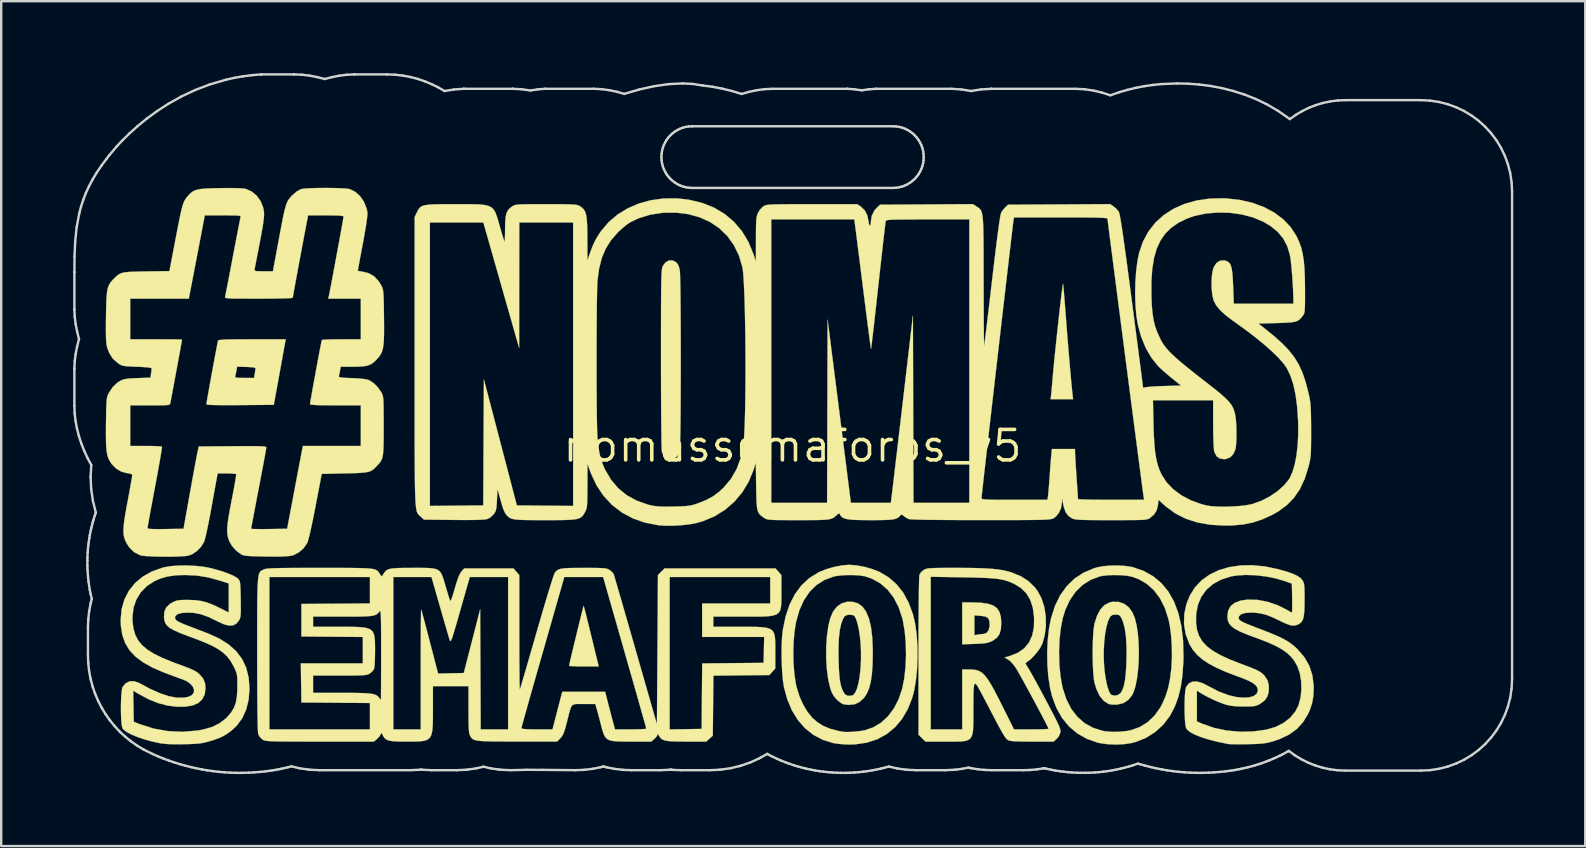
<source format=kicad_pcb>
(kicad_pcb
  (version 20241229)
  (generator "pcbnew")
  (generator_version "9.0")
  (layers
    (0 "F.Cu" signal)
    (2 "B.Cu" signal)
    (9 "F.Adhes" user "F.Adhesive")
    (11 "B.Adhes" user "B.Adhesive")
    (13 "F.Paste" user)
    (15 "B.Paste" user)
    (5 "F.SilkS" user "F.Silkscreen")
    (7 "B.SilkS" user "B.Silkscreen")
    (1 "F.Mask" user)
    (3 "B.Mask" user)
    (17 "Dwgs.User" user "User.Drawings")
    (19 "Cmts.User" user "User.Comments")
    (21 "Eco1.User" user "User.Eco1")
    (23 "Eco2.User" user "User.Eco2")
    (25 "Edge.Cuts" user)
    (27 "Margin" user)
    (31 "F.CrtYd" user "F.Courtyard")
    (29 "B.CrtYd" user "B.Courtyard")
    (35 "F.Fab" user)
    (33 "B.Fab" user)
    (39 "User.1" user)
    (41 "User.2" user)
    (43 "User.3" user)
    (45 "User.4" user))
  (footprint "nomassemaforos_v5"
    (layer "F.Cu")
    (at 29.977 15.534)
    (property "Reference" "nomassemaforos_v5" (at 0 0 0) (layer "F.SilkS") (effects (font (size 1.27 1.27) (thickness 0.15))))
    (attr through_hole)
    (fp_poly (pts (xy -1.99 5.428) (xy -1.679 5.429) (xy -1.419 5.431) (xy -1.217 5.434) (xy -1.083 5.437) (xy -1.025 5.441) (xy -0.986 5.453) (xy -0.96 5.477) (xy -0.944 5.526) (xy -0.937 5.615) (xy -0.936 5.758) (xy -0.94 5.968) (xy -0.941 6.023) (xy -0.953 6.583) (xy -2.36 6.594) (xy -3.768 6.605) (xy -3.768 7.916) (xy -2.741 7.924) (xy -2.439 7.926) (xy -2.152 7.926) (xy -1.894 7.926) (xy -1.682 7.925) (xy -1.53 7.922) (xy -1.476 7.92) (xy -1.341 7.921) (xy -1.243 7.935) (xy -1.211 7.952) (xy -1.193 8.021) (xy -1.177 8.152) (xy -1.166 8.321) (xy -1.159 8.505) (xy -1.158 8.682) (xy -1.163 8.827) (xy -1.169 8.879) (xy -1.195 9.059) (xy -3.766 9.059) (xy -3.789 11.79) (xy -4.456 11.801) (xy -4.724 11.804) (xy -4.916 11.802) (xy -5.044 11.794) (xy -5.117 11.78) (xy -5.145 11.759) (xy -5.148 11.709) (xy -5.151 11.581) (xy -5.153 11.382) (xy -5.155 11.118) (xy -5.156 10.797) (xy -5.157 10.424) (xy -5.157 10.008) (xy -5.157 9.554) (xy -5.156 9.069) (xy -5.154 8.572) (xy -5.144 5.44) (xy -3.133 5.43) (xy -2.725 5.428) (xy -2.341 5.427) (xy -1.99 5.428)) (stroke (width 0.01) (type solid)) (fill yes) (layer "F.Mask"))
    (fp_poly (pts (xy -18.447 5.432) (xy -18.168 5.435) (xy -17.953 5.44) (xy -17.796 5.447) (xy -17.692 5.455) (xy -17.636 5.466) (xy -17.623 5.474) (xy -17.605 5.543) (xy -17.591 5.675) (xy -17.583 5.847) (xy -17.58 6.037) (xy -17.583 6.223) (xy -17.593 6.382) (xy -17.596 6.403) (xy -17.619 6.604) (xy -20.447 6.604) (xy -20.447 7.916) (xy -19.442 7.924) (xy -19.144 7.926) (xy -18.861 7.927) (xy -18.609 7.926) (xy -18.403 7.925) (xy -18.258 7.922) (xy -18.212 7.92) (xy -18.079 7.917) (xy -17.985 7.931) (xy -17.923 7.975) (xy -17.887 8.062) (xy -17.87 8.202) (xy -17.865 8.41) (xy -17.865 8.535) (xy -17.865 9.059) (xy -20.447 9.059) (xy -20.447 10.717) (xy -19.05 10.706) (xy -18.715 10.704) (xy -18.407 10.704) (xy -18.137 10.705) (xy -17.915 10.706) (xy -17.75 10.709) (xy -17.654 10.714) (xy -17.633 10.717) (xy -17.617 10.772) (xy -17.603 10.889) (xy -17.593 11.047) (xy -17.586 11.224) (xy -17.583 11.397) (xy -17.586 11.545) (xy -17.594 11.631) (xy -17.62 11.811) (xy -19.691 11.811) (xy -20.185 11.811) (xy -20.6 11.809) (xy -20.942 11.807) (xy -21.216 11.803) (xy -21.429 11.797) (xy -21.587 11.791) (xy -21.694 11.782) (xy -21.757 11.771) (xy -21.782 11.759) (xy -21.782 11.758) (xy -21.785 11.708) (xy -21.788 11.58) (xy -21.79 11.381) (xy -21.792 11.118) (xy -21.793 10.796) (xy -21.794 10.424) (xy -21.794 10.008) (xy -21.794 9.554) (xy -21.793 9.069) (xy -21.791 8.572) (xy -21.78 5.44) (xy -19.718 5.432) (xy -19.216 5.43) (xy -18.795 5.43) (xy -18.447 5.432)) (stroke (width 0.01) (type solid)) (fill yes) (layer "F.Mask"))
    (fp_poly (pts (xy 13.669 5.355) (xy 14.105 5.437) (xy 14.491 5.583) (xy 14.827 5.795) (xy 15.115 6.075) (xy 15.356 6.423) (xy 15.551 6.841) (xy 15.701 7.33) (xy 15.755 7.578) (xy 15.783 7.786) (xy 15.801 8.058) (xy 15.809 8.373) (xy 15.807 8.71) (xy 15.797 9.049) (xy 15.778 9.37) (xy 15.75 9.651) (xy 15.716 9.869) (xy 15.598 10.298) (xy 15.434 10.693) (xy 15.232 11.042) (xy 14.999 11.334) (xy 14.742 11.555) (xy 14.726 11.566) (xy 14.419 11.727) (xy 14.062 11.842) (xy 13.679 11.909) (xy 13.294 11.923) (xy 12.932 11.879) (xy 12.912 11.875) (xy 12.513 11.746) (xy 12.166 11.551) (xy 11.868 11.289) (xy 11.616 10.956) (xy 11.474 10.697) (xy 11.315 10.29) (xy 11.198 9.828) (xy 11.123 9.328) (xy 11.091 8.804) (xy 11.094 8.605) (xy 12.514 8.605) (xy 12.524 8.98) (xy 12.546 9.342) (xy 12.58 9.673) (xy 12.625 9.953) (xy 12.665 10.118) (xy 12.77 10.351) (xy 12.927 10.544) (xy 13.12 10.686) (xy 13.334 10.765) (xy 13.547 10.772) (xy 13.679 10.747) (xy 13.784 10.717) (xy 13.808 10.707) (xy 13.913 10.623) (xy 14.031 10.487) (xy 14.142 10.328) (xy 14.224 10.172) (xy 14.243 10.122) (xy 14.312 9.851) (xy 14.361 9.524) (xy 14.393 9.156) (xy 14.406 8.766) (xy 14.401 8.369) (xy 14.379 7.983) (xy 14.339 7.626) (xy 14.282 7.313) (xy 14.209 7.062) (xy 14.187 7.009) (xy 14.077 6.832) (xy 13.925 6.678) (xy 13.755 6.571) (xy 13.651 6.537) (xy 13.428 6.522) (xy 13.21 6.553) (xy 13.03 6.624) (xy 13.002 6.642) (xy 12.88 6.768) (xy 12.765 6.959) (xy 12.666 7.196) (xy 12.592 7.457) (xy 12.566 7.599) (xy 12.534 7.895) (xy 12.517 8.237) (xy 12.514 8.605) (xy 11.094 8.605) (xy 11.1 8.274) (xy 11.151 7.754) (xy 11.243 7.26) (xy 11.376 6.808) (xy 11.55 6.415) (xy 11.765 6.101) (xy 12.043 5.833) (xy 12.371 5.617) (xy 12.736 5.46) (xy 13.126 5.367) (xy 13.527 5.345) (xy 13.669 5.355)) (stroke (width 0.01) (type solid)) (fill yes) (layer "F.Mask"))
    (fp_poly (pts (xy 2.685 5.365) (xy 2.72 5.37) (xy 3.141 5.468) (xy 3.514 5.635) (xy 3.838 5.871) (xy 4.113 6.177) (xy 4.34 6.551) (xy 4.518 6.994) (xy 4.647 7.507) (xy 4.702 7.859) (xy 4.723 8.117) (xy 4.733 8.43) (xy 4.73 8.772) (xy 4.716 9.118) (xy 4.693 9.443) (xy 4.66 9.723) (xy 4.639 9.842) (xy 4.508 10.335) (xy 4.328 10.764) (xy 4.099 11.129) (xy 3.824 11.427) (xy 3.504 11.655) (xy 3.142 11.812) (xy 3.135 11.814) (xy 2.858 11.877) (xy 2.544 11.913) (xy 2.225 11.92) (xy 1.937 11.896) (xy 1.832 11.877) (xy 1.537 11.783) (xy 1.244 11.643) (xy 0.981 11.472) (xy 0.781 11.292) (xy 0.618 11.076) (xy 0.459 10.803) (xy 0.317 10.498) (xy 0.206 10.19) (xy 0.172 10.069) (xy 0.076 9.577) (xy 0.023 9.051) (xy 0.013 8.511) (xy 0.022 8.365) (xy 1.447 8.365) (xy 1.449 8.906) (xy 1.449 8.907) (xy 1.457 9.198) (xy 1.467 9.421) (xy 1.479 9.593) (xy 1.497 9.731) (xy 1.521 9.851) (xy 1.555 9.97) (xy 1.582 10.054) (xy 1.66 10.269) (xy 1.735 10.422) (xy 1.82 10.533) (xy 1.929 10.624) (xy 1.96 10.645) (xy 2.187 10.748) (xy 2.427 10.768) (xy 2.683 10.705) (xy 2.747 10.677) (xy 2.884 10.575) (xy 3.017 10.406) (xy 3.134 10.188) (xy 3.208 9.991) (xy 3.236 9.853) (xy 3.258 9.647) (xy 3.274 9.387) (xy 3.284 9.089) (xy 3.288 8.769) (xy 3.287 8.442) (xy 3.28 8.124) (xy 3.268 7.831) (xy 3.249 7.577) (xy 3.225 7.379) (xy 3.205 7.281) (xy 3.097 7.001) (xy 2.945 6.778) (xy 2.759 6.62) (xy 2.543 6.534) (xy 2.405 6.519) (xy 2.176 6.544) (xy 1.981 6.619) (xy 1.818 6.75) (xy 1.688 6.94) (xy 1.586 7.193) (xy 1.513 7.512) (xy 1.467 7.901) (xy 1.447 8.365) (xy 0.022 8.365) (xy 0.045 7.977) (xy 0.118 7.467) (xy 0.231 7.002) (xy 0.318 6.752) (xy 0.517 6.353) (xy 0.772 6.016) (xy 1.077 5.743) (xy 1.427 5.539) (xy 1.815 5.405) (xy 2.236 5.346) (xy 2.685 5.365)) (stroke (width 0.01) (type solid)) (fill yes) (layer "F.Mask"))
    (fp_poly (pts (xy -9.586 -9.326) (xy -9.4 -9.325) (xy -9.276 -9.322) (xy -9.239 -9.319) (xy -9.102 -9.304) (xy -9.102 2.454) (xy -9.2 2.478) (xy -9.267 2.485) (xy -9.402 2.489) (xy -9.59 2.491) (xy -9.819 2.492) (xy -10.075 2.492) (xy -10.345 2.49) (xy -10.614 2.486) (xy -10.87 2.482) (xy -11.098 2.477) (xy -11.285 2.471) (xy -11.418 2.464) (xy -11.483 2.457) (xy -11.486 2.455) (xy -11.502 2.41) (xy -11.536 2.294) (xy -11.586 2.118) (xy -11.647 1.893) (xy -11.717 1.63) (xy -11.789 1.355) (xy -11.982 0.616) (xy -12.154 -0.041) (xy -12.305 -0.619) (xy -12.436 -1.117) (xy -12.546 -1.537) (xy -12.637 -1.879) (xy -12.707 -2.145) (xy -12.759 -2.336) (xy -12.791 -2.452) (xy -12.798 -2.477) (xy -12.809 -2.498) (xy -12.818 -2.484) (xy -12.826 -2.429) (xy -12.834 -2.327) (xy -12.84 -2.175) (xy -12.846 -1.966) (xy -12.852 -1.695) (xy -12.857 -1.359) (xy -12.861 -0.952) (xy -12.866 -0.468) (xy -12.869 -0.085) (xy -12.89 2.477) (xy -13.97 2.484) (xy -14.266 2.485) (xy -14.535 2.485) (xy -14.765 2.483) (xy -14.945 2.479) (xy -15.062 2.475) (xy -15.102 2.47) (xy -15.11 2.451) (xy -15.117 2.4) (xy -15.123 2.311) (xy -15.129 2.183) (xy -15.134 2.01) (xy -15.138 1.791) (xy -15.142 1.521) (xy -15.145 1.196) (xy -15.148 0.814) (xy -15.15 0.37) (xy -15.152 -0.138) (xy -15.153 -0.715) (xy -15.154 -1.363) (xy -15.155 -2.087) (xy -15.155 -2.89) (xy -15.155 -3.433) (xy -15.155 -9.313) (xy -15.039 -9.316) (xy -14.865 -9.318) (xy -14.646 -9.319) (xy -14.397 -9.319) (xy -14.129 -9.319) (xy -13.858 -9.318) (xy -13.596 -9.316) (xy -13.356 -9.313) (xy -13.152 -9.311) (xy -12.998 -9.307) (xy -12.906 -9.304) (xy -12.886 -9.301) (xy -12.871 -9.259) (xy -12.836 -9.142) (xy -12.782 -8.957) (xy -12.71 -8.713) (xy -12.624 -8.415) (xy -12.525 -8.071) (xy -12.416 -7.687) (xy -12.297 -7.272) (xy -12.172 -6.832) (xy -12.166 -6.812) (xy -12.04 -6.369) (xy -11.92 -5.95) (xy -11.808 -5.561) (xy -11.706 -5.21) (xy -11.617 -4.904) (xy -11.543 -4.65) (xy -11.485 -4.456) (xy -11.445 -4.329) (xy -11.427 -4.276) (xy -11.427 -4.276) (xy -11.42 -4.305) (xy -11.414 -4.412) (xy -11.408 -4.592) (xy -11.402 -4.837) (xy -11.398 -5.142) (xy -11.394 -5.501) (xy -11.391 -5.906) (xy -11.39 -6.353) (xy -11.389 -6.761) (xy -11.388 -9.309) (xy -10.382 -9.322) (xy -10.091 -9.325) (xy -9.821 -9.326) (xy -9.586 -9.326)) (stroke (width 0.01) (type solid)) (fill yes) (layer "F.Mask"))
    (fp_poly (pts (xy -25.358 5.364) (xy -24.834 5.391) (xy -24.339 5.468) (xy -23.891 5.591) (xy -23.77 5.636) (xy -23.516 5.736) (xy -23.489 5.969) (xy -23.477 6.104) (xy -23.467 6.272) (xy -23.46 6.455) (xy -23.457 6.633) (xy -23.456 6.786) (xy -23.46 6.896) (xy -23.469 6.942) (xy -23.47 6.943) (xy -23.513 6.926) (xy -23.614 6.88) (xy -23.756 6.813) (xy -23.84 6.774) (xy -24.296 6.588) (xy -24.734 6.477) (xy -25.167 6.439) (xy -25.287 6.441) (xy -25.6 6.472) (xy -25.84 6.539) (xy -26.011 6.647) (xy -26.118 6.798) (xy -26.165 6.995) (xy -26.168 7.067) (xy -26.16 7.205) (xy -26.127 7.324) (xy -26.062 7.43) (xy -25.956 7.53) (xy -25.801 7.631) (xy -25.589 7.739) (xy -25.312 7.86) (xy -25.009 7.982) (xy -24.597 8.151) (xy -24.259 8.304) (xy -23.984 8.448) (xy -23.765 8.589) (xy -23.592 8.731) (xy -23.456 8.88) (xy -23.382 8.986) (xy -23.223 9.31) (xy -23.128 9.665) (xy -23.097 10.033) (xy -23.129 10.399) (xy -23.223 10.748) (xy -23.378 11.063) (xy -23.537 11.273) (xy -23.763 11.482) (xy -24.022 11.643) (xy -24.333 11.768) (xy -24.497 11.815) (xy -24.738 11.863) (xy -25.034 11.897) (xy -25.355 11.918) (xy -25.671 11.923) (xy -25.953 11.91) (xy -26.098 11.894) (xy -26.366 11.843) (xy -26.664 11.772) (xy -26.955 11.69) (xy -27.206 11.607) (xy -27.262 11.586) (xy -27.495 11.493) (xy -27.507 10.903) (xy -27.51 10.684) (xy -27.51 10.494) (xy -27.506 10.349) (xy -27.5 10.267) (xy -27.498 10.257) (xy -27.464 10.242) (xy -27.382 10.263) (xy -27.243 10.322) (xy -27.063 10.41) (xy -26.617 10.614) (xy -26.212 10.755) (xy -25.837 10.835) (xy -25.48 10.856) (xy -25.209 10.834) (xy -24.966 10.786) (xy -24.789 10.712) (xy -24.659 10.603) (xy -24.561 10.455) (xy -24.489 10.24) (xy -24.476 10.01) (xy -24.522 9.792) (xy -24.591 9.658) (xy -24.692 9.557) (xy -24.859 9.445) (xy -25.096 9.32) (xy -25.407 9.181) (xy -25.766 9.036) (xy -26.209 8.854) (xy -26.573 8.676) (xy -26.866 8.498) (xy -27.093 8.316) (xy -27.263 8.125) (xy -27.379 7.921) (xy -27.395 7.882) (xy -27.457 7.657) (xy -27.49 7.383) (xy -27.496 7.092) (xy -27.474 6.815) (xy -27.422 6.584) (xy -27.419 6.576) (xy -27.259 6.242) (xy -27.03 5.956) (xy -26.732 5.719) (xy -26.366 5.531) (xy -26.221 5.477) (xy -26.066 5.427) (xy -25.93 5.394) (xy -25.788 5.374) (xy -25.616 5.365) (xy -25.387 5.364) (xy -25.358 5.364)) (stroke (width 0.01) (type solid)) (fill yes) (layer "F.Mask"))
    (fp_poly (pts (xy 19.249 5.392) (xy 19.628 5.429) (xy 19.997 5.487) (xy 20.331 5.566) (xy 20.572 5.647) (xy 20.807 5.741) (xy 20.835 6.056) (xy 20.846 6.241) (xy 20.847 6.433) (xy 20.84 6.613) (xy 20.826 6.764) (xy 20.806 6.865) (xy 20.783 6.9) (xy 20.732 6.883) (xy 20.625 6.837) (xy 20.48 6.769) (xy 20.403 6.733) (xy 20.022 6.574) (xy 19.651 6.479) (xy 19.261 6.441) (xy 18.98 6.444) (xy 18.763 6.456) (xy 18.613 6.475) (xy 18.51 6.501) (xy 18.435 6.54) (xy 18.426 6.547) (xy 18.265 6.696) (xy 18.175 6.86) (xy 18.143 7.062) (xy 18.142 7.088) (xy 18.148 7.234) (xy 18.176 7.334) (xy 18.241 7.423) (xy 18.267 7.451) (xy 18.405 7.563) (xy 18.62 7.688) (xy 18.912 7.826) (xy 19.285 7.978) (xy 19.452 8.042) (xy 19.86 8.207) (xy 20.194 8.371) (xy 20.466 8.543) (xy 20.685 8.73) (xy 20.863 8.941) (xy 21.01 9.183) (xy 21.029 9.221) (xy 21.111 9.399) (xy 21.16 9.549) (xy 21.188 9.711) (xy 21.201 9.893) (xy 21.195 10.291) (xy 21.129 10.636) (xy 20.999 10.941) (xy 20.801 11.216) (xy 20.673 11.348) (xy 20.427 11.547) (xy 20.156 11.695) (xy 19.841 11.801) (xy 19.466 11.873) (xy 19.447 11.875) (xy 19.098 11.914) (xy 18.802 11.929) (xy 18.531 11.921) (xy 18.283 11.893) (xy 17.641 11.759) (xy 17.146 11.597) (xy 16.806 11.466) (xy 16.807 10.93) (xy 16.807 10.66) (xy 16.811 10.467) (xy 16.827 10.343) (xy 16.864 10.28) (xy 16.929 10.27) (xy 17.031 10.304) (xy 17.178 10.376) (xy 17.307 10.441) (xy 17.736 10.634) (xy 18.135 10.763) (xy 18.526 10.834) (xy 18.817 10.852) (xy 19.011 10.852) (xy 19.151 10.842) (xy 19.266 10.815) (xy 19.386 10.765) (xy 19.446 10.737) (xy 19.598 10.653) (xy 19.694 10.571) (xy 19.761 10.467) (xy 19.773 10.44) (xy 19.844 10.189) (xy 19.832 9.937) (xy 19.759 9.736) (xy 19.687 9.623) (xy 19.583 9.519) (xy 19.439 9.418) (xy 19.243 9.313) (xy 18.986 9.199) (xy 18.659 9.07) (xy 18.628 9.058) (xy 18.197 8.886) (xy 17.842 8.722) (xy 17.554 8.56) (xy 17.326 8.394) (xy 17.149 8.218) (xy 17.015 8.028) (xy 16.93 7.852) (xy 16.86 7.593) (xy 16.827 7.291) (xy 16.832 6.977) (xy 16.876 6.684) (xy 16.929 6.507) (xy 17.088 6.214) (xy 17.316 5.95) (xy 17.601 5.724) (xy 17.931 5.548) (xy 18.271 5.436) (xy 18.548 5.394) (xy 18.882 5.38) (xy 19.249 5.392)) (stroke (width 0.01) (type solid)) (fill yes) (layer "F.Mask"))
    (fp_poly (pts (xy -8.012 5.442) (xy -7.965 5.447) (xy -7.915 5.483) (xy -7.866 5.572) (xy -7.811 5.726) (xy -7.778 5.835) (xy -7.542 6.653) (xy -7.329 7.394) (xy -7.137 8.06) (xy -6.966 8.657) (xy -6.814 9.187) (xy -6.681 9.655) (xy -6.565 10.065) (xy -6.466 10.419) (xy -6.382 10.722) (xy -6.312 10.978) (xy -6.255 11.191) (xy -6.211 11.363) (xy -6.178 11.5) (xy -6.155 11.604) (xy -6.141 11.679) (xy -6.135 11.73) (xy -6.136 11.76) (xy -6.143 11.772) (xy -6.205 11.786) (xy -6.335 11.798) (xy -6.514 11.806) (xy -6.726 11.81) (xy -6.786 11.81) (xy -7.37 11.811) (xy -7.428 11.673) (xy -7.463 11.573) (xy -7.512 11.417) (xy -7.566 11.229) (xy -7.597 11.113) (xy -7.653 10.905) (xy -7.708 10.7) (xy -7.755 10.53) (xy -7.772 10.466) (xy -7.835 10.243) (xy -8.711 10.254) (xy -9.588 10.266) (xy -9.78 10.999) (xy -9.849 11.248) (xy -9.913 11.463) (xy -9.969 11.63) (xy -10.012 11.737) (xy -10.035 11.771) (xy -10.098 11.785) (xy -10.228 11.797) (xy -10.409 11.805) (xy -10.623 11.81) (xy -10.7 11.81) (xy -10.939 11.81) (xy -11.107 11.806) (xy -11.214 11.797) (xy -11.275 11.783) (xy -11.3 11.761) (xy -11.303 11.743) (xy -11.292 11.697) (xy -11.259 11.576) (xy -11.208 11.39) (xy -11.14 11.144) (xy -11.057 10.848) (xy -10.962 10.509) (xy -10.856 10.135) (xy -10.742 9.732) (xy -10.623 9.309) (xy -10.588 9.186) (xy -9.282 9.186) (xy -8.119 9.186) (xy -8.146 9.028) (xy -8.164 8.944) (xy -8.198 8.791) (xy -8.247 8.582) (xy -8.307 8.329) (xy -8.375 8.047) (xy -8.436 7.797) (xy -8.526 7.435) (xy -8.601 7.153) (xy -8.659 6.952) (xy -8.7 6.834) (xy -8.725 6.797) (xy -8.73 6.802) (xy -8.749 6.867) (xy -8.784 7.001) (xy -8.831 7.189) (xy -8.888 7.418) (xy -8.949 7.673) (xy -9.013 7.942) (xy -9.076 8.209) (xy -9.134 8.461) (xy -9.184 8.683) (xy -9.224 8.863) (xy -9.249 8.985) (xy -9.254 9.015) (xy -9.282 9.186) (xy -10.588 9.186) (xy -10.499 8.873) (xy -10.374 8.433) (xy -10.249 7.995) (xy -10.128 7.567) (xy -10.01 7.158) (xy -9.901 6.773) (xy -9.8 6.422) (xy -9.71 6.112) (xy -9.635 5.851) (xy -9.574 5.645) (xy -9.544 5.541) (xy -9.525 5.516) (xy -9.479 5.497) (xy -9.394 5.482) (xy -9.259 5.47) (xy -9.062 5.46) (xy -8.792 5.45) (xy -8.784 5.45) (xy -8.538 5.443) (xy -8.316 5.44) (xy -8.136 5.439) (xy -8.012 5.442)) (stroke (width 0.01) (type solid)) (fill yes) (layer "F.Mask"))
    (fp_poly (pts (xy -12.601 5.421) (xy -12.382 5.425) (xy -12.186 5.432) (xy -12.03 5.442) (xy -11.933 5.456) (xy -11.92 5.46) (xy -11.811 5.501) (xy -11.811 8.588) (xy -11.811 9.175) (xy -11.811 9.683) (xy -11.812 10.118) (xy -11.814 10.486) (xy -11.816 10.793) (xy -11.819 11.045) (xy -11.823 11.246) (xy -11.828 11.404) (xy -11.834 11.525) (xy -11.842 11.613) (xy -11.851 11.674) (xy -11.862 11.716) (xy -11.874 11.743) (xy -11.885 11.757) (xy -11.923 11.792) (xy -11.974 11.814) (xy -12.053 11.826) (xy -12.177 11.829) (xy -12.362 11.825) (xy -12.478 11.821) (xy -12.996 11.802) (xy -13.002 10.23) (xy -13.004 9.828) (xy -13.007 9.415) (xy -13.012 9.006) (xy -13.017 8.62) (xy -13.023 8.274) (xy -13.029 7.983) (xy -13.034 7.832) (xy -13.06 7.006) (xy -13.312 8.001) (xy -13.386 8.294) (xy -13.458 8.573) (xy -13.524 8.823) (xy -13.579 9.029) (xy -13.62 9.177) (xy -13.635 9.229) (xy -13.706 9.461) (xy -14.209 9.472) (xy -14.409 9.474) (xy -14.579 9.47) (xy -14.701 9.462) (xy -14.756 9.451) (xy -14.777 9.403) (xy -14.817 9.284) (xy -14.871 9.104) (xy -14.937 8.873) (xy -15.012 8.602) (xy -15.092 8.301) (xy -15.116 8.213) (xy -15.431 7.006) (xy -15.46 7.535) (xy -15.466 7.694) (xy -15.472 7.925) (xy -15.477 8.216) (xy -15.481 8.554) (xy -15.484 8.929) (xy -15.486 9.326) (xy -15.486 9.735) (xy -15.486 9.895) (xy -15.485 10.354) (xy -15.486 10.736) (xy -15.488 11.047) (xy -15.492 11.295) (xy -15.5 11.487) (xy -15.511 11.629) (xy -15.526 11.729) (xy -15.546 11.793) (xy -15.571 11.83) (xy -15.602 11.845) (xy -15.64 11.847) (xy -15.658 11.845) (xy -15.727 11.84) (xy -15.86 11.831) (xy -16.036 11.821) (xy -16.192 11.813) (xy -16.658 11.79) (xy -16.658 5.44) (xy -15.868 5.44) (xy -15.618 5.441) (xy -15.397 5.445) (xy -15.221 5.45) (xy -15.101 5.457) (xy -15.053 5.464) (xy -15.053 5.464) (xy -15.041 5.493) (xy -15.015 5.568) (xy -14.976 5.693) (xy -14.921 5.873) (xy -14.85 6.113) (xy -14.761 6.415) (xy -14.653 6.784) (xy -14.524 7.225) (xy -14.374 7.742) (xy -14.302 7.99) (xy -14.271 8.083) (xy -14.249 8.127) (xy -14.247 8.128) (xy -14.238 8.116) (xy -14.221 8.075) (xy -14.196 7.999) (xy -14.158 7.88) (xy -14.108 7.712) (xy -14.041 7.489) (xy -13.958 7.202) (xy -13.854 6.847) (xy -13.76 6.521) (xy -13.677 6.238) (xy -13.598 5.982) (xy -13.528 5.764) (xy -13.47 5.596) (xy -13.428 5.488) (xy -13.409 5.453) (xy -13.345 5.44) (xy -13.214 5.43) (xy -13.035 5.423) (xy -12.824 5.42) (xy -12.601 5.421)) (stroke (width 0.01) (type solid)) (fill yes) (layer "F.Mask"))
    (fp_poly (pts (xy 2.598 -9.303) (xy 2.607 -9.236) (xy 2.626 -9.093) (xy 2.654 -8.883) (xy 2.689 -8.612) (xy 2.73 -8.29) (xy 2.776 -7.923) (xy 2.827 -7.521) (xy 2.881 -7.091) (xy 2.92 -6.773) (xy 2.976 -6.33) (xy 3.029 -5.909) (xy 3.079 -5.52) (xy 3.124 -5.169) (xy 3.164 -4.865) (xy 3.197 -4.615) (xy 3.223 -4.428) (xy 3.24 -4.312) (xy 3.246 -4.276) (xy 3.253 -4.25) (xy 3.259 -4.232) (xy 3.265 -4.226) (xy 3.272 -4.238) (xy 3.281 -4.274) (xy 3.292 -4.34) (xy 3.306 -4.44) (xy 3.324 -4.582) (xy 3.347 -4.77) (xy 3.375 -5.01) (xy 3.409 -5.307) (xy 3.449 -5.668) (xy 3.498 -6.099) (xy 3.554 -6.603) (xy 3.597 -6.985) (xy 3.645 -7.42) (xy 3.692 -7.83) (xy 3.735 -8.209) (xy 3.775 -8.548) (xy 3.809 -8.839) (xy 3.838 -9.074) (xy 3.859 -9.245) (xy 3.873 -9.345) (xy 3.877 -9.366) (xy 3.888 -9.385) (xy 3.911 -9.4) (xy 3.956 -9.412) (xy 4.03 -9.421) (xy 4.139 -9.428) (xy 4.293 -9.433) (xy 4.499 -9.437) (xy 4.764 -9.439) (xy 5.096 -9.44) (xy 5.503 -9.44) (xy 5.633 -9.44) (xy 7.365 -9.44) (xy 7.376 -3.694) (xy 7.377 -3) (xy 7.378 -2.328) (xy 7.379 -1.683) (xy 7.379 -1.07) (xy 7.38 -0.493) (xy 7.38 0.042) (xy 7.379 0.53) (xy 7.379 0.966) (xy 7.378 1.346) (xy 7.377 1.663) (xy 7.376 1.913) (xy 7.375 2.092) (xy 7.373 2.193) (xy 7.372 2.213) (xy 7.357 2.372) (xy 5.016 2.349) (xy 4.995 -1.311) (xy 4.974 -4.972) (xy 4.559 -1.396) (xy 4.495 -0.853) (xy 4.435 -0.333) (xy 4.377 0.158) (xy 4.324 0.614) (xy 4.275 1.027) (xy 4.232 1.393) (xy 4.195 1.704) (xy 4.164 1.954) (xy 4.142 2.137) (xy 4.128 2.246) (xy 4.124 2.275) (xy 4.115 2.308) (xy 4.097 2.332) (xy 4.058 2.349) (xy 3.987 2.36) (xy 3.873 2.367) (xy 3.705 2.37) (xy 3.47 2.371) (xy 3.265 2.371) (xy 2.426 2.371) (xy 2.359 1.873) (xy 2.343 1.749) (xy 2.317 1.549) (xy 2.283 1.281) (xy 2.24 0.952) (xy 2.192 0.572) (xy 2.138 0.148) (xy 2.079 -0.312) (xy 2.017 -0.801) (xy 1.952 -1.309) (xy 1.898 -1.736) (xy 1.503 -4.847) (xy 1.481 -1.249) (xy 1.478 -0.705) (xy 1.474 -0.185) (xy 1.471 0.303) (xy 1.467 0.754) (xy 1.464 1.163) (xy 1.461 1.521) (xy 1.458 1.824) (xy 1.455 2.066) (xy 1.453 2.239) (xy 1.451 2.338) (xy 1.449 2.36) (xy 1.406 2.363) (xy 1.289 2.365) (xy 1.109 2.367) (xy 0.878 2.369) (xy 0.605 2.37) (xy 0.303 2.371) (xy 0.275 2.371) (xy -0.889 2.371) (xy -0.889 -9.44) (xy 2.573 -9.44) (xy 2.598 -9.303)) (stroke (width 0.01) (type solid)) (fill yes) (layer "F.Mask"))
    (fp_poly (pts (xy 6.022 5.42) (xy 6.152 5.422) (xy 6.35 5.427) (xy 6.6 5.435) (xy 6.887 5.444) (xy 7.194 5.455) (xy 7.387 5.462) (xy 7.841 5.482) (xy 8.219 5.507) (xy 8.534 5.54) (xy 8.794 5.582) (xy 9.011 5.637) (xy 9.193 5.708) (xy 9.352 5.796) (xy 9.498 5.905) (xy 9.635 6.032) (xy 9.793 6.209) (xy 9.908 6.391) (xy 9.985 6.594) (xy 10.03 6.837) (xy 10.05 7.138) (xy 10.052 7.281) (xy 10.052 7.51) (xy 10.046 7.674) (xy 10.032 7.794) (xy 10.007 7.89) (xy 9.969 7.984) (xy 9.952 8.019) (xy 9.779 8.281) (xy 9.545 8.507) (xy 9.27 8.681) (xy 9 8.781) (xy 8.877 8.81) (xy 9.007 8.903) (xy 9.08 8.968) (xy 9.167 9.072) (xy 9.272 9.22) (xy 9.398 9.419) (xy 9.549 9.673) (xy 9.727 9.989) (xy 9.938 10.372) (xy 10.07 10.616) (xy 10.24 10.932) (xy 10.373 11.181) (xy 10.473 11.373) (xy 10.543 11.515) (xy 10.587 11.617) (xy 10.609 11.685) (xy 10.612 11.728) (xy 10.6 11.755) (xy 10.577 11.773) (xy 10.517 11.786) (xy 10.387 11.797) (xy 10.206 11.805) (xy 9.99 11.81) (xy 9.878 11.81) (xy 9.236 11.811) (xy 8.8 10.955) (xy 8.588 10.547) (xy 8.406 10.21) (xy 8.25 9.94) (xy 8.117 9.731) (xy 8.003 9.577) (xy 7.905 9.472) (xy 7.823 9.414) (xy 7.655 9.36) (xy 7.417 9.338) (xy 7.387 9.338) (xy 7.091 9.335) (xy 7.085 10.528) (xy 7.082 10.838) (xy 7.078 11.122) (xy 7.072 11.368) (xy 7.066 11.564) (xy 7.059 11.699) (xy 7.051 11.763) (xy 7.05 11.766) (xy 7.001 11.781) (xy 6.885 11.793) (xy 6.721 11.803) (xy 6.528 11.809) (xy 6.322 11.812) (xy 6.123 11.811) (xy 5.949 11.807) (xy 5.818 11.799) (xy 5.748 11.786) (xy 5.743 11.783) (xy 5.739 11.737) (xy 5.734 11.613) (xy 5.73 11.418) (xy 5.727 11.158) (xy 5.723 10.839) (xy 5.721 10.47) (xy 5.718 10.055) (xy 5.716 9.602) (xy 5.715 9.118) (xy 5.715 8.608) (xy 5.715 7.38) (xy 7.07 7.38) (xy 7.071 7.635) (xy 7.074 7.86) (xy 7.079 8.041) (xy 7.085 8.166) (xy 7.093 8.221) (xy 7.093 8.222) (xy 7.147 8.233) (xy 7.264 8.235) (xy 7.426 8.232) (xy 7.611 8.222) (xy 7.799 8.209) (xy 7.971 8.193) (xy 8.106 8.174) (xy 8.17 8.16) (xy 8.357 8.085) (xy 8.487 7.979) (xy 8.588 7.822) (xy 8.595 7.808) (xy 8.67 7.579) (xy 8.689 7.335) (xy 8.657 7.098) (xy 8.575 6.891) (xy 8.476 6.763) (xy 8.366 6.681) (xy 8.227 6.623) (xy 8.044 6.586) (xy 7.804 6.567) (xy 7.546 6.562) (xy 7.07 6.562) (xy 7.07 7.38) (xy 5.715 7.38) (xy 5.715 5.419) (xy 6.022 5.42)) (stroke (width 0.01) (type solid)) (fill yes) (layer "F.Mask"))
    (fp_poly (pts (xy 18.175 -9.724) (xy 18.554 -9.69) (xy 18.887 -9.629) (xy 18.932 -9.618) (xy 19.32 -9.486) (xy 19.681 -9.31) (xy 20.003 -9.1) (xy 20.273 -8.864) (xy 20.479 -8.612) (xy 20.567 -8.454) (xy 20.661 -8.194) (xy 20.74 -7.86) (xy 20.801 -7.463) (xy 20.843 -7.012) (xy 20.866 -6.518) (xy 20.869 -6.276) (xy 20.87 -5.927) (xy 18.385 -5.927) (xy 18.358 -6.187) (xy 18.344 -6.363) (xy 18.334 -6.578) (xy 18.33 -6.787) (xy 18.33 -6.795) (xy 18.324 -7.104) (xy 18.301 -7.339) (xy 18.259 -7.508) (xy 18.193 -7.619) (xy 18.101 -7.681) (xy 17.978 -7.704) (xy 17.95 -7.705) (xy 17.794 -7.684) (xy 17.674 -7.617) (xy 17.587 -7.496) (xy 17.529 -7.314) (xy 17.497 -7.064) (xy 17.487 -6.752) (xy 17.495 -6.456) (xy 17.525 -6.222) (xy 17.582 -6.031) (xy 17.669 -5.861) (xy 17.697 -5.818) (xy 17.738 -5.76) (xy 17.782 -5.706) (xy 17.835 -5.65) (xy 17.906 -5.585) (xy 18.002 -5.504) (xy 18.132 -5.402) (xy 18.302 -5.271) (xy 18.522 -5.106) (xy 18.798 -4.901) (xy 18.957 -4.782) (xy 19.411 -4.435) (xy 19.795 -4.117) (xy 20.114 -3.815) (xy 20.376 -3.522) (xy 20.586 -3.225) (xy 20.749 -2.916) (xy 20.872 -2.583) (xy 20.96 -2.217) (xy 21.02 -1.807) (xy 21.056 -1.342) (xy 21.068 -1.079) (xy 21.073 -0.474) (xy 21.043 0.069) (xy 20.978 0.546) (xy 20.878 0.952) (xy 20.775 1.224) (xy 20.668 1.398) (xy 20.505 1.593) (xy 20.306 1.79) (xy 20.089 1.973) (xy 19.874 2.121) (xy 19.791 2.167) (xy 19.546 2.287) (xy 19.326 2.376) (xy 19.111 2.44) (xy 18.88 2.482) (xy 18.611 2.508) (xy 18.284 2.523) (xy 18.182 2.525) (xy 17.9 2.529) (xy 17.684 2.528) (xy 17.515 2.521) (xy 17.376 2.505) (xy 17.246 2.481) (xy 17.145 2.456) (xy 16.777 2.334) (xy 16.419 2.171) (xy 16.095 1.98) (xy 15.827 1.771) (xy 15.775 1.721) (xy 15.594 1.52) (xy 15.444 1.305) (xy 15.32 1.067) (xy 15.222 0.796) (xy 15.145 0.484) (xy 15.089 0.121) (xy 15.051 -0.302) (xy 15.027 -0.794) (xy 15.019 -1.143) (xy 15.007 -1.926) (xy 17.505 -1.926) (xy 17.53 -0.845) (xy 17.541 -0.448) (xy 17.555 -0.133) (xy 17.57 0.101) (xy 17.588 0.256) (xy 17.608 0.333) (xy 17.712 0.446) (xy 17.867 0.512) (xy 18.045 0.522) (xy 18.12 0.508) (xy 18.241 0.459) (xy 18.325 0.377) (xy 18.379 0.285) (xy 18.438 0.111) (xy 18.476 -0.124) (xy 18.495 -0.399) (xy 18.495 -0.694) (xy 18.475 -0.987) (xy 18.437 -1.257) (xy 18.381 -1.485) (xy 18.333 -1.604) (xy 18.248 -1.731) (xy 18.106 -1.89) (xy 17.904 -2.084) (xy 17.638 -2.316) (xy 17.307 -2.588) (xy 16.907 -2.902) (xy 16.906 -2.903) (xy 16.515 -3.211) (xy 16.189 -3.482) (xy 15.922 -3.721) (xy 15.706 -3.936) (xy 15.536 -4.133) (xy 15.404 -4.319) (xy 15.31 -4.487) (xy 15.208 -4.706) (xy 15.129 -4.905) (xy 15.068 -5.1) (xy 15.025 -5.306) (xy 14.996 -5.538) (xy 14.978 -5.811) (xy 14.969 -6.141) (xy 14.967 -6.477) (xy 14.969 -6.884) (xy 14.978 -7.22) (xy 14.997 -7.5) (xy 15.028 -7.737) (xy 15.072 -7.945) (xy 15.131 -8.138) (xy 15.208 -8.33) (xy 15.251 -8.424) (xy 15.446 -8.742) (xy 15.713 -9.026) (xy 16.043 -9.27) (xy 16.429 -9.468) (xy 16.862 -9.615) (xy 17.049 -9.659) (xy 17.392 -9.709) (xy 17.777 -9.73) (xy 18.175 -9.724)) (stroke (width 0.01) (type solid)) (fill yes) (layer "F.Mask"))
    (fp_poly (pts (xy -4.828 -9.712) (xy -4.599 -9.703) (xy -4.419 -9.686) (xy -4.267 -9.659) (xy -4.191 -9.64) (xy -3.701 -9.466) (xy -3.271 -9.234) (xy -2.902 -8.943) (xy -2.595 -8.595) (xy -2.35 -8.19) (xy -2.169 -7.729) (xy -2.052 -7.213) (xy -2.051 -7.201) (xy -2.034 -7.05) (xy -2.019 -6.824) (xy -2.005 -6.531) (xy -1.993 -6.182) (xy -1.982 -5.785) (xy -1.973 -5.351) (xy -1.965 -4.887) (xy -1.96 -4.404) (xy -1.956 -3.91) (xy -1.954 -3.416) (xy -1.954 -2.93) (xy -1.957 -2.461) (xy -1.962 -2.02) (xy -1.969 -1.615) (xy -1.979 -1.255) (xy -1.984 -1.122) (xy -2.001 -0.715) (xy -2.019 -0.38) (xy -2.04 -0.106) (xy -2.066 0.121) (xy -2.099 0.313) (xy -2.14 0.481) (xy -2.192 0.639) (xy -2.256 0.799) (xy -2.306 0.91) (xy -2.545 1.334) (xy -2.843 1.703) (xy -3.194 2.01) (xy -3.591 2.251) (xy -4.027 2.42) (xy -4.242 2.473) (xy -4.441 2.502) (xy -4.694 2.522) (xy -4.977 2.533) (xy -5.265 2.535) (xy -5.531 2.526) (xy -5.752 2.508) (xy -5.839 2.494) (xy -6.316 2.36) (xy -6.746 2.156) (xy -7.126 1.886) (xy -7.453 1.552) (xy -7.722 1.158) (xy -7.93 0.707) (xy -7.963 0.614) (xy -8.001 0.497) (xy -8.033 0.38) (xy -8.062 0.256) (xy -8.086 0.119) (xy -8.106 -0.037) (xy -8.123 -0.218) (xy -8.137 -0.43) (xy -8.147 -0.679) (xy -8.155 -0.972) (xy -8.161 -1.313) (xy -8.164 -1.709) (xy -8.164 -1.876) (xy -5.455 -1.876) (xy -5.455 -1.434) (xy -5.454 -1.056) (xy -5.453 -0.736) (xy -5.45 -0.471) (xy -5.446 -0.254) (xy -5.442 -0.08) (xy -5.436 0.056) (xy -5.429 0.158) (xy -5.42 0.233) (xy -5.411 0.284) (xy -5.4 0.317) (xy -5.306 0.454) (xy -5.175 0.532) (xy -5.029 0.544) (xy -4.889 0.485) (xy -4.85 0.451) (xy -4.764 0.31) (xy -4.719 0.123) (xy -4.714 0.047) (xy -4.71 -0.108) (xy -4.705 -0.334) (xy -4.701 -0.625) (xy -4.698 -0.974) (xy -4.695 -1.374) (xy -4.692 -1.819) (xy -4.69 -2.301) (xy -4.688 -2.816) (xy -4.687 -3.355) (xy -4.687 -3.725) (xy -4.687 -4.37) (xy -4.688 -4.936) (xy -4.689 -5.427) (xy -4.69 -5.85) (xy -4.692 -6.21) (xy -4.695 -6.513) (xy -4.698 -6.763) (xy -4.703 -6.966) (xy -4.708 -7.128) (xy -4.715 -7.253) (xy -4.723 -7.348) (xy -4.732 -7.418) (xy -4.742 -7.467) (xy -4.754 -7.502) (xy -4.848 -7.631) (xy -4.98 -7.699) (xy -5.129 -7.704) (xy -5.27 -7.644) (xy -5.351 -7.564) (xy -5.366 -7.542) (xy -5.38 -7.518) (xy -5.391 -7.485) (xy -5.402 -7.438) (xy -5.41 -7.373) (xy -5.418 -7.283) (xy -5.424 -7.164) (xy -5.429 -7.01) (xy -5.434 -6.815) (xy -5.437 -6.575) (xy -5.44 -6.284) (xy -5.443 -5.937) (xy -5.445 -5.528) (xy -5.447 -5.053) (xy -5.449 -4.505) (xy -5.451 -3.88) (xy -5.452 -3.639) (xy -5.453 -2.974) (xy -5.455 -2.388) (xy -5.455 -1.876) (xy -8.164 -1.876) (xy -8.165 -2.166) (xy -8.164 -2.69) (xy -8.162 -3.288) (xy -8.159 -3.916) (xy -8.156 -4.527) (xy -8.152 -5.059) (xy -8.149 -5.519) (xy -8.145 -5.912) (xy -8.14 -6.244) (xy -8.135 -6.521) (xy -8.129 -6.749) (xy -8.123 -6.934) (xy -8.115 -7.082) (xy -8.106 -7.199) (xy -8.096 -7.291) (xy -8.084 -7.364) (xy -8.073 -7.413) (xy -7.92 -7.915) (xy -7.721 -8.349) (xy -7.471 -8.719) (xy -7.167 -9.031) (xy -6.803 -9.289) (xy -6.375 -9.5) (xy -6.162 -9.58) (xy -6.009 -9.63) (xy -5.883 -9.666) (xy -5.761 -9.69) (xy -5.623 -9.704) (xy -5.448 -9.71) (xy -5.217 -9.713) (xy -5.122 -9.713) (xy -4.828 -9.712)) (stroke (width 0.01) (type solid)) (fill yes) (layer "F.Mask"))
    (fp_poly (pts (xy 13.066 -9.536) (xy 13.076 -9.525) (xy 13.087 -9.501) (xy 13.098 -9.461) (xy 13.112 -9.4) (xy 13.128 -9.316) (xy 13.147 -9.203) (xy 13.169 -9.059) (xy 13.196 -8.879) (xy 13.227 -8.659) (xy 13.263 -8.396) (xy 13.305 -8.085) (xy 13.354 -7.724) (xy 13.409 -7.307) (xy 13.471 -6.831) (xy 13.542 -6.293) (xy 13.621 -5.688) (xy 13.709 -5.012) (xy 13.807 -4.262) (xy 13.916 -3.434) (xy 13.971 -3.007) (xy 14.057 -2.353) (xy 14.138 -1.723) (xy 14.216 -1.12) (xy 14.289 -0.551) (xy 14.357 -0.02) (xy 14.418 0.467) (xy 14.473 0.906) (xy 14.521 1.291) (xy 14.561 1.618) (xy 14.592 1.88) (xy 14.614 2.073) (xy 14.626 2.193) (xy 14.628 2.232) (xy 14.581 2.249) (xy 14.462 2.263) (xy 14.283 2.274) (xy 14.056 2.283) (xy 13.795 2.288) (xy 13.511 2.291) (xy 13.218 2.291) (xy 12.927 2.289) (xy 12.651 2.284) (xy 12.402 2.276) (xy 12.193 2.265) (xy 12.037 2.252) (xy 11.945 2.236) (xy 11.928 2.228) (xy 11.906 2.179) (xy 11.885 2.074) (xy 11.865 1.907) (xy 11.845 1.67) (xy 11.824 1.358) (xy 11.817 1.229) (xy 11.8 0.953) (xy 11.784 0.704) (xy 11.768 0.494) (xy 11.754 0.337) (xy 11.744 0.245) (xy 11.74 0.229) (xy 11.71 0.201) (xy 11.636 0.183) (xy 11.506 0.173) (xy 11.306 0.169) (xy 11.256 0.169) (xy 11.054 0.17) (xy 10.922 0.174) (xy 10.844 0.185) (xy 10.807 0.206) (xy 10.796 0.239) (xy 10.795 0.265) (xy 10.791 0.361) (xy 10.781 0.521) (xy 10.767 0.73) (xy 10.749 0.97) (xy 10.728 1.225) (xy 10.707 1.479) (xy 10.687 1.714) (xy 10.669 1.915) (xy 10.653 2.064) (xy 10.643 2.144) (xy 10.616 2.29) (xy 9.319 2.283) (xy 8.992 2.28) (xy 8.69 2.276) (xy 8.423 2.27) (xy 8.204 2.263) (xy 8.042 2.255) (xy 7.95 2.246) (xy 7.935 2.243) (xy 7.922 2.237) (xy 7.91 2.226) (xy 7.902 2.205) (xy 7.896 2.17) (xy 7.894 2.116) (xy 7.895 2.039) (xy 7.901 1.933) (xy 7.912 1.795) (xy 7.928 1.62) (xy 7.95 1.402) (xy 7.978 1.137) (xy 8.012 0.822) (xy 8.054 0.45) (xy 8.103 0.017) (xy 8.16 -0.481) (xy 8.225 -1.049) (xy 8.299 -1.691) (xy 8.334 -1.99) (xy 10.795 -1.99) (xy 11.691 -1.99) (xy 11.667 -2.106) (xy 11.656 -2.183) (xy 11.639 -2.334) (xy 11.618 -2.55) (xy 11.593 -2.822) (xy 11.564 -3.14) (xy 11.533 -3.493) (xy 11.5 -3.873) (xy 11.467 -4.269) (xy 11.434 -4.673) (xy 11.402 -5.074) (xy 11.372 -5.462) (xy 11.359 -5.624) (xy 11.335 -5.922) (xy 11.312 -6.168) (xy 11.291 -6.354) (xy 11.273 -6.474) (xy 11.259 -6.519) (xy 11.254 -6.513) (xy 11.24 -6.44) (xy 11.219 -6.292) (xy 11.192 -6.081) (xy 11.16 -5.815) (xy 11.125 -5.507) (xy 11.087 -5.164) (xy 11.048 -4.799) (xy 11.007 -4.42) (xy 10.968 -4.039) (xy 10.93 -3.665) (xy 10.895 -3.308) (xy 10.863 -2.978) (xy 10.836 -2.687) (xy 10.815 -2.443) (xy 10.801 -2.258) (xy 10.795 -2.141) (xy 10.795 -2.127) (xy 10.795 -1.99) (xy 8.334 -1.99) (xy 8.383 -2.413) (xy 8.386 -2.44) (xy 8.461 -3.088) (xy 8.535 -3.731) (xy 8.609 -4.363) (xy 8.68 -4.976) (xy 8.748 -5.563) (xy 8.812 -6.116) (xy 8.871 -6.629) (xy 8.925 -7.093) (xy 8.973 -7.502) (xy 9.013 -7.847) (xy 9.045 -8.122) (xy 9.066 -8.297) (xy 9.208 -9.504) (xy 11.07 -9.525) (xy 11.462 -9.529) (xy 11.83 -9.532) (xy 12.165 -9.535) (xy 12.458 -9.536) (xy 12.699 -9.536) (xy 12.88 -9.535) (xy 12.991 -9.534) (xy 13.022 -9.532) (xy 13.035 -9.532) (xy 13.046 -9.536) (xy 13.057 -9.538) (xy 13.066 -9.536)) (stroke (width 0.01) (type solid)) (fill yes) (layer "F.Mask"))
    (fp_poly (pts (xy -19.212 -9.607) (xy -18.997 -9.6) (xy -18.839 -9.59) (xy -18.749 -9.576) (xy -18.733 -9.568) (xy -18.726 -9.554) (xy -18.723 -9.531) (xy -18.723 -9.493) (xy -18.73 -9.433) (xy -18.743 -9.342) (xy -18.763 -9.214) (xy -18.793 -9.042) (xy -18.834 -8.818) (xy -18.886 -8.535) (xy -18.95 -8.186) (xy -19.029 -7.763) (xy -19.057 -7.608) (xy -19.118 -7.276) (xy -19.172 -6.971) (xy -19.217 -6.702) (xy -19.253 -6.48) (xy -19.276 -6.314) (xy -19.287 -6.215) (xy -19.285 -6.19) (xy -19.234 -6.179) (xy -19.114 -6.167) (xy -18.941 -6.156) (xy -18.73 -6.148) (xy -18.623 -6.145) (xy -17.992 -6.129) (xy -17.992 -4.403) (xy -18.797 -4.403) (xy -19.097 -4.401) (xy -19.32 -4.396) (xy -19.476 -4.388) (xy -19.572 -4.375) (xy -19.617 -4.357) (xy -19.622 -4.35) (xy -19.634 -4.296) (xy -19.659 -4.17) (xy -19.694 -3.982) (xy -19.738 -3.745) (xy -19.789 -3.468) (xy -19.845 -3.164) (xy -19.854 -3.111) (xy -19.91 -2.801) (xy -19.962 -2.514) (xy -20.008 -2.263) (xy -20.046 -2.058) (xy -20.073 -1.912) (xy -20.088 -1.835) (xy -20.089 -1.831) (xy -20.11 -1.736) (xy -17.992 -1.736) (xy -17.992 -0.011) (xy -18.15 0.015) (xy -18.237 0.023) (xy -18.394 0.029) (xy -18.608 0.035) (xy -18.865 0.039) (xy -19.151 0.041) (xy -19.354 0.042) (xy -20.399 0.042) (xy -20.444 0.265) (xy -20.462 0.359) (xy -20.494 0.524) (xy -20.538 0.75) (xy -20.591 1.025) (xy -20.651 1.338) (xy -20.715 1.676) (xy -20.766 1.944) (xy -20.832 2.285) (xy -20.893 2.599) (xy -20.947 2.878) (xy -20.994 3.11) (xy -21.031 3.287) (xy -21.055 3.4) (xy -21.065 3.436) (xy -21.113 3.448) (xy -21.231 3.458) (xy -21.405 3.465) (xy -21.622 3.47) (xy -21.83 3.471) (xy -22.573 3.471) (xy -22.545 3.313) (xy -22.524 3.198) (xy -22.491 3.021) (xy -22.449 2.792) (xy -22.398 2.523) (xy -22.342 2.225) (xy -22.282 1.91) (xy -22.221 1.589) (xy -22.161 1.273) (xy -22.104 0.974) (xy -22.053 0.704) (xy -22.008 0.473) (xy -21.974 0.294) (xy -21.951 0.178) (xy -21.942 0.138) (xy -21.919 0.042) (xy -23.342 0.042) (xy -23.68 0.043) (xy -23.989 0.046) (xy -24.259 0.05) (xy -24.482 0.055) (xy -24.646 0.061) (xy -24.743 0.068) (xy -24.765 0.074) (xy -24.773 0.121) (xy -24.793 0.243) (xy -24.826 0.43) (xy -24.869 0.672) (xy -24.92 0.962) (xy -24.978 1.29) (xy -25.042 1.646) (xy -25.062 1.757) (xy -25.127 2.12) (xy -25.187 2.457) (xy -25.24 2.759) (xy -25.286 3.017) (xy -25.321 3.221) (xy -25.346 3.363) (xy -25.357 3.434) (xy -25.358 3.44) (xy -25.397 3.452) (xy -25.505 3.461) (xy -25.665 3.468) (xy -25.86 3.471) (xy -26.074 3.471) (xy -26.291 3.469) (xy -26.493 3.464) (xy -26.666 3.456) (xy -26.793 3.446) (xy -26.856 3.433) (xy -26.86 3.43) (xy -26.859 3.379) (xy -26.844 3.256) (xy -26.817 3.072) (xy -26.779 2.837) (xy -26.732 2.564) (xy -26.678 2.261) (xy -26.669 2.213) (xy -26.581 1.737) (xy -26.508 1.338) (xy -26.448 1.008) (xy -26.399 0.741) (xy -26.362 0.53) (xy -26.334 0.369) (xy -26.315 0.25) (xy -26.302 0.167) (xy -26.297 0.112) (xy -26.296 0.08) (xy -26.299 0.063) (xy -26.304 0.056) (xy -26.353 0.046) (xy -26.471 0.036) (xy -26.641 0.027) (xy -26.845 0.021) (xy -26.891 0.021) (xy -27.107 0.017) (xy -27.296 0.013) (xy -27.44 0.009) (xy -27.522 0.006) (xy -27.528 0.006) (xy -27.553 -0.002) (xy -27.572 -0.027) (xy -27.585 -0.08) (xy -27.592 -0.172) (xy -27.596 -0.314) (xy -27.595 -0.518) (xy -27.592 -0.792) (xy -27.592 -0.857) (xy -27.58 -1.714) (xy -26.765 -1.726) (xy -26.513 -1.73) (xy -26.292 -1.734) (xy -26.246 -1.736) (xy -24.428 -1.736) (xy -21.634 -1.736) (xy -21.611 -1.831) (xy -21.592 -1.924) (xy -21.561 -2.08) (xy -21.522 -2.288) (xy -21.477 -2.534) (xy -21.428 -2.805) (xy -21.377 -3.087) (xy -21.327 -3.369) (xy -21.28 -3.637) (xy -21.238 -3.878) (xy -21.204 -4.079) (xy -21.179 -4.227) (xy -21.167 -4.31) (xy -21.167 -4.32) (xy -21.169 -4.343) (xy -21.183 -4.361) (xy -21.217 -4.375) (xy -21.278 -4.385) (xy -21.377 -4.393) (xy -21.52 -4.398) (xy -21.718 -4.401) (xy -21.978 -4.402) (xy -22.309 -4.403) (xy -22.544 -4.403) (xy -22.942 -4.402) (xy -23.262 -4.4) (xy -23.511 -4.395) (xy -23.696 -4.389) (xy -23.824 -4.38) (xy -23.902 -4.369) (xy -23.937 -4.354) (xy -23.94 -4.35) (xy -23.952 -4.296) (xy -23.977 -4.17) (xy -24.013 -3.982) (xy -24.057 -3.745) (xy -24.108 -3.468) (xy -24.163 -3.164) (xy -24.172 -3.111) (xy -24.228 -2.801) (xy -24.28 -2.514) (xy -24.326 -2.263) (xy -24.364 -2.058) (xy -24.391 -1.912) (xy -24.406 -1.835) (xy -24.407 -1.831) (xy -24.428 -1.736) (xy -26.246 -1.736) (xy -26.116 -1.739) (xy -25.997 -1.743) (xy -25.949 -1.747) (xy -25.949 -1.747) (xy -25.941 -1.79) (xy -25.92 -1.905) (xy -25.886 -2.084) (xy -25.843 -2.316) (xy -25.792 -2.592) (xy -25.735 -2.901) (xy -25.702 -3.08) (xy -25.457 -4.403) (xy -27.601 -4.403) (xy -27.601 -6.138) (xy -26.532 -6.141) (xy -26.143 -6.143) (xy -25.831 -6.145) (xy -25.588 -6.149) (xy -25.409 -6.155) (xy -25.285 -6.163) (xy -25.208 -6.172) (xy -25.173 -6.184) (xy -25.17 -6.187) (xy -25.16 -6.229) (xy -25.136 -6.344) (xy -25.101 -6.521) (xy -25.055 -6.749) (xy -25.002 -7.018) (xy -24.944 -7.316) (xy -24.882 -7.633) (xy -24.819 -7.958) (xy -24.756 -8.281) (xy -24.697 -8.591) (xy -24.642 -8.877) (xy -24.594 -9.129) (xy -24.555 -9.336) (xy -24.527 -9.486) (xy -24.513 -9.571) (xy -24.511 -9.584) (xy -24.471 -9.594) (xy -24.364 -9.601) (xy -24.204 -9.606) (xy -24.009 -9.609) (xy -23.796 -9.609) (xy -23.579 -9.607) (xy -23.377 -9.604) (xy -23.205 -9.598) (xy -23.081 -9.59) (xy -23.019 -9.58) (xy -23.015 -9.578) (xy -23.019 -9.53) (xy -23.037 -9.409) (xy -23.067 -9.224) (xy -23.109 -8.984) (xy -23.161 -8.7) (xy -23.22 -8.379) (xy -23.283 -8.043) (xy -23.351 -7.69) (xy -23.414 -7.357) (xy -23.471 -7.054) (xy -23.52 -6.792) (xy -23.559 -6.583) (xy -23.586 -6.436) (xy -23.599 -6.367) (xy -23.627 -6.194) (xy -23.212 -6.166) (xy -22.973 -6.154) (xy -22.703 -6.144) (xy -22.413 -6.139) (xy -22.115 -6.136) (xy -21.822 -6.137) (xy -21.547 -6.141) (xy -21.301 -6.147) (xy -21.097 -6.157) (xy -20.946 -6.169) (xy -20.862 -6.183) (xy -20.849 -6.191) (xy -20.837 -6.244) (xy -20.812 -6.367) (xy -20.776 -6.549) (xy -20.732 -6.778) (xy -20.682 -7.042) (xy -20.628 -7.327) (xy -20.572 -7.622) (xy -20.517 -7.915) (xy -20.466 -8.194) (xy -20.419 -8.446) (xy -20.381 -8.658) (xy -20.362 -8.763) (xy -20.325 -8.962) (xy -20.28 -9.184) (xy -20.25 -9.324) (xy -20.186 -9.61) (xy -19.472 -9.61) (xy -19.212 -9.607)) (stroke (width 0.01) (type solid)) (fill yes) (layer "F.Mask"))
    (fp_poly (pts (xy -8.695 6.698) (xy -8.665 6.806) (xy -8.621 6.977) (xy -8.565 7.199) (xy -8.499 7.463) (xy -8.427 7.758) (xy -8.411 7.823) (xy -8.336 8.13) (xy -8.267 8.414) (xy -8.207 8.663) (xy -8.157 8.865) (xy -8.121 9.01) (xy -8.102 9.086) (xy -8.101 9.091) (xy -8.076 9.186) (xy -8.695 9.186) (xy -8.913 9.185) (xy -9.097 9.18) (xy -9.233 9.173) (xy -9.305 9.165) (xy -9.313 9.161) (xy -9.304 9.113) (xy -9.277 8.996) (xy -9.236 8.822) (xy -9.185 8.604) (xy -9.125 8.354) (xy -9.059 8.083) (xy -8.992 7.805) (xy -8.926 7.532) (xy -8.863 7.276) (xy -8.807 7.049) (xy -8.761 6.863) (xy -8.727 6.732) (xy -8.709 6.666) (xy -8.708 6.661) (xy -8.695 6.698)) (stroke (width 0.01) (type solid)) (fill yes) (layer "F.SilkS"))
    (fp_poly (pts (xy 7.504 6.52) (xy 7.862 6.534) (xy 8.146 6.575) (xy 8.363 6.649) (xy 8.519 6.761) (xy 8.622 6.917) (xy 8.679 7.12) (xy 8.697 7.366) (xy 8.682 7.63) (xy 8.626 7.831) (xy 8.522 7.984) (xy 8.364 8.102) (xy 8.318 8.126) (xy 8.215 8.172) (xy 8.11 8.204) (xy 7.982 8.225) (xy 7.81 8.239) (xy 7.59 8.248) (xy 7.07 8.265) (xy 7.07 7.885) (xy 7.578 7.885) (xy 7.736 7.859) (xy 7.861 7.841) (xy 7.96 7.832) (xy 7.969 7.832) (xy 8.084 7.793) (xy 8.167 7.686) (xy 8.209 7.526) (xy 8.213 7.459) (xy 8.2 7.286) (xy 8.15 7.176) (xy 8.05 7.113) (xy 7.885 7.082) (xy 7.837 7.078) (xy 7.578 7.059) (xy 7.578 7.885) (xy 7.07 7.885) (xy 7.07 6.519) (xy 7.504 6.52)) (stroke (width 0.01) (type solid)) (fill yes) (layer "F.SilkS"))
    (fp_poly (pts (xy 11.278 -6.719) (xy 11.289 -6.607) (xy 11.305 -6.431) (xy 11.324 -6.201) (xy 11.346 -5.926) (xy 11.37 -5.618) (xy 11.381 -5.469) (xy 11.414 -5.038) (xy 11.449 -4.595) (xy 11.485 -4.151) (xy 11.521 -3.718) (xy 11.556 -3.31) (xy 11.589 -2.938) (xy 11.619 -2.614) (xy 11.645 -2.351) (xy 11.664 -2.17) (xy 11.69 -1.947) (xy 10.752 -1.947) (xy 10.772 -2.106) (xy 10.783 -2.208) (xy 10.799 -2.373) (xy 10.817 -2.579) (xy 10.836 -2.804) (xy 10.839 -2.836) (xy 10.859 -3.068) (xy 10.885 -3.346) (xy 10.916 -3.661) (xy 10.951 -4.003) (xy 10.988 -4.362) (xy 11.027 -4.729) (xy 11.067 -5.093) (xy 11.106 -5.445) (xy 11.143 -5.775) (xy 11.178 -6.073) (xy 11.209 -6.33) (xy 11.235 -6.534) (xy 11.256 -6.677) (xy 11.269 -6.749) (xy 11.271 -6.756) (xy 11.278 -6.719)) (stroke (width 0.01) (type solid)) (fill yes) (layer "F.SilkS"))
    (fp_poly (pts (xy -21.146 -4.307) (xy -21.16 -4.231) (xy -21.187 -4.084) (xy -21.224 -3.877) (xy -21.27 -3.622) (xy -21.323 -3.331) (xy -21.38 -3.016) (xy -21.394 -2.942) (xy -21.617 -1.714) (xy -23.022 -1.703) (xy -23.432 -1.701) (xy -23.763 -1.701) (xy -24.021 -1.704) (xy -24.211 -1.709) (xy -24.338 -1.717) (xy -24.408 -1.728) (xy -24.426 -1.741) (xy -24.419 -1.795) (xy -24.398 -1.92) (xy -24.366 -2.103) (xy -24.325 -2.332) (xy -24.278 -2.594) (xy -24.227 -2.876) (xy -23.227 -2.876) (xy -23.201 -2.854) (xy -23.13 -2.842) (xy -23.002 -2.837) (xy -22.844 -2.836) (xy -22.441 -2.836) (xy -22.414 -2.995) (xy -22.394 -3.117) (xy -22.381 -3.208) (xy -22.38 -3.217) (xy -22.392 -3.249) (xy -22.444 -3.27) (xy -22.552 -3.283) (xy -22.728 -3.292) (xy -22.76 -3.293) (xy -23.146 -3.305) (xy -23.175 -3.145) (xy -23.199 -3.019) (xy -23.222 -2.92) (xy -23.225 -2.91) (xy -23.227 -2.876) (xy -24.227 -2.876) (xy -24.227 -2.877) (xy -24.174 -3.168) (xy -24.121 -3.454) (xy -24.071 -3.724) (xy -24.025 -3.964) (xy -23.987 -4.163) (xy -23.959 -4.307) (xy -23.943 -4.384) (xy -23.94 -4.392) (xy -23.916 -4.407) (xy -23.85 -4.419) (xy -23.736 -4.429) (xy -23.568 -4.436) (xy -23.337 -4.441) (xy -23.038 -4.444) (xy -22.664 -4.445) (xy -22.521 -4.445) (xy -21.12 -4.445) (xy -21.146 -4.307)) (stroke (width 0.01) (type solid)) (fill yes) (layer "F.SilkS"))
    (fp_poly (pts (xy -4.864 -7.664) (xy -4.848 -7.652) (xy -4.773 -7.559) (xy -4.722 -7.425) (xy -4.698 -7.303) (xy -4.691 -7.216) (xy -4.685 -7.053) (xy -4.679 -6.821) (xy -4.674 -6.528) (xy -4.67 -6.183) (xy -4.666 -5.792) (xy -4.664 -5.365) (xy -4.661 -4.909) (xy -4.66 -4.431) (xy -4.659 -3.941) (xy -4.659 -3.445) (xy -4.659 -2.952) (xy -4.661 -2.47) (xy -4.663 -2.006) (xy -4.665 -1.569) (xy -4.668 -1.167) (xy -4.672 -0.807) (xy -4.677 -0.498) (xy -4.683 -0.248) (xy -4.689 -0.063) (xy -4.696 0.047) (xy -4.697 0.057) (xy -4.742 0.282) (xy -4.816 0.434) (xy -4.923 0.52) (xy -5.071 0.55) (xy -5.087 0.55) (xy -5.248 0.522) (xy -5.332 0.468) (xy -5.396 0.371) (xy -5.444 0.242) (xy -5.448 0.225) (xy -5.453 0.159) (xy -5.458 0.015) (xy -5.463 -0.201) (xy -5.467 -0.483) (xy -5.471 -0.823) (xy -5.474 -1.216) (xy -5.477 -1.655) (xy -5.479 -2.134) (xy -5.481 -2.646) (xy -5.482 -3.185) (xy -5.482 -3.641) (xy -5.482 -4.288) (xy -5.482 -4.855) (xy -5.481 -5.349) (xy -5.48 -5.774) (xy -5.478 -6.137) (xy -5.476 -6.442) (xy -5.473 -6.695) (xy -5.469 -6.901) (xy -5.464 -7.066) (xy -5.458 -7.195) (xy -5.451 -7.293) (xy -5.443 -7.367) (xy -5.433 -7.421) (xy -5.421 -7.461) (xy -5.408 -7.493) (xy -5.406 -7.498) (xy -5.296 -7.648) (xy -5.159 -7.728) (xy -5.01 -7.735) (xy -4.864 -7.664)) (stroke (width 0.01) (type solid)) (fill yes) (layer "F.SilkS"))
    (fp_poly (pts (xy 2.518 6.496) (xy 2.734 6.564) (xy 2.916 6.7) (xy 3.065 6.906) (xy 3.181 7.184) (xy 3.266 7.535) (xy 3.319 7.961) (xy 3.342 8.464) (xy 3.343 8.631) (xy 3.334 9.101) (xy 3.307 9.496) (xy 3.259 9.825) (xy 3.19 10.095) (xy 3.098 10.314) (xy 2.981 10.491) (xy 2.968 10.506) (xy 2.787 10.672) (xy 2.583 10.765) (xy 2.343 10.79) (xy 2.123 10.765) (xy 2.039 10.725) (xy 1.928 10.643) (xy 1.839 10.562) (xy 1.716 10.419) (xy 1.63 10.263) (xy 1.57 10.089) (xy 1.484 9.718) (xy 1.428 9.291) (xy 1.401 8.832) (xy 1.403 8.43) (xy 1.913 8.43) (xy 1.917 8.911) (xy 1.917 8.911) (xy 1.93 9.271) (xy 1.949 9.558) (xy 1.976 9.788) (xy 2.013 9.973) (xy 2.062 10.126) (xy 2.117 10.247) (xy 2.193 10.358) (xy 2.286 10.406) (xy 2.371 10.413) (xy 2.471 10.401) (xy 2.524 10.382) (xy 2.61 10.281) (xy 2.686 10.107) (xy 2.75 9.871) (xy 2.8 9.584) (xy 2.834 9.257) (xy 2.852 8.901) (xy 2.851 8.527) (xy 2.833 8.196) (xy 2.803 7.903) (xy 2.76 7.632) (xy 2.707 7.398) (xy 2.648 7.214) (xy 2.586 7.096) (xy 2.564 7.072) (xy 2.484 7.042) (xy 2.365 7.034) (xy 2.342 7.035) (xy 2.23 7.056) (xy 2.159 7.11) (xy 2.102 7.208) (xy 2.023 7.42) (xy 1.965 7.69) (xy 1.929 8.025) (xy 1.913 8.43) (xy 1.403 8.43) (xy 1.403 8.364) (xy 1.434 7.91) (xy 1.494 7.492) (xy 1.568 7.187) (xy 1.684 6.91) (xy 1.846 6.699) (xy 2.048 6.558) (xy 2.284 6.491) (xy 2.518 6.496)) (stroke (width 0.01) (type solid)) (fill yes) (layer "F.SilkS"))
    (fp_poly (pts (xy 13.809 6.571) (xy 14.007 6.721) (xy 14.165 6.94) (xy 14.266 7.183) (xy 14.338 7.481) (xy 14.389 7.825) (xy 14.42 8.202) (xy 14.431 8.595) (xy 14.422 8.989) (xy 14.394 9.369) (xy 14.348 9.721) (xy 14.284 10.028) (xy 14.203 10.276) (xy 14.15 10.384) (xy 13.987 10.587) (xy 13.778 10.718) (xy 13.527 10.777) (xy 13.52 10.777) (xy 13.364 10.779) (xy 13.228 10.766) (xy 13.166 10.75) (xy 12.965 10.62) (xy 12.797 10.413) (xy 12.662 10.128) (xy 12.584 9.875) (xy 12.554 9.703) (xy 12.532 9.465) (xy 12.516 9.179) (xy 12.507 8.862) (xy 12.506 8.542) (xy 12.967 8.542) (xy 12.969 8.911) (xy 12.989 9.246) (xy 13.025 9.548) (xy 13.073 9.822) (xy 13.129 10.054) (xy 13.191 10.232) (xy 13.254 10.344) (xy 13.283 10.37) (xy 13.418 10.406) (xy 13.56 10.378) (xy 13.674 10.294) (xy 13.679 10.287) (xy 13.752 10.156) (xy 13.811 9.981) (xy 13.855 9.753) (xy 13.887 9.464) (xy 13.909 9.104) (xy 13.915 8.911) (xy 13.918 8.395) (xy 13.894 7.958) (xy 13.844 7.598) (xy 13.767 7.315) (xy 13.715 7.194) (xy 13.653 7.089) (xy 13.59 7.041) (xy 13.493 7.028) (xy 13.462 7.027) (xy 13.335 7.041) (xy 13.255 7.094) (xy 13.227 7.131) (xy 13.145 7.305) (xy 13.076 7.548) (xy 13.022 7.845) (xy 12.986 8.181) (xy 12.967 8.542) (xy 12.506 8.542) (xy 12.506 8.533) (xy 12.512 8.209) (xy 12.525 7.909) (xy 12.545 7.651) (xy 12.572 7.452) (xy 12.584 7.397) (xy 12.692 7.064) (xy 12.83 6.809) (xy 12.998 6.63) (xy 13.2 6.523) (xy 13.316 6.496) (xy 13.577 6.495) (xy 13.809 6.571)) (stroke (width 0.01) (type solid)) (fill yes) (layer "F.SilkS"))
    (fp_poly (pts (xy 13.869 5) (xy 14.132 5.04) (xy 14.182 5.052) (xy 14.632 5.209) (xy 15.029 5.432) (xy 15.372 5.719) (xy 15.662 6.071) (xy 15.896 6.488) (xy 16.077 6.968) (xy 16.203 7.513) (xy 16.274 8.121) (xy 16.29 8.792) (xy 16.285 8.996) (xy 16.248 9.551) (xy 16.178 10.039) (xy 16.073 10.471) (xy 15.929 10.859) (xy 15.744 11.214) (xy 15.707 11.274) (xy 15.437 11.624) (xy 15.107 11.923) (xy 14.73 12.161) (xy 14.318 12.329) (xy 14.11 12.383) (xy 13.801 12.428) (xy 13.456 12.442) (xy 13.111 12.426) (xy 12.799 12.382) (xy 12.713 12.362) (xy 12.264 12.203) (xy 11.866 11.979) (xy 11.522 11.689) (xy 11.232 11.336) (xy 10.997 10.92) (xy 10.818 10.442) (xy 10.734 10.102) (xy 10.66 9.632) (xy 10.619 9.119) (xy 10.611 8.595) (xy 11.105 8.595) (xy 11.118 9.106) (xy 11.165 9.594) (xy 11.243 10.033) (xy 11.259 10.097) (xy 11.411 10.559) (xy 11.614 10.957) (xy 11.868 11.287) (xy 12.17 11.55) (xy 12.519 11.744) (xy 12.915 11.868) (xy 13.048 11.892) (xy 13.326 11.914) (xy 13.638 11.908) (xy 13.942 11.875) (xy 14.097 11.844) (xy 14.468 11.713) (xy 14.799 11.508) (xy 15.088 11.233) (xy 15.327 10.894) (xy 15.403 10.752) (xy 15.544 10.428) (xy 15.65 10.094) (xy 15.727 9.727) (xy 15.78 9.305) (xy 15.791 9.182) (xy 15.81 8.759) (xy 15.803 8.317) (xy 15.773 7.884) (xy 15.72 7.485) (xy 15.663 7.211) (xy 15.513 6.75) (xy 15.311 6.35) (xy 15.061 6.015) (xy 14.764 5.747) (xy 14.423 5.549) (xy 14.117 5.441) (xy 13.912 5.405) (xy 13.658 5.384) (xy 13.383 5.379) (xy 13.117 5.389) (xy 12.89 5.416) (xy 12.8 5.435) (xy 12.42 5.578) (xy 12.084 5.793) (xy 11.795 6.075) (xy 11.554 6.424) (xy 11.364 6.835) (xy 11.259 7.176) (xy 11.175 7.604) (xy 11.124 8.086) (xy 11.105 8.595) (xy 10.611 8.595) (xy 10.611 8.589) (xy 10.635 8.066) (xy 10.692 7.574) (xy 10.773 7.172) (xy 10.936 6.666) (xy 11.153 6.222) (xy 11.425 5.843) (xy 11.75 5.528) (xy 12.127 5.28) (xy 12.555 5.099) (xy 12.7 5.056) (xy 12.947 5.009) (xy 13.245 4.985) (xy 13.563 4.981) (xy 13.869 5)) (stroke (width 0.01) (type solid)) (fill yes) (layer "F.SilkS"))
    (fp_poly (pts (xy 2.657 4.975) (xy 2.979 5.034) (xy 3.301 5.123) (xy 3.588 5.232) (xy 3.623 5.249) (xy 4.004 5.475) (xy 4.33 5.759) (xy 4.605 6.105) (xy 4.831 6.516) (xy 5.011 6.997) (xy 5.02 7.027) (xy 5.108 7.406) (xy 5.169 7.844) (xy 5.202 8.321) (xy 5.208 8.817) (xy 5.186 9.31) (xy 5.138 9.78) (xy 5.064 10.207) (xy 4.993 10.477) (xy 4.807 10.956) (xy 4.565 11.37) (xy 4.271 11.72) (xy 3.927 12.003) (xy 3.535 12.218) (xy 3.097 12.362) (xy 2.616 12.434) (xy 2.349 12.442) (xy 2.135 12.433) (xy 1.911 12.414) (xy 1.723 12.386) (xy 1.693 12.38) (xy 1.26 12.246) (xy 0.869 12.04) (xy 0.523 11.765) (xy 0.224 11.424) (xy -0.025 11.022) (xy -0.22 10.56) (xy -0.36 10.042) (xy -0.361 10.033) (xy -0.401 9.777) (xy -0.43 9.459) (xy -0.449 9.103) (xy -0.458 8.73) (xy -0.457 8.618) (xy 0.031 8.618) (xy 0.042 9.076) (xy 0.076 9.511) (xy 0.135 9.9) (xy 0.172 10.065) (xy 0.288 10.434) (xy 0.442 10.78) (xy 0.622 11.082) (xy 0.817 11.321) (xy 0.817 11.322) (xy 1.04 11.516) (xy 1.283 11.667) (xy 1.563 11.783) (xy 1.899 11.872) (xy 2.117 11.913) (xy 2.236 11.92) (xy 2.411 11.916) (xy 2.612 11.902) (xy 2.811 11.88) (xy 2.979 11.854) (xy 3.001 11.849) (xy 3.361 11.727) (xy 3.687 11.531) (xy 3.977 11.266) (xy 4.223 10.937) (xy 4.423 10.548) (xy 4.571 10.107) (xy 4.574 10.097) (xy 4.657 9.674) (xy 4.708 9.199) (xy 4.728 8.698) (xy 4.716 8.193) (xy 4.672 7.712) (xy 4.597 7.278) (xy 4.574 7.181) (xy 4.421 6.721) (xy 4.217 6.324) (xy 3.963 5.992) (xy 3.661 5.728) (xy 3.313 5.532) (xy 3.032 5.435) (xy 2.836 5.401) (xy 2.586 5.382) (xy 2.312 5.379) (xy 2.043 5.392) (xy 1.81 5.421) (xy 1.716 5.441) (xy 1.334 5.582) (xy 1 5.792) (xy 0.714 6.072) (xy 0.476 6.42) (xy 0.288 6.835) (xy 0.15 7.316) (xy 0.144 7.345) (xy 0.082 7.729) (xy 0.044 8.161) (xy 0.031 8.618) (xy -0.457 8.618) (xy -0.455 8.363) (xy -0.442 8.026) (xy -0.416 7.74) (xy -0.407 7.671) (xy -0.29 7.106) (xy -0.122 6.607) (xy 0.099 6.175) (xy 0.371 5.809) (xy 0.696 5.507) (xy 1.074 5.271) (xy 1.116 5.25) (xy 1.397 5.137) (xy 1.718 5.044) (xy 2.043 4.98) (xy 2.338 4.953) (xy 2.371 4.953) (xy 2.657 4.975)) (stroke (width 0.01) (type solid)) (fill yes) (layer "F.SilkS"))
    (fp_poly (pts (xy 7.311 5.082) (xy 7.712 5.089) (xy 8.049 5.102) (xy 8.334 5.121) (xy 8.576 5.148) (xy 8.787 5.183) (xy 8.977 5.227) (xy 9.144 5.277) (xy 9.516 5.431) (xy 9.824 5.627) (xy 10.08 5.874) (xy 10.21 6.044) (xy 10.377 6.354) (xy 10.491 6.713) (xy 10.551 7.103) (xy 10.557 7.505) (xy 10.505 7.902) (xy 10.409 8.237) (xy 10.327 8.398) (xy 10.201 8.58) (xy 10.051 8.757) (xy 9.899 8.907) (xy 9.763 9.006) (xy 9.763 9.006) (xy 9.719 9.035) (xy 9.713 9.074) (xy 9.749 9.143) (xy 9.808 9.234) (xy 9.859 9.317) (xy 9.943 9.465) (xy 10.055 9.665) (xy 10.188 9.908) (xy 10.337 10.182) (xy 10.494 10.477) (xy 10.559 10.6) (xy 10.735 10.933) (xy 10.875 11.2) (xy 10.982 11.41) (xy 11.06 11.571) (xy 11.114 11.693) (xy 11.146 11.783) (xy 11.162 11.851) (xy 11.164 11.904) (xy 11.161 11.933) (xy 11.096 12.099) (xy 11.007 12.203) (xy 10.878 12.319) (xy 9.988 12.319) (xy 9.671 12.318) (xy 9.428 12.314) (xy 9.248 12.306) (xy 9.119 12.294) (xy 9.031 12.277) (xy 8.976 12.256) (xy 8.931 12.222) (xy 8.877 12.16) (xy 8.809 12.06) (xy 8.723 11.915) (xy 8.613 11.718) (xy 8.476 11.461) (xy 8.307 11.136) (xy 8.3 11.124) (xy 8.155 10.844) (xy 8.02 10.586) (xy 7.9 10.361) (xy 7.802 10.179) (xy 7.731 10.05) (xy 7.692 9.984) (xy 7.689 9.98) (xy 7.645 9.928) (xy 7.609 9.906) (xy 7.582 9.922) (xy 7.563 9.982) (xy 7.549 10.095) (xy 7.541 10.267) (xy 7.537 10.506) (xy 7.535 10.819) (xy 7.534 10.975) (xy 7.535 11.348) (xy 7.532 11.644) (xy 7.518 11.874) (xy 7.486 12.045) (xy 7.427 12.165) (xy 7.336 12.245) (xy 7.204 12.291) (xy 7.023 12.313) (xy 6.787 12.32) (xy 6.488 12.319) (xy 6.37 12.319) (xy 5.537 12.319) (xy 5.249 12.031) (xy 5.249 11.811) (xy 5.757 11.811) (xy 7.07 11.811) (xy 7.07 9.313) (xy 7.368 9.313) (xy 7.527 9.319) (xy 7.665 9.34) (xy 7.788 9.384) (xy 7.903 9.457) (xy 8.016 9.567) (xy 8.134 9.721) (xy 8.263 9.926) (xy 8.41 10.189) (xy 8.58 10.517) (xy 8.721 10.795) (xy 9.229 11.811) (xy 9.949 11.811) (xy 10.185 11.81) (xy 10.388 11.805) (xy 10.545 11.799) (xy 10.643 11.791) (xy 10.668 11.784) (xy 10.649 11.736) (xy 10.594 11.625) (xy 10.51 11.46) (xy 10.402 11.254) (xy 10.276 11.016) (xy 10.138 10.758) (xy 9.994 10.489) (xy 9.849 10.221) (xy 9.709 9.964) (xy 9.579 9.729) (xy 9.466 9.526) (xy 9.376 9.367) (xy 9.313 9.262) (xy 9.301 9.243) (xy 9.194 9.1) (xy 9.079 8.976) (xy 8.982 8.899) (xy 8.835 8.815) (xy 9.064 8.748) (xy 9.392 8.617) (xy 9.655 8.432) (xy 9.853 8.192) (xy 9.987 7.898) (xy 10.058 7.549) (xy 10.065 7.145) (xy 10.014 6.75) (xy 9.907 6.416) (xy 9.742 6.14) (xy 9.516 5.918) (xy 9.258 5.759) (xy 9.112 5.691) (xy 8.971 5.636) (xy 8.822 5.591) (xy 8.656 5.556) (xy 8.462 5.529) (xy 8.228 5.509) (xy 7.945 5.494) (xy 7.601 5.483) (xy 7.185 5.475) (xy 7.08 5.473) (xy 5.757 5.451) (xy 5.757 11.811) (xy 5.249 11.811) (xy 5.249 8.749) (xy 5.25 8.122) (xy 5.251 7.549) (xy 5.254 7.034) (xy 5.258 6.582) (xy 5.262 6.194) (xy 5.267 5.875) (xy 5.273 5.629) (xy 5.28 5.459) (xy 5.288 5.369) (xy 5.291 5.358) (xy 5.354 5.263) (xy 5.456 5.174) (xy 5.471 5.165) (xy 5.515 5.14) (xy 5.566 5.121) (xy 5.634 5.106) (xy 5.729 5.096) (xy 5.86 5.088) (xy 6.039 5.084) (xy 6.275 5.081) (xy 6.578 5.08) (xy 6.837 5.08) (xy 7.311 5.082)) (stroke (width 0.01) (type solid)) (fill yes) (layer "F.SilkS"))
    (fp_poly (pts (xy -24.893 4.996) (xy -24.559 5.031) (xy -24.342 5.07) (xy -24.051 5.141) (xy -23.772 5.224) (xy -23.522 5.313) (xy -23.315 5.401) (xy -23.166 5.483) (xy -23.109 5.53) (xy -23.073 5.572) (xy -23.046 5.618) (xy -23.027 5.683) (xy -23.015 5.778) (xy -23.007 5.918) (xy -23.001 6.116) (xy -22.996 6.385) (xy -22.996 6.385) (xy -22.993 6.657) (xy -22.992 6.858) (xy -22.997 7.003) (xy -23.007 7.105) (xy -23.024 7.178) (xy -23.05 7.236) (xy -23.07 7.272) (xy -23.18 7.404) (xy -23.313 7.475) (xy -23.478 7.485) (xy -23.683 7.435) (xy -23.936 7.323) (xy -24.013 7.283) (xy -24.35 7.121) (xy -24.653 7.014) (xy -24.945 6.957) (xy -25.208 6.943) (xy -25.452 6.959) (xy -25.622 7.006) (xy -25.715 7.083) (xy -25.731 7.126) (xy -25.731 7.191) (xy -25.696 7.25) (xy -25.615 7.31) (xy -25.478 7.378) (xy -25.274 7.462) (xy -25.195 7.492) (xy -24.959 7.583) (xy -24.699 7.682) (xy -24.457 7.775) (xy -24.351 7.816) (xy -23.885 8.027) (xy -23.495 8.274) (xy -23.18 8.558) (xy -22.937 8.881) (xy -22.766 9.246) (xy -22.665 9.656) (xy -22.631 10.112) (xy -22.631 10.118) (xy -22.666 10.572) (xy -22.768 10.984) (xy -22.934 11.348) (xy -23.164 11.659) (xy -23.372 11.853) (xy -23.554 11.987) (xy -23.726 12.091) (xy -23.915 12.178) (xy -24.148 12.26) (xy -24.286 12.302) (xy -24.442 12.346) (xy -24.587 12.378) (xy -24.739 12.399) (xy -24.92 12.414) (xy -25.151 12.423) (xy -25.358 12.429) (xy -25.728 12.432) (xy -26.027 12.422) (xy -26.265 12.401) (xy -26.377 12.383) (xy -26.704 12.311) (xy -27.017 12.224) (xy -27.303 12.127) (xy -27.55 12.024) (xy -27.745 11.921) (xy -27.877 11.822) (xy -27.921 11.765) (xy -27.948 11.668) (xy -27.968 11.506) (xy -27.981 11.297) (xy -27.987 11.059) (xy -27.988 10.809) (xy -27.981 10.566) (xy -27.968 10.348) (xy -27.949 10.173) (xy -27.924 10.058) (xy -27.914 10.036) (xy -27.782 9.884) (xy -27.616 9.806) (xy -27.425 9.805) (xy -27.221 9.882) (xy -27.22 9.882) (xy -26.76 10.127) (xy -26.349 10.309) (xy -25.984 10.429) (xy -25.659 10.489) (xy -25.37 10.49) (xy -25.178 10.454) (xy -25.031 10.384) (xy -24.953 10.283) (xy -24.94 10.163) (xy -24.989 10.034) (xy -25.096 9.908) (xy -25.256 9.796) (xy -25.442 9.717) (xy -25.572 9.672) (xy -25.756 9.605) (xy -25.972 9.524) (xy -26.195 9.439) (xy -26.213 9.433) (xy -26.684 9.228) (xy -27.076 9.008) (xy -27.393 8.768) (xy -27.638 8.502) (xy -27.816 8.204) (xy -27.932 7.87) (xy -27.99 7.494) (xy -27.999 7.239) (xy -27.989 7.129) (xy -27.509 7.129) (xy -27.504 7.324) (xy -27.465 7.614) (xy -27.391 7.869) (xy -27.274 8.096) (xy -27.109 8.299) (xy -26.888 8.486) (xy -26.605 8.662) (xy -26.255 8.834) (xy -25.829 9.008) (xy -25.635 9.08) (xy -25.363 9.179) (xy -25.159 9.258) (xy -25.007 9.323) (xy -24.893 9.381) (xy -24.805 9.438) (xy -24.728 9.501) (xy -24.708 9.519) (xy -24.562 9.693) (xy -24.483 9.887) (xy -24.463 10.102) (xy -24.497 10.355) (xy -24.599 10.559) (xy -24.768 10.712) (xy -25.005 10.814) (xy -25.307 10.865) (xy -25.654 10.866) (xy -26.053 10.817) (xy -26.44 10.715) (xy -26.835 10.555) (xy -27.253 10.331) (xy -27.477 10.199) (xy -27.465 10.846) (xy -27.453 11.493) (xy -27.205 11.591) (xy -26.626 11.776) (xy -26.024 11.883) (xy -25.409 11.911) (xy -24.796 11.859) (xy -24.596 11.824) (xy -24.202 11.715) (xy -23.871 11.553) (xy -23.597 11.337) (xy -23.544 11.281) (xy -23.387 11.091) (xy -23.275 10.904) (xy -23.2 10.701) (xy -23.157 10.461) (xy -23.138 10.165) (xy -23.137 10.031) (xy -23.137 9.81) (xy -23.141 9.651) (xy -23.154 9.532) (xy -23.18 9.432) (xy -23.222 9.327) (xy -23.285 9.196) (xy -23.295 9.176) (xy -23.417 8.961) (xy -23.56 8.774) (xy -23.735 8.608) (xy -23.951 8.455) (xy -24.22 8.309) (xy -24.552 8.163) (xy -24.955 8.008) (xy -24.977 8.001) (xy -25.322 7.873) (xy -25.595 7.764) (xy -25.803 7.668) (xy -25.957 7.577) (xy -26.064 7.487) (xy -26.133 7.391) (xy -26.173 7.282) (xy -26.192 7.156) (xy -26.193 7.144) (xy -26.18 6.913) (xy -26.101 6.729) (xy -25.948 6.583) (xy -25.84 6.519) (xy -25.736 6.47) (xy -25.636 6.439) (xy -25.516 6.422) (xy -25.354 6.416) (xy -25.189 6.415) (xy -24.9 6.425) (xy -24.649 6.458) (xy -24.409 6.52) (xy -24.152 6.618) (xy -23.865 6.754) (xy -23.495 6.94) (xy -23.495 5.73) (xy -23.844 5.616) (xy -24.338 5.48) (xy -24.813 5.402) (xy -25.307 5.377) (xy -25.33 5.377) (xy -25.718 5.392) (xy -26.049 5.44) (xy -26.346 5.526) (xy -26.589 5.632) (xy -26.905 5.836) (xy -27.158 6.094) (xy -27.346 6.401) (xy -27.464 6.748) (xy -27.509 7.129) (xy -27.989 7.129) (xy -27.958 6.8) (xy -27.843 6.396) (xy -27.656 6.034) (xy -27.401 5.716) (xy -27.083 5.448) (xy -26.704 5.233) (xy -26.268 5.076) (xy -26.182 5.054) (xy -25.918 5.008) (xy -25.598 4.984) (xy -25.248 4.98) (xy -24.893 4.996)) (stroke (width 0.01) (type solid)) (fill yes) (layer "F.SilkS"))
    (fp_poly (pts (xy 19.699 5.022) (xy 20.252 5.139) (xy 20.266 5.143) (xy 20.595 5.237) (xy 20.849 5.326) (xy 21.037 5.414) (xy 21.168 5.504) (xy 21.241 5.586) (xy 21.277 5.645) (xy 21.302 5.708) (xy 21.319 5.789) (xy 21.329 5.904) (xy 21.334 6.068) (xy 21.336 6.296) (xy 21.336 6.4) (xy 21.333 6.709) (xy 21.321 6.945) (xy 21.298 7.121) (xy 21.261 7.247) (xy 21.207 7.336) (xy 21.133 7.4) (xy 21.087 7.427) (xy 20.975 7.472) (xy 20.86 7.486) (xy 20.728 7.465) (xy 20.561 7.405) (xy 20.344 7.304) (xy 20.275 7.269) (xy 19.975 7.127) (xy 19.719 7.031) (xy 19.482 6.973) (xy 19.241 6.946) (xy 19.1 6.943) (xy 18.859 6.96) (xy 18.695 7.01) (xy 18.607 7.094) (xy 18.592 7.142) (xy 18.592 7.19) (xy 18.613 7.234) (xy 18.663 7.28) (xy 18.751 7.332) (xy 18.887 7.395) (xy 19.078 7.474) (xy 19.335 7.574) (xy 19.546 7.654) (xy 19.904 7.793) (xy 20.193 7.915) (xy 20.429 8.027) (xy 20.624 8.136) (xy 20.791 8.251) (xy 20.945 8.378) (xy 21.039 8.467) (xy 21.324 8.796) (xy 21.531 9.156) (xy 21.66 9.549) (xy 21.714 9.979) (xy 21.716 10.08) (xy 21.702 10.422) (xy 21.651 10.717) (xy 21.558 10.998) (xy 21.481 11.166) (xy 21.275 11.507) (xy 21.015 11.792) (xy 20.695 12.024) (xy 20.31 12.209) (xy 20.045 12.3) (xy 19.887 12.344) (xy 19.744 12.376) (xy 19.596 12.398) (xy 19.421 12.412) (xy 19.199 12.421) (xy 18.965 12.427) (xy 18.723 12.43) (xy 18.504 12.431) (xy 18.324 12.429) (xy 18.202 12.424) (xy 18.161 12.42) (xy 17.733 12.333) (xy 17.351 12.236) (xy 17.023 12.133) (xy 16.755 12.025) (xy 16.555 11.916) (xy 16.43 11.807) (xy 16.404 11.767) (xy 16.378 11.673) (xy 16.358 11.513) (xy 16.345 11.304) (xy 16.337 11.065) (xy 16.336 10.815) (xy 16.341 10.571) (xy 16.352 10.352) (xy 16.369 10.176) (xy 16.392 10.06) (xy 16.401 10.04) (xy 16.517 9.893) (xy 16.674 9.819) (xy 16.87 9.819) (xy 17.105 9.891) (xy 17.314 10) (xy 17.768 10.237) (xy 18.201 10.395) (xy 18.509 10.463) (xy 18.795 10.489) (xy 19.033 10.474) (xy 19.216 10.42) (xy 19.337 10.329) (xy 19.388 10.205) (xy 19.389 10.18) (xy 19.369 10.074) (xy 19.303 9.976) (xy 19.185 9.881) (xy 19.004 9.784) (xy 18.754 9.679) (xy 18.563 9.608) (xy 18.086 9.427) (xy 17.685 9.251) (xy 17.352 9.076) (xy 17.08 8.896) (xy 16.86 8.705) (xy 16.685 8.498) (xy 16.546 8.271) (xy 16.532 8.242) (xy 16.382 7.844) (xy 16.313 7.428) (xy 16.314 7.369) (xy 16.814 7.369) (xy 16.852 7.656) (xy 16.936 7.91) (xy 17.071 8.138) (xy 17.264 8.346) (xy 17.519 8.539) (xy 17.843 8.723) (xy 18.24 8.905) (xy 18.69 9.081) (xy 18.972 9.186) (xy 19.188 9.271) (xy 19.348 9.342) (xy 19.468 9.406) (xy 19.559 9.47) (xy 19.636 9.541) (xy 19.676 9.585) (xy 19.795 9.77) (xy 19.848 9.989) (xy 19.843 10.231) (xy 19.791 10.434) (xy 19.68 10.597) (xy 19.498 10.736) (xy 19.47 10.753) (xy 19.38 10.799) (xy 19.294 10.83) (xy 19.19 10.847) (xy 19.047 10.856) (xy 18.844 10.857) (xy 18.796 10.857) (xy 18.498 10.85) (xy 18.264 10.826) (xy 18.072 10.784) (xy 18.055 10.779) (xy 17.812 10.693) (xy 17.536 10.575) (xy 17.262 10.441) (xy 17.029 10.309) (xy 16.849 10.198) (xy 16.849 11.477) (xy 17.071 11.574) (xy 17.558 11.746) (xy 18.089 11.858) (xy 18.644 11.908) (xy 19.206 11.896) (xy 19.727 11.825) (xy 20.113 11.714) (xy 20.45 11.547) (xy 20.732 11.329) (xy 20.951 11.066) (xy 21.084 10.805) (xy 21.168 10.497) (xy 21.204 10.154) (xy 21.194 9.803) (xy 21.138 9.471) (xy 21.037 9.183) (xy 21.028 9.165) (xy 20.915 8.966) (xy 20.781 8.791) (xy 20.617 8.634) (xy 20.413 8.487) (xy 20.161 8.346) (xy 19.85 8.203) (xy 19.471 8.053) (xy 19.219 7.961) (xy 18.879 7.833) (xy 18.613 7.717) (xy 18.414 7.607) (xy 18.273 7.497) (xy 18.182 7.38) (xy 18.133 7.249) (xy 18.119 7.099) (xy 18.119 7.098) (xy 18.152 6.863) (xy 18.253 6.677) (xy 18.423 6.538) (xy 18.661 6.447) (xy 18.943 6.404) (xy 19.364 6.412) (xy 19.8 6.493) (xy 20.233 6.643) (xy 20.585 6.822) (xy 20.7 6.888) (xy 20.783 6.932) (xy 20.81 6.943) (xy 20.816 6.903) (xy 20.82 6.793) (xy 20.822 6.629) (xy 20.82 6.426) (xy 20.819 6.34) (xy 20.807 5.737) (xy 20.532 5.637) (xy 20.143 5.521) (xy 19.723 5.437) (xy 19.292 5.387) (xy 18.873 5.374) (xy 18.49 5.399) (xy 18.253 5.441) (xy 17.855 5.571) (xy 17.517 5.757) (xy 17.241 5.997) (xy 17.031 6.286) (xy 16.89 6.622) (xy 16.82 7.002) (xy 16.817 7.044) (xy 16.814 7.369) (xy 16.314 7.369) (xy 16.323 7.005) (xy 16.414 6.585) (xy 16.552 6.239) (xy 16.767 5.893) (xy 17.044 5.6) (xy 17.379 5.36) (xy 17.764 5.175) (xy 18.194 5.048) (xy 18.664 4.978) (xy 19.167 4.969) (xy 19.699 5.022)) (stroke (width 0.01) (type solid)) (fill yes) (layer "F.SilkS"))
    (fp_poly (pts (xy -15.222 5.084) (xy -15.019 5.098) (xy -14.866 5.128) (xy -14.755 5.18) (xy -14.673 5.261) (xy -14.609 5.375) (xy -14.552 5.529) (xy -14.492 5.73) (xy -14.465 5.822) (xy -14.403 6.032) (xy -14.348 6.217) (xy -14.303 6.359) (xy -14.276 6.442) (xy -14.273 6.45) (xy -14.252 6.454) (xy -14.217 6.388) (xy -14.167 6.247) (xy -14.101 6.028) (xy -14.077 5.945) (xy -13.996 5.672) (xy -13.926 5.47) (xy -13.863 5.329) (xy -13.801 5.236) (xy -13.797 5.231) (xy -13.681 5.101) (xy -11.635 5.101) (xy -11.511 5.239) (xy -11.388 5.378) (xy -11.388 7.776) (xy -11.387 8.217) (xy -11.386 8.631) (xy -11.385 9.011) (xy -11.382 9.348) (xy -11.38 9.637) (xy -11.377 9.869) (xy -11.373 10.036) (xy -11.369 10.132) (xy -11.367 10.153) (xy -11.351 10.109) (xy -11.315 9.992) (xy -11.26 9.807) (xy -11.188 9.563) (xy -11.101 9.266) (xy -11.001 8.924) (xy -10.891 8.544) (xy -10.773 8.133) (xy -10.667 7.765) (xy -10.541 7.33) (xy -10.421 6.918) (xy -10.307 6.535) (xy -10.204 6.19) (xy -10.112 5.889) (xy -10.034 5.642) (xy -9.973 5.454) (xy -9.93 5.334) (xy -9.911 5.292) (xy -9.859 5.226) (xy -9.802 5.176) (xy -9.728 5.139) (xy -9.627 5.113) (xy -9.486 5.096) (xy -9.295 5.086) (xy -9.043 5.082) (xy -8.718 5.081) (xy -8.7 5.081) (xy -8.392 5.081) (xy -8.157 5.083) (xy -7.983 5.088) (xy -7.857 5.096) (xy -7.768 5.109) (xy -7.703 5.128) (xy -7.65 5.153) (xy -7.629 5.165) (xy -7.527 5.246) (xy -7.459 5.333) (xy -7.454 5.345) (xy -7.437 5.4) (xy -7.398 5.53) (xy -7.34 5.728) (xy -7.264 5.989) (xy -7.172 6.304) (xy -7.067 6.669) (xy -6.95 7.075) (xy -6.822 7.517) (xy -6.687 7.989) (xy -6.545 8.483) (xy -6.535 8.519) (xy -5.652 11.598) (xy -5.63 8.488) (xy -5.61 5.461) (xy -5.122 5.461) (xy -5.122 11.813) (xy -3.789 11.79) (xy -3.766 9.061) (xy -2.486 9.049) (xy -1.206 9.038) (xy -1.183 7.959) (xy -3.768 7.959) (xy -3.768 6.562) (xy -0.931 6.562) (xy -0.931 5.461) (xy -5.122 5.461) (xy -5.61 5.461) (xy -5.609 5.378) (xy -5.471 5.24) (xy -5.332 5.101) (xy -0.713 5.101) (xy -0.589 5.239) (xy -0.466 5.378) (xy -0.466 6.087) (xy -0.465 6.349) (xy -0.469 6.563) (xy -0.485 6.732) (xy -0.521 6.863) (xy -0.586 6.959) (xy -0.686 7.027) (xy -0.83 7.071) (xy -1.026 7.097) (xy -1.281 7.109) (xy -1.605 7.112) (xy -2.003 7.112) (xy -2.072 7.112) (xy -3.302 7.112) (xy -3.302 7.535) (xy -2.221 7.535) (xy -1.825 7.535) (xy -1.506 7.539) (xy -1.255 7.553) (xy -1.064 7.581) (xy -0.924 7.63) (xy -0.829 7.705) (xy -0.769 7.812) (xy -0.736 7.956) (xy -0.722 8.143) (xy -0.719 8.379) (xy -0.72 8.56) (xy -0.72 9.27) (xy -0.843 9.408) (xy -0.967 9.546) (xy -2.133 9.559) (xy -3.298 9.571) (xy -3.311 10.822) (xy -3.323 12.072) (xy -3.461 12.196) (xy -3.6 12.319) (xy -4.427 12.319) (xy -4.749 12.317) (xy -4.997 12.311) (xy -5.184 12.296) (xy -5.32 12.272) (xy -5.418 12.236) (xy -5.487 12.185) (xy -5.54 12.116) (xy -5.564 12.075) (xy -5.609 12.008) (xy -5.628 12.021) (xy -5.629 12.029) (xy -5.66 12.1) (xy -5.736 12.188) (xy -5.761 12.209) (xy -5.891 12.319) (xy -6.715 12.319) (xy -7.047 12.318) (xy -7.305 12.312) (xy -7.501 12.293) (xy -7.646 12.255) (xy -7.752 12.191) (xy -7.829 12.094) (xy -7.889 11.958) (xy -7.944 11.777) (xy -8.001 11.555) (xy -8.052 11.357) (xy -8.104 11.159) (xy -8.148 10.998) (xy -8.155 10.975) (xy -8.219 10.753) (xy -8.704 10.753) (xy -8.883 10.751) (xy -9.015 10.752) (xy -9.11 10.767) (xy -9.179 10.806) (xy -9.23 10.881) (xy -9.274 11.002) (xy -9.322 11.179) (xy -9.383 11.424) (xy -9.401 11.493) (xy -9.463 11.729) (xy -9.515 11.899) (xy -9.563 12.019) (xy -9.613 12.106) (xy -9.673 12.177) (xy -9.676 12.18) (xy -9.811 12.317) (xy -11.472 12.316) (xy -11.915 12.316) (xy -12.28 12.315) (xy -12.577 12.311) (xy -12.814 12.304) (xy -12.997 12.293) (xy -13.135 12.277) (xy -13.236 12.255) (xy -13.309 12.226) (xy -13.36 12.189) (xy -13.398 12.142) (xy -13.43 12.085) (xy -13.44 12.066) (xy -13.462 12.009) (xy -13.478 11.925) (xy -13.49 11.803) (xy -13.498 11.633) (xy -13.502 11.404) (xy -13.504 11.104) (xy -13.504 10.977) (xy -13.504 10.012) (xy -14.986 10.012) (xy -14.986 10.955) (xy -14.987 11.33) (xy -14.993 11.63) (xy -15.012 11.862) (xy -15.05 12.035) (xy -15.114 12.157) (xy -15.212 12.238) (xy -15.349 12.287) (xy -15.533 12.31) (xy -15.77 12.318) (xy -16.066 12.319) (xy -16.365 12.317) (xy -16.593 12.308) (xy -16.761 12.289) (xy -16.88 12.257) (xy -16.964 12.209) (xy -17.025 12.142) (xy -17.071 12.062) (xy -17.115 11.977) (xy -17.141 11.963) (xy -17.163 12.011) (xy -17.164 12.015) (xy -17.214 12.1) (xy -17.302 12.195) (xy -17.32 12.211) (xy -17.448 12.319) (xy -19.699 12.319) (xy -20.194 12.319) (xy -20.612 12.318) (xy -20.959 12.317) (xy -21.242 12.315) (xy -21.47 12.312) (xy -21.648 12.307) (xy -21.785 12.301) (xy -21.886 12.293) (xy -21.959 12.283) (xy -22.012 12.27) (xy -22.051 12.255) (xy -22.082 12.238) (xy -22.187 12.144) (xy -22.26 12.025) (xy -22.262 12.02) (xy -22.272 11.961) (xy -22.28 11.842) (xy -22.288 11.661) (xy -22.294 11.414) (xy -22.299 11.098) (xy -22.303 10.711) (xy -22.306 10.251) (xy -22.308 9.713) (xy -22.31 9.095) (xy -22.31 8.689) (xy -22.31 8.072) (xy -22.31 7.534) (xy -22.309 7.07) (xy -22.307 6.673) (xy -22.304 6.339) (xy -22.298 6.061) (xy -22.291 5.834) (xy -22.28 5.652) (xy -22.266 5.509) (xy -22.259 5.461) (xy -21.802 5.461) (xy -21.802 11.811) (xy -17.611 11.811) (xy -17.611 10.711) (xy -19.039 10.7) (xy -20.468 10.689) (xy -20.48 9.874) (xy -20.491 9.059) (xy -17.907 9.059) (xy -17.907 7.96) (xy -19.188 7.949) (xy -20.468 7.938) (xy -20.468 7.112) (xy -19.981 7.112) (xy -19.981 7.535) (xy -18.898 7.535) (xy -18.502 7.536) (xy -18.183 7.541) (xy -17.933 7.556) (xy -17.742 7.588) (xy -17.603 7.64) (xy -17.508 7.719) (xy -17.448 7.831) (xy -17.416 7.981) (xy -17.402 8.173) (xy -17.399 8.415) (xy -17.399 8.545) (xy -17.402 8.777) (xy -17.409 8.986) (xy -17.42 9.155) (xy -17.434 9.265) (xy -17.44 9.289) (xy -17.504 9.384) (xy -17.606 9.473) (xy -17.62 9.482) (xy -17.667 9.508) (xy -17.721 9.528) (xy -17.793 9.543) (xy -17.892 9.553) (xy -18.032 9.56) (xy -18.221 9.565) (xy -18.471 9.567) (xy -18.792 9.567) (xy -18.87 9.567) (xy -19.981 9.567) (xy -19.981 10.287) (xy -18.807 10.287) (xy -18.414 10.288) (xy -18.097 10.293) (xy -17.846 10.301) (xy -17.653 10.314) (xy -17.507 10.334) (xy -17.401 10.361) (xy -17.325 10.397) (xy -17.27 10.443) (xy -17.241 10.478) (xy -17.185 10.551) (xy -17.156 10.582) (xy -17.153 10.541) (xy -17.151 10.425) (xy -17.15 10.24) (xy -17.148 9.996) (xy -17.147 9.701) (xy -17.146 9.365) (xy -17.145 8.994) (xy -17.145 8.69) (xy -17.145 8.24) (xy -17.146 7.868) (xy -17.148 7.567) (xy -17.15 7.33) (xy -17.154 7.151) (xy -17.16 7.022) (xy -17.167 6.937) (xy -17.176 6.89) (xy -17.188 6.873) (xy -17.202 6.88) (xy -17.211 6.891) (xy -17.257 6.952) (xy -17.308 7) (xy -17.373 7.038) (xy -17.462 7.066) (xy -17.584 7.086) (xy -17.749 7.099) (xy -17.967 7.107) (xy -18.246 7.111) (xy -18.597 7.112) (xy -18.752 7.112) (xy -19.981 7.112) (xy -20.468 7.112) (xy -20.468 6.583) (xy -19.039 6.572) (xy -17.611 6.561) (xy -17.611 5.461) (xy -16.637 5.461) (xy -16.637 11.811) (xy -15.494 11.811) (xy -15.494 9.306) (xy -15.494 8.855) (xy -15.493 8.431) (xy -15.492 8.04) (xy -15.49 7.691) (xy -15.488 7.39) (xy -15.485 7.146) (xy -15.483 6.964) (xy -15.48 6.853) (xy -15.477 6.819) (xy -15.462 6.863) (xy -15.429 6.979) (xy -15.381 7.155) (xy -15.32 7.382) (xy -15.249 7.649) (xy -15.172 7.945) (xy -15.157 8.001) (xy -15.077 8.31) (xy -15.001 8.6) (xy -14.934 8.859) (xy -14.878 9.073) (xy -14.837 9.231) (xy -14.814 9.321) (xy -14.812 9.325) (xy -14.77 9.485) (xy -13.701 9.461) (xy -13.359 8.133) (xy -13.018 6.805) (xy -12.996 11.811) (xy -11.853 11.811) (xy -11.853 11.765) (xy -11.303 11.765) (xy -11.265 11.785) (xy -11.151 11.799) (xy -10.958 11.808) (xy -10.682 11.811) (xy -10.653 11.811) (xy -10.004 11.811) (xy -9.801 11.028) (xy -9.598 10.245) (xy -7.81 10.245) (xy -7.694 10.7) (xy -7.634 10.93) (xy -7.571 11.172) (xy -7.514 11.388) (xy -7.488 11.483) (xy -7.399 11.811) (xy -6.747 11.811) (xy -6.523 11.809) (xy -6.332 11.804) (xy -6.189 11.796) (xy -6.108 11.785) (xy -6.095 11.779) (xy -6.107 11.734) (xy -6.139 11.615) (xy -6.192 11.426) (xy -6.263 11.175) (xy -6.35 10.867) (xy -6.451 10.51) (xy -6.565 10.108) (xy -6.69 9.67) (xy -6.824 9.2) (xy -6.965 8.706) (xy -6.994 8.604) (xy -7.893 5.461) (xy -9.512 5.461) (xy -10.407 8.59) (xy -10.55 9.088) (xy -10.685 9.562) (xy -10.812 10.007) (xy -10.928 10.417) (xy -11.032 10.784) (xy -11.121 11.102) (xy -11.195 11.365) (xy -11.251 11.567) (xy -11.287 11.702) (xy -11.303 11.762) (xy -11.303 11.765) (xy -11.853 11.765) (xy -11.853 5.461) (xy -13.45 5.461) (xy -13.845 6.843) (xy -13.951 7.214) (xy -14.037 7.51) (xy -14.105 7.74) (xy -14.157 7.909) (xy -14.197 8.025) (xy -14.227 8.096) (xy -14.249 8.128) (xy -14.265 8.128) (xy -14.28 8.105) (xy -14.288 8.081) (xy -14.312 8.005) (xy -14.356 7.859) (xy -14.416 7.654) (xy -14.489 7.402) (xy -14.572 7.115) (xy -14.662 6.804) (xy -14.692 6.699) (xy -15.047 5.461) (xy -16.637 5.461) (xy -17.611 5.461) (xy -21.802 5.461) (xy -22.259 5.461) (xy -22.249 5.401) (xy -22.228 5.321) (xy -22.201 5.264) (xy -22.17 5.224) (xy -22.134 5.196) (xy -22.092 5.173) (xy -22.043 5.15) (xy -22.035 5.147) (xy -21.995 5.132) (xy -21.938 5.119) (xy -21.858 5.109) (xy -21.748 5.1) (xy -21.599 5.094) (xy -21.406 5.089) (xy -21.162 5.085) (xy -20.859 5.083) (xy -20.49 5.081) (xy -20.048 5.081) (xy -19.7 5.081) (xy -19.197 5.081) (xy -18.772 5.081) (xy -18.417 5.083) (xy -18.126 5.087) (xy -17.892 5.093) (xy -17.707 5.102) (xy -17.565 5.115) (xy -17.458 5.133) (xy -17.38 5.155) (xy -17.323 5.184) (xy -17.281 5.219) (xy -17.247 5.26) (xy -17.213 5.31) (xy -17.209 5.316) (xy -17.122 5.444) (xy -17.038 5.316) (xy -16.986 5.243) (xy -16.93 5.187) (xy -16.857 5.146) (xy -16.758 5.117) (xy -16.621 5.098) (xy -16.434 5.087) (xy -16.186 5.082) (xy -15.866 5.081) (xy -15.828 5.081) (xy -15.489 5.08) (xy -15.222 5.084)) (stroke (width 0.01) (type solid)) (fill yes) (layer "F.SilkS"))
    (fp_poly (pts (xy -19.156 -10.749) (xy -18.905 -10.743) (xy -18.691 -10.732) (xy -18.529 -10.718) (xy -18.449 -10.703) (xy -18.226 -10.594) (xy -18.028 -10.417) (xy -17.867 -10.187) (xy -17.756 -9.919) (xy -17.719 -9.758) (xy -17.716 -9.666) (xy -17.729 -9.515) (xy -17.757 -9.301) (xy -17.803 -9.018) (xy -17.866 -8.661) (xy -17.905 -8.448) (xy -17.961 -8.149) (xy -18.012 -7.879) (xy -18.055 -7.648) (xy -18.088 -7.468) (xy -18.11 -7.348) (xy -18.119 -7.3) (xy -18.119 -7.3) (xy -18.081 -7.291) (xy -17.986 -7.275) (xy -17.928 -7.267) (xy -17.655 -7.197) (xy -17.43 -7.064) (xy -17.244 -6.861) (xy -17.139 -6.689) (xy -17.109 -6.629) (xy -17.086 -6.569) (xy -17.068 -6.498) (xy -17.055 -6.405) (xy -17.045 -6.28) (xy -17.038 -6.11) (xy -17.033 -5.884) (xy -17.029 -5.593) (xy -17.026 -5.363) (xy -17.023 -4.975) (xy -17.024 -4.66) (xy -17.032 -4.409) (xy -17.048 -4.21) (xy -17.073 -4.053) (xy -17.11 -3.927) (xy -17.16 -3.822) (xy -17.226 -3.727) (xy -17.306 -3.632) (xy -17.432 -3.504) (xy -17.555 -3.414) (xy -17.693 -3.354) (xy -17.865 -3.32) (xy -18.089 -3.305) (xy -18.303 -3.302) (xy -18.829 -3.302) (xy -18.857 -3.143) (xy -18.881 -3.02) (xy -18.903 -2.924) (xy -18.905 -2.915) (xy -18.905 -2.887) (xy -18.876 -2.866) (xy -18.806 -2.852) (xy -18.682 -2.841) (xy -18.493 -2.832) (xy -18.363 -2.828) (xy -18.048 -2.811) (xy -17.817 -2.785) (xy -17.668 -2.75) (xy -17.652 -2.744) (xy -17.461 -2.624) (xy -17.28 -2.445) (xy -17.134 -2.23) (xy -17.133 -2.228) (xy -17.106 -2.174) (xy -17.084 -2.119) (xy -17.068 -2.052) (xy -17.056 -1.963) (xy -17.048 -1.841) (xy -17.043 -1.676) (xy -17.041 -1.457) (xy -17.039 -1.175) (xy -17.039 -0.826) (xy -17.039 -0.451) (xy -17.042 -0.151) (xy -17.047 0.086) (xy -17.059 0.27) (xy -17.077 0.412) (xy -17.105 0.522) (xy -17.144 0.611) (xy -17.196 0.69) (xy -17.263 0.768) (xy -17.33 0.84) (xy -17.413 0.925) (xy -17.491 0.992) (xy -17.574 1.042) (xy -17.676 1.078) (xy -17.808 1.103) (xy -17.983 1.12) (xy -18.212 1.131) (xy -18.509 1.139) (xy -18.669 1.143) (xy -19.621 1.164) (xy -19.88 2.52) (xy -19.962 2.938) (xy -20.036 3.299) (xy -20.102 3.598) (xy -20.158 3.828) (xy -20.203 3.985) (xy -20.228 4.05) (xy -20.377 4.263) (xy -20.578 4.436) (xy -20.806 4.552) (xy -20.886 4.574) (xy -21.021 4.592) (xy -21.23 4.604) (xy -21.506 4.61) (xy -21.838 4.609) (xy -21.971 4.608) (xy -22.276 4.601) (xy -22.509 4.594) (xy -22.682 4.584) (xy -22.806 4.57) (xy -22.893 4.552) (xy -22.957 4.528) (xy -22.972 4.52) (xy -23.183 4.365) (xy -23.364 4.158) (xy -23.464 3.985) (xy -23.511 3.864) (xy -23.543 3.741) (xy -23.56 3.604) (xy -23.56 3.443) (xy -23.543 3.245) (xy -23.509 3.001) (xy -23.457 2.698) (xy -23.386 2.325) (xy -23.374 2.265) (xy -23.318 1.976) (xy -23.269 1.715) (xy -23.23 1.493) (xy -23.201 1.321) (xy -23.186 1.211) (xy -23.185 1.175) (xy -23.233 1.161) (xy -23.345 1.15) (xy -23.501 1.144) (xy -23.579 1.143) (xy -23.955 1.143) (xy -23.998 1.365) (xy -24.018 1.467) (xy -24.049 1.639) (xy -24.091 1.866) (xy -24.139 2.134) (xy -24.193 2.43) (xy -24.239 2.688) (xy -24.296 2.995) (xy -24.353 3.285) (xy -24.407 3.544) (xy -24.456 3.759) (xy -24.497 3.915) (xy -24.522 3.992) (xy -24.643 4.194) (xy -24.815 4.373) (xy -25.015 4.509) (xy -25.165 4.567) (xy -25.287 4.586) (xy -25.471 4.6) (xy -25.702 4.609) (xy -25.963 4.613) (xy -26.236 4.613) (xy -26.505 4.609) (xy -26.752 4.6) (xy -26.962 4.587) (xy -27.117 4.57) (xy -27.189 4.554) (xy -27.441 4.422) (xy -27.643 4.224) (xy -27.744 4.066) (xy -27.805 3.945) (xy -27.848 3.825) (xy -27.875 3.696) (xy -27.885 3.547) (xy -27.877 3.366) (xy -27.852 3.141) (xy -27.809 2.862) (xy -27.748 2.517) (xy -27.712 2.325) (xy -27.658 2.036) (xy -27.61 1.773) (xy -27.57 1.547) (xy -27.54 1.371) (xy -27.521 1.257) (xy -27.517 1.219) (xy -27.544 1.175) (xy -27.634 1.146) (xy -27.731 1.133) (xy -27.967 1.071) (xy -28.189 0.94) (xy -28.371 0.756) (xy -28.396 0.721) (xy -28.462 0.613) (xy -28.514 0.502) (xy -28.554 0.377) (xy -28.582 0.225) (xy -28.6 0.037) (xy -28.61 -0.2) (xy -28.613 -0.497) (xy -28.611 -0.865) (xy -28.61 -0.943) (xy -28.605 -1.272) (xy -28.601 -1.529) (xy -28.594 -1.724) (xy -28.586 -1.869) (xy -28.574 -1.975) (xy -28.557 -2.055) (xy -28.536 -2.12) (xy -28.507 -2.18) (xy -28.496 -2.201) (xy -28.328 -2.458) (xy -28.127 -2.646) (xy -28.003 -2.721) (xy -27.913 -2.761) (xy -27.808 -2.789) (xy -27.668 -2.808) (xy -27.475 -2.821) (xy -27.296 -2.828) (xy -26.758 -2.846) (xy -26.732 -3.021) (xy -26.716 -3.141) (xy -26.709 -3.225) (xy -26.709 -3.239) (xy -26.75 -3.256) (xy -26.866 -3.273) (xy -27.043 -3.288) (xy -27.273 -3.3) (xy -27.322 -3.302) (xy -27.562 -3.311) (xy -27.735 -3.321) (xy -27.856 -3.334) (xy -27.944 -3.355) (xy -28.014 -3.385) (xy -28.084 -3.43) (xy -28.116 -3.452) (xy -28.323 -3.636) (xy -28.471 -3.862) (xy -28.558 -4.094) (xy -28.579 -4.182) (xy -28.595 -4.289) (xy -28.606 -4.427) (xy -28.612 -4.607) (xy -28.614 -4.841) (xy -28.613 -5.141) (xy -28.61 -5.388) (xy -28.604 -5.754) (xy -28.595 -6.046) (xy -28.59 -6.138) (xy -27.601 -6.138) (xy -27.601 -4.445) (xy -26.522 -4.445) (xy -26.23 -4.445) (xy -25.967 -4.443) (xy -25.746 -4.441) (xy -25.578 -4.438) (xy -25.473 -4.435) (xy -25.442 -4.432) (xy -25.45 -4.387) (xy -25.47 -4.27) (xy -25.502 -4.095) (xy -25.542 -3.873) (xy -25.589 -3.617) (xy -25.64 -3.339) (xy -25.693 -3.052) (xy -25.746 -2.766) (xy -25.796 -2.496) (xy -25.841 -2.252) (xy -25.88 -2.047) (xy -25.909 -1.894) (xy -25.926 -1.804) (xy -25.929 -1.789) (xy -25.939 -1.756) (xy -25.959 -1.732) (xy -25.999 -1.715) (xy -26.071 -1.704) (xy -26.187 -1.697) (xy -26.359 -1.694) (xy -26.596 -1.693) (xy -26.777 -1.693) (xy -27.601 -1.693) (xy -27.601 0) (xy -26.948 0) (xy -26.721 0.002) (xy -26.527 0.007) (xy -26.379 0.015) (xy -26.292 0.026) (xy -26.276 0.032) (xy -26.279 0.079) (xy -26.297 0.2) (xy -26.328 0.387) (xy -26.37 0.629) (xy -26.422 0.918) (xy -26.481 1.245) (xy -26.547 1.601) (xy -26.569 1.714) (xy -26.637 2.079) (xy -26.7 2.417) (xy -26.757 2.722) (xy -26.804 2.983) (xy -26.842 3.191) (xy -26.868 3.337) (xy -26.88 3.412) (xy -26.881 3.419) (xy -26.863 3.439) (xy -26.803 3.453) (xy -26.69 3.461) (xy -26.517 3.465) (xy -26.273 3.464) (xy -26.13 3.462) (xy -25.379 3.45) (xy -25.114 1.968) (xy -25.05 1.614) (xy -24.989 1.276) (xy -24.932 0.967) (xy -24.882 0.698) (xy -24.841 0.481) (xy -24.811 0.325) (xy -24.796 0.254) (xy -24.744 0.021) (xy -23.336 0.01) (xy -22.948 0.007) (xy -22.637 0.006) (xy -22.394 0.008) (xy -22.212 0.011) (xy -22.082 0.017) (xy -21.998 0.025) (xy -21.95 0.037) (xy -21.93 0.053) (xy -21.929 0.06) (xy -21.936 0.114) (xy -21.959 0.241) (xy -21.993 0.434) (xy -22.039 0.681) (xy -22.094 0.975) (xy -22.157 1.305) (xy -22.225 1.663) (xy -22.246 1.772) (xy -22.316 2.135) (xy -22.38 2.471) (xy -22.437 2.772) (xy -22.486 3.029) (xy -22.524 3.232) (xy -22.551 3.373) (xy -22.563 3.443) (xy -22.564 3.449) (xy -22.524 3.456) (xy -22.412 3.461) (xy -22.243 3.464) (xy -22.03 3.464) (xy -21.812 3.462) (xy -21.061 3.45) (xy -20.753 1.82) (xy -20.685 1.457) (xy -20.62 1.116) (xy -20.562 0.809) (xy -20.511 0.544) (xy -20.471 0.332) (xy -20.442 0.181) (xy -20.426 0.102) (xy -20.424 0.095) (xy -20.403 0) (xy -17.992 0) (xy -17.992 -1.693) (xy -19.05 -1.693) (xy -19.427 -1.695) (xy -19.72 -1.7) (xy -19.93 -1.709) (xy -20.059 -1.721) (xy -20.108 -1.736) (xy -20.108 -1.738) (xy -20.101 -1.794) (xy -20.08 -1.92) (xy -20.048 -2.103) (xy -20.008 -2.332) (xy -19.961 -2.593) (xy -19.909 -2.875) (xy -19.856 -3.165) (xy -19.803 -3.452) (xy -19.752 -3.722) (xy -19.706 -3.965) (xy -19.667 -4.166) (xy -19.637 -4.315) (xy -19.619 -4.399) (xy -19.615 -4.413) (xy -19.568 -4.423) (xy -19.451 -4.432) (xy -19.275 -4.439) (xy -19.055 -4.443) (xy -18.805 -4.445) (xy -18.794 -4.445) (xy -17.992 -4.445) (xy -17.992 -6.138) (xy -19.348 -6.138) (xy -19.325 -6.234) (xy -19.309 -6.311) (xy -19.28 -6.457) (xy -19.241 -6.661) (xy -19.194 -6.91) (xy -19.141 -7.195) (xy -19.083 -7.504) (xy -19.023 -7.826) (xy -18.963 -8.15) (xy -18.905 -8.465) (xy -18.851 -8.761) (xy -18.803 -9.025) (xy -18.763 -9.247) (xy -18.733 -9.417) (xy -18.715 -9.522) (xy -18.711 -9.553) (xy -18.727 -9.574) (xy -18.781 -9.589) (xy -18.883 -9.6) (xy -19.043 -9.606) (xy -19.272 -9.609) (xy -19.449 -9.61) (xy -20.187 -9.61) (xy -20.231 -9.387) (xy -20.257 -9.256) (xy -20.294 -9.065) (xy -20.339 -8.825) (xy -20.391 -8.549) (xy -20.448 -8.247) (xy -20.507 -7.93) (xy -20.567 -7.609) (xy -20.625 -7.295) (xy -20.68 -6.999) (xy -20.729 -6.732) (xy -20.77 -6.505) (xy -20.802 -6.329) (xy -20.822 -6.215) (xy -20.828 -6.175) (xy -20.869 -6.167) (xy -20.984 -6.158) (xy -21.165 -6.151) (xy -21.401 -6.146) (xy -21.683 -6.141) (xy -22.001 -6.139) (xy -22.249 -6.138) (xy -22.634 -6.139) (xy -22.942 -6.14) (xy -23.182 -6.142) (xy -23.362 -6.145) (xy -23.49 -6.151) (xy -23.575 -6.16) (xy -23.624 -6.171) (xy -23.647 -6.185) (xy -23.65 -6.204) (xy -23.648 -6.212) (xy -23.636 -6.27) (xy -23.61 -6.4) (xy -23.571 -6.595) (xy -23.523 -6.844) (xy -23.466 -7.138) (xy -23.403 -7.468) (xy -23.335 -7.823) (xy -23.326 -7.874) (xy -23.258 -8.232) (xy -23.194 -8.565) (xy -23.136 -8.865) (xy -23.086 -9.121) (xy -23.046 -9.324) (xy -23.018 -9.464) (xy -23.004 -9.532) (xy -23.003 -9.536) (xy -23.001 -9.562) (xy -23.019 -9.581) (xy -23.07 -9.595) (xy -23.164 -9.603) (xy -23.311 -9.608) (xy -23.524 -9.609) (xy -23.737 -9.61) (xy -24.493 -9.61) (xy -24.673 -8.668) (xy -24.738 -8.329) (xy -24.809 -7.957) (xy -24.882 -7.579) (xy -24.949 -7.227) (xy -25.006 -6.932) (xy -25.159 -6.138) (xy -27.601 -6.138) (xy -28.59 -6.138) (xy -28.581 -6.277) (xy -28.56 -6.458) (xy -28.528 -6.599) (xy -28.484 -6.712) (xy -28.425 -6.809) (xy -28.349 -6.901) (xy -28.276 -6.977) (xy -28.187 -7.064) (xy -28.107 -7.13) (xy -28.021 -7.18) (xy -27.919 -7.216) (xy -27.788 -7.24) (xy -27.616 -7.256) (xy -27.39 -7.265) (xy -27.097 -7.271) (xy -26.922 -7.274) (xy -25.967 -7.287) (xy -25.719 -8.586) (xy -25.641 -8.991) (xy -25.576 -9.322) (xy -25.522 -9.589) (xy -25.475 -9.799) (xy -25.433 -9.963) (xy -25.394 -10.088) (xy -25.355 -10.186) (xy -25.314 -10.264) (xy -25.268 -10.332) (xy -25.225 -10.386) (xy -25.133 -10.491) (xy -25.042 -10.573) (xy -24.941 -10.634) (xy -24.817 -10.678) (xy -24.658 -10.708) (xy -24.452 -10.727) (xy -24.185 -10.738) (xy -23.849 -10.745) (xy -23.521 -10.748) (xy -23.238 -10.745) (xy -23.012 -10.737) (xy -22.853 -10.725) (xy -22.787 -10.713) (xy -22.541 -10.605) (xy -22.33 -10.43) (xy -22.166 -10.202) (xy -22.06 -9.936) (xy -22.026 -9.744) (xy -22.023 -9.634) (xy -22.034 -9.486) (xy -22.058 -9.291) (xy -22.099 -9.04) (xy -22.156 -8.723) (xy -22.2 -8.488) (xy -22.256 -8.2) (xy -22.307 -7.937) (xy -22.351 -7.709) (xy -22.386 -7.531) (xy -22.409 -7.414) (xy -22.417 -7.377) (xy -22.423 -7.332) (xy -22.409 -7.304) (xy -22.357 -7.289) (xy -22.254 -7.283) (xy -22.084 -7.281) (xy -22.046 -7.281) (xy -21.654 -7.281) (xy -21.424 -8.52) (xy -21.347 -8.934) (xy -21.283 -9.273) (xy -21.228 -9.548) (xy -21.181 -9.766) (xy -21.138 -9.936) (xy -21.097 -10.069) (xy -21.056 -10.171) (xy -21.01 -10.253) (xy -20.959 -10.324) (xy -20.899 -10.391) (xy -20.851 -10.441) (xy -20.657 -10.61) (xy -20.483 -10.702) (xy -20.468 -10.706) (xy -20.358 -10.723) (xy -20.182 -10.737) (xy -19.957 -10.746) (xy -19.699 -10.751) (xy -19.427 -10.752) (xy -19.156 -10.749)) (stroke (width 0.01) (type solid)) (fill yes) (layer "F.SilkS"))
    (fp_poly (pts (xy 18.098 -10.314) (xy 18.656 -10.251) (xy 19.176 -10.129) (xy 19.652 -9.952) (xy 20.078 -9.722) (xy 20.448 -9.445) (xy 20.755 -9.122) (xy 20.993 -8.757) (xy 21.018 -8.708) (xy 21.118 -8.486) (xy 21.197 -8.26) (xy 21.257 -8.015) (xy 21.301 -7.738) (xy 21.33 -7.418) (xy 21.347 -7.04) (xy 21.354 -6.592) (xy 21.354 -6.554) (xy 21.355 -6.236) (xy 21.354 -5.992) (xy 21.35 -5.809) (xy 21.344 -5.677) (xy 21.333 -5.585) (xy 21.317 -5.521) (xy 21.296 -5.474) (xy 21.27 -5.435) (xy 21.194 -5.338) (xy 21.121 -5.265) (xy 21.039 -5.212) (xy 20.933 -5.176) (xy 20.789 -5.152) (xy 20.595 -5.137) (xy 20.337 -5.127) (xy 20.181 -5.122) (xy 19.413 -5.101) (xy 19.687 -4.886) (xy 20.084 -4.563) (xy 20.414 -4.266) (xy 20.687 -3.981) (xy 20.91 -3.695) (xy 21.092 -3.395) (xy 21.243 -3.069) (xy 21.37 -2.701) (xy 21.482 -2.281) (xy 21.534 -2.053) (xy 21.558 -1.924) (xy 21.577 -1.78) (xy 21.59 -1.608) (xy 21.6 -1.396) (xy 21.605 -1.131) (xy 21.608 -0.8) (xy 21.608 -0.635) (xy 21.608 -0.301) (xy 21.606 -0.038) (xy 21.602 0.168) (xy 21.594 0.332) (xy 21.582 0.467) (xy 21.564 0.587) (xy 21.539 0.706) (xy 21.507 0.838) (xy 21.494 0.887) (xy 21.338 1.378) (xy 21.14 1.8) (xy 20.893 2.161) (xy 20.592 2.47) (xy 20.231 2.734) (xy 19.984 2.873) (xy 19.582 3.057) (xy 19.188 3.188) (xy 18.778 3.271) (xy 18.329 3.311) (xy 18.013 3.317) (xy 17.416 3.284) (xy 16.875 3.189) (xy 16.386 3.031) (xy 15.946 2.808) (xy 15.551 2.519) (xy 15.454 2.432) (xy 15.252 2.243) (xy 15.226 2.465) (xy 15.173 2.685) (xy 15.066 2.856) (xy 14.902 2.995) (xy 14.863 3.02) (xy 14.822 3.041) (xy 14.77 3.057) (xy 14.699 3.069) (xy 14.598 3.078) (xy 14.459 3.084) (xy 14.273 3.087) (xy 14.031 3.089) (xy 13.724 3.09) (xy 13.343 3.09) (xy 13.276 3.09) (xy 12.876 3.09) (xy 12.553 3.089) (xy 12.296 3.086) (xy 12.096 3.081) (xy 11.945 3.075) (xy 11.834 3.065) (xy 11.753 3.053) (xy 11.694 3.037) (xy 11.648 3.018) (xy 11.645 3.016) (xy 11.49 2.909) (xy 11.381 2.76) (xy 11.305 2.551) (xy 11.282 2.449) (xy 11.228 2.18) (xy 11.223 2.375) (xy 11.187 2.589) (xy 11.098 2.788) (xy 10.971 2.946) (xy 10.881 3.011) (xy 10.848 3.026) (xy 10.809 3.04) (xy 10.756 3.051) (xy 10.683 3.06) (xy 10.584 3.068) (xy 10.453 3.074) (xy 10.283 3.079) (xy 10.069 3.082) (xy 9.804 3.085) (xy 9.482 3.087) (xy 9.096 3.088) (xy 8.642 3.088) (xy 8.111 3.089) (xy 7.844 3.089) (xy 7.191 3.088) (xy 6.616 3.086) (xy 6.119 3.082) (xy 5.702 3.078) (xy 5.365 3.072) (xy 5.109 3.065) (xy 4.935 3.056) (xy 4.845 3.047) (xy 4.836 3.044) (xy 4.715 2.98) (xy 4.631 2.917) (xy 4.563 2.862) (xy 4.519 2.867) (xy 4.486 2.901) (xy 4.431 2.96) (xy 4.367 3.005) (xy 4.283 3.039) (xy 4.168 3.062) (xy 4.012 3.077) (xy 3.801 3.086) (xy 3.526 3.09) (xy 3.258 3.09) (xy 2.907 3.089) (xy 2.631 3.082) (xy 2.419 3.069) (xy 2.262 3.047) (xy 2.149 3.016) (xy 2.069 2.973) (xy 2.013 2.916) (xy 1.984 2.869) (xy 1.951 2.817) (xy 1.914 2.817) (xy 1.849 2.87) (xy 1.827 2.89) (xy 1.766 2.945) (xy 1.707 2.989) (xy 1.64 3.023) (xy 1.556 3.049) (xy 1.443 3.067) (xy 1.293 3.078) (xy 1.095 3.086) (xy 0.839 3.089) (xy 0.515 3.09) (xy 0.242 3.09) (xy -0.122 3.09) (xy -0.412 3.089) (xy -0.636 3.087) (xy -0.805 3.082) (xy -0.929 3.075) (xy -1.018 3.065) (xy -1.081 3.05) (xy -1.128 3.031) (xy -1.17 3.006) (xy -1.186 2.995) (xy -1.281 2.928) (xy -1.355 2.865) (xy -1.411 2.795) (xy -1.451 2.707) (xy -1.478 2.588) (xy -1.496 2.427) (xy -1.506 2.214) (xy -1.513 1.935) (xy -1.517 1.68) (xy -1.531 0.699) (xy -1.626 0.995) (xy -1.827 1.486) (xy -2.095 1.931) (xy -2.425 2.323) (xy -2.811 2.658) (xy -3.247 2.929) (xy -3.726 3.132) (xy -4.019 3.215) (xy -4.298 3.266) (xy -4.626 3.302) (xy -4.97 3.322) (xy -5.299 3.324) (xy -5.58 3.305) (xy -5.593 3.303) (xy -6.148 3.195) (xy -6.655 3.017) (xy -7.112 2.772) (xy -7.518 2.461) (xy -7.869 2.087) (xy -8.163 1.651) (xy -8.397 1.156) (xy -8.446 1.024) (xy -8.545 0.741) (xy -8.548 1.655) (xy -8.55 1.958) (xy -8.553 2.189) (xy -8.558 2.361) (xy -8.567 2.487) (xy -8.581 2.579) (xy -8.601 2.65) (xy -8.628 2.714) (xy -8.648 2.751) (xy -8.697 2.841) (xy -8.748 2.913) (xy -8.808 2.97) (xy -8.887 3.013) (xy -8.995 3.045) (xy -9.14 3.066) (xy -9.332 3.079) (xy -9.581 3.087) (xy -9.895 3.09) (xy -10.283 3.09) (xy -10.32 3.09) (xy -10.702 3.09) (xy -11.009 3.088) (xy -11.251 3.083) (xy -11.437 3.074) (xy -11.578 3.059) (xy -11.684 3.037) (xy -11.763 3.007) (xy -11.826 2.967) (xy -11.883 2.915) (xy -11.929 2.868) (xy -11.989 2.774) (xy -12.054 2.63) (xy -12.106 2.472) (xy -12.157 2.291) (xy -12.207 2.112) (xy -12.241 1.99) (xy -12.296 1.799) (xy -12.318 2.247) (xy -12.33 2.453) (xy -12.345 2.595) (xy -12.368 2.694) (xy -12.404 2.772) (xy -12.458 2.849) (xy -12.598 2.983) (xy -12.733 3.049) (xy -12.835 3.065) (xy -13.019 3.076) (xy -13.284 3.083) (xy -13.627 3.085) (xy -14.047 3.083) (xy -14.126 3.082) (xy -15.362 3.069) (xy -15.496 2.942) (xy -15.531 2.912) (xy -15.562 2.885) (xy -15.59 2.858) (xy -15.615 2.827) (xy -15.637 2.787) (xy -15.657 2.735) (xy -15.674 2.666) (xy -15.689 2.575) (xy -15.702 2.46) (xy -15.712 2.315) (xy -15.721 2.137) (xy -15.729 1.921) (xy -15.735 1.664) (xy -15.739 1.36) (xy -15.743 1.006) (xy -15.745 0.599) (xy -15.747 0.132) (xy -15.748 -0.397) (xy -15.748 -0.992) (xy -15.748 -1.659) (xy -15.748 -2.4) (xy -15.748 -3.221) (xy -15.748 -3.499) (xy -15.748 -9.313) (xy -15.113 -9.313) (xy -15.113 2.499) (xy -12.89 2.477) (xy -12.877 -0.148) (xy -12.863 -2.773) (xy -11.489 2.477) (xy -10.317 2.488) (xy -9.144 2.499) (xy -9.144 -3.698) (xy -8.168 -3.698) (xy -8.168 -3.211) (xy -8.167 -2.732) (xy -8.165 -2.269) (xy -8.162 -1.833) (xy -8.158 -1.431) (xy -8.153 -1.075) (xy -8.147 -0.772) (xy -8.14 -0.532) (xy -8.132 -0.364) (xy -8.13 -0.337) (xy -8.09 0.05) (xy -8.03 0.377) (xy -7.946 0.668) (xy -7.831 0.947) (xy -7.808 0.995) (xy -7.561 1.412) (xy -7.263 1.764) (xy -6.91 2.051) (xy -6.5 2.277) (xy -6.032 2.442) (xy -5.972 2.457) (xy -5.827 2.49) (xy -5.682 2.512) (xy -5.518 2.524) (xy -5.313 2.529) (xy -5.049 2.527) (xy -4.974 2.525) (xy -4.708 2.519) (xy -4.507 2.51) (xy -4.35 2.495) (xy -4.219 2.473) (xy -4.094 2.44) (xy -3.958 2.396) (xy -3.608 2.258) (xy -3.314 2.098) (xy -3.05 1.901) (xy -2.875 1.738) (xy -2.57 1.376) (xy -2.332 0.966) (xy -2.16 0.505) (xy -2.055 -0.007) (xy -2.035 -0.178) (xy -2.016 -0.432) (xy -2 -0.75) (xy -1.987 -1.122) (xy -1.976 -1.541) (xy -1.969 -1.998) (xy -1.963 -2.483) (xy -1.961 -2.989) (xy -1.961 -3.507) (xy -1.963 -4.028) (xy -1.968 -4.543) (xy -1.976 -5.044) (xy -1.985 -5.523) (xy -1.997 -5.97) (xy -2.011 -6.377) (xy -2.027 -6.735) (xy -2.045 -7.036) (xy -2.065 -7.272) (xy -2.087 -7.432) (xy -2.091 -7.452) (xy -2.235 -7.937) (xy -2.446 -8.37) (xy -2.719 -8.75) (xy -3.05 -9.071) (xy -3.437 -9.333) (xy -3.875 -9.531) (xy -4.361 -9.663) (xy -4.85 -9.723) (xy -5.399 -9.719) (xy -5.923 -9.64) (xy -6.413 -9.489) (xy -6.758 -9.326) (xy -6.877 -9.247) (xy -7.031 -9.125) (xy -7.195 -8.98) (xy -7.286 -8.893) (xy -7.565 -8.573) (xy -7.784 -8.225) (xy -7.948 -7.837) (xy -8.061 -7.397) (xy -8.127 -6.9) (xy -8.136 -6.76) (xy -8.143 -6.544) (xy -8.149 -6.263) (xy -8.155 -5.924) (xy -8.159 -5.537) (xy -8.163 -5.112) (xy -8.165 -4.658) (xy -8.167 -4.183) (xy -8.168 -3.698) (xy -9.144 -3.698) (xy -9.144 -9.313) (xy -11.388 -9.313) (xy -11.391 -6.699) (xy -11.394 -4.085) (xy -12.14 -6.699) (xy -12.885 -9.313) (xy -15.113 -9.313) (xy -15.748 -9.313) (xy -15.748 -9.541) (xy -15.658 -9.727) (xy -15.611 -9.82) (xy -15.564 -9.895) (xy -15.508 -9.953) (xy -15.434 -9.998) (xy -15.331 -10.03) (xy -15.191 -10.051) (xy -15.005 -10.065) (xy -14.763 -10.072) (xy -14.455 -10.075) (xy -14.073 -10.075) (xy -14.034 -10.075) (xy -13.629 -10.075) (xy -13.3 -10.073) (xy -13.037 -10.064) (xy -12.831 -10.042) (xy -12.673 -10.004) (xy -12.552 -9.944) (xy -12.461 -9.858) (xy -12.389 -9.74) (xy -12.328 -9.586) (xy -12.268 -9.392) (xy -12.2 -9.152) (xy -12.192 -9.122) (xy -12.131 -8.913) (xy -12.077 -8.733) (xy -12.034 -8.599) (xy -12.008 -8.526) (xy -12.003 -8.517) (xy -11.995 -8.548) (xy -11.988 -8.649) (xy -11.983 -8.805) (xy -11.98 -9) (xy -11.98 -9.042) (xy -11.975 -9.325) (xy -11.957 -9.538) (xy -11.921 -9.697) (xy -11.863 -9.817) (xy -11.777 -9.912) (xy -11.688 -9.979) (xy -11.645 -10.007) (xy -11.601 -10.028) (xy -11.544 -10.045) (xy -11.466 -10.057) (xy -11.357 -10.065) (xy -11.206 -10.071) (xy -11.003 -10.074) (xy -10.739 -10.075) (xy -10.404 -10.075) (xy -10.27 -10.075) (xy -9.906 -10.075) (xy -9.617 -10.074) (xy -9.393 -10.071) (xy -9.224 -10.066) (xy -9.1 -10.058) (xy -9.01 -10.047) (xy -8.946 -10.032) (xy -8.897 -10.012) (xy -8.856 -9.99) (xy -8.765 -9.926) (xy -8.694 -9.851) (xy -8.64 -9.755) (xy -8.602 -9.627) (xy -8.576 -9.455) (xy -8.561 -9.229) (xy -8.553 -8.939) (xy -8.551 -8.636) (xy -8.549 -7.726) (xy -8.443 -8.037) (xy -8.338 -8.321) (xy -8.228 -8.558) (xy -8.095 -8.785) (xy -7.977 -8.959) (xy -7.663 -9.329) (xy -7.291 -9.645) (xy -6.866 -9.905) (xy -6.399 -10.105) (xy -5.896 -10.242) (xy -5.365 -10.314) (xy -4.816 -10.318) (xy -4.315 -10.261) (xy -3.769 -10.13) (xy -3.274 -9.933) (xy -2.831 -9.67) (xy -2.444 -9.344) (xy -2.114 -8.957) (xy -1.843 -8.51) (xy -1.633 -8.005) (xy -1.625 -7.98) (xy -1.528 -7.684) (xy -1.526 -8.612) (xy -1.525 -8.92) (xy -1.522 -9.156) (xy -1.516 -9.333) (xy -1.509 -9.44) (xy -0.889 -9.44) (xy -0.889 2.371) (xy 1.439 2.371) (xy 1.45 -1.45) (xy 1.46 -5.271) (xy 2.43 2.371) (xy 4.095 2.371) (xy 4.139 2.021) (xy 4.151 1.926) (xy 4.171 1.753) (xy 4.2 1.511) (xy 4.237 1.205) (xy 4.279 0.842) (xy 4.328 0.431) (xy 4.382 -0.023) (xy 4.439 -0.513) (xy 4.5 -1.031) (xy 4.563 -1.57) (xy 4.6 -1.882) (xy 5.016 -5.436) (xy 5.027 -1.533) (xy 5.038 2.371) (xy 7.366 2.371) (xy 7.366 2.17) (xy 7.873 2.17) (xy 7.878 2.19) (xy 7.898 2.206) (xy 7.942 2.219) (xy 8.018 2.228) (xy 8.135 2.235) (xy 8.301 2.239) (xy 8.524 2.242) (xy 8.814 2.243) (xy 9.179 2.244) (xy 9.248 2.244) (xy 10.622 2.244) (xy 10.643 2.106) (xy 10.654 2.016) (xy 10.668 1.86) (xy 10.685 1.657) (xy 10.702 1.426) (xy 10.71 1.312) (xy 10.728 1.06) (xy 10.746 0.814) (xy 10.762 0.598) (xy 10.776 0.434) (xy 10.78 0.392) (xy 10.805 0.127) (xy 11.769 0.127) (xy 11.77 0.243) (xy 11.773 0.319) (xy 11.781 0.465) (xy 11.793 0.667) (xy 11.808 0.911) (xy 11.826 1.181) (xy 11.832 1.27) (xy 11.85 1.539) (xy 11.867 1.78) (xy 11.88 1.979) (xy 11.889 2.124) (xy 11.894 2.203) (xy 11.895 2.212) (xy 11.936 2.22) (xy 12.051 2.227) (xy 12.232 2.233) (xy 12.467 2.238) (xy 12.747 2.241) (xy 13.062 2.243) (xy 13.273 2.244) (xy 14.651 2.244) (xy 14.628 2.106) (xy 14.619 2.045) (xy 14.6 1.907) (xy 14.572 1.697) (xy 14.536 1.422) (xy 14.492 1.088) (xy 14.441 0.7) (xy 14.384 0.265) (xy 14.322 -0.212) (xy 14.255 -0.725) (xy 14.184 -1.268) (xy 14.11 -1.835) (xy 14.034 -2.421) (xy 13.956 -3.019) (xy 13.877 -3.623) (xy 13.799 -4.228) (xy 13.721 -4.827) (xy 13.645 -5.415) (xy 13.571 -5.987) (xy 13.5 -6.535) (xy 13.433 -7.054) (xy 13.37 -7.539) (xy 13.313 -7.983) (xy 13.262 -8.381) (xy 13.217 -8.726) (xy 13.181 -9.013) (xy 13.152 -9.236) (xy 13.133 -9.389) (xy 13.124 -9.466) (xy 13.123 -9.474) (xy 13.104 -9.486) (xy 13.043 -9.497) (xy 12.933 -9.506) (xy 12.771 -9.512) (xy 12.549 -9.518) (xy 12.263 -9.521) (xy 11.906 -9.524) (xy 11.474 -9.525) (xy 11.177 -9.525) (xy 9.23 -9.525) (xy 9.21 -9.43) (xy 9.202 -9.376) (xy 9.186 -9.244) (xy 9.161 -9.04) (xy 9.129 -8.77) (xy 9.09 -8.439) (xy 9.045 -8.055) (xy 8.995 -7.622) (xy 8.939 -7.146) (xy 8.88 -6.634) (xy 8.817 -6.091) (xy 8.751 -5.524) (xy 8.683 -4.938) (xy 8.614 -4.339) (xy 8.544 -3.733) (xy 8.474 -3.126) (xy 8.405 -2.524) (xy 8.337 -1.933) (xy 8.271 -1.358) (xy 8.208 -0.807) (xy 8.148 -0.284) (xy 8.093 0.205) (xy 8.042 0.653) (xy 7.996 1.055) (xy 7.957 1.404) (xy 7.924 1.695) (xy 7.899 1.922) (xy 7.882 2.079) (xy 7.874 2.16) (xy 7.873 2.17) (xy 7.366 2.17) (xy 7.366 -9.44) (xy 5.633 -9.44) (xy 5.204 -9.44) (xy 4.851 -9.439) (xy 4.568 -9.438) (xy 4.346 -9.435) (xy 4.179 -9.43) (xy 4.057 -9.423) (xy 3.975 -9.415) (xy 3.923 -9.403) (xy 3.895 -9.389) (xy 3.882 -9.372) (xy 3.88 -9.366) (xy 3.872 -9.312) (xy 3.856 -9.181) (xy 3.832 -8.981) (xy 3.801 -8.718) (xy 3.765 -8.401) (xy 3.724 -8.037) (xy 3.679 -7.633) (xy 3.63 -7.197) (xy 3.58 -6.736) (xy 3.571 -6.66) (xy 3.52 -6.198) (xy 3.472 -5.762) (xy 3.427 -5.36) (xy 3.386 -4.998) (xy 3.349 -4.684) (xy 3.319 -4.424) (xy 3.295 -4.226) (xy 3.278 -4.096) (xy 3.269 -4.042) (xy 3.268 -4.041) (xy 3.261 -4.085) (xy 3.244 -4.205) (xy 3.218 -4.394) (xy 3.185 -4.645) (xy 3.145 -4.951) (xy 3.099 -5.304) (xy 3.049 -5.697) (xy 2.995 -6.123) (xy 2.941 -6.547) (xy 2.884 -7.003) (xy 2.829 -7.439) (xy 2.778 -7.847) (xy 2.731 -8.218) (xy 2.689 -8.544) (xy 2.655 -8.818) (xy 2.627 -9.032) (xy 2.608 -9.176) (xy 2.6 -9.239) (xy 2.571 -9.44) (xy -0.889 -9.44) (xy -1.509 -9.44) (xy -1.507 -9.463) (xy -1.493 -9.559) (xy -1.473 -9.634) (xy -1.447 -9.7) (xy -1.436 -9.722) (xy -1.351 -9.854) (xy -1.244 -9.964) (xy -1.209 -9.989) (xy -1.173 -10.01) (xy -1.133 -10.027) (xy -1.079 -10.04) (xy -1.006 -10.051) (xy -0.904 -10.06) (xy -0.766 -10.066) (xy -0.584 -10.07) (xy -0.351 -10.073) (xy -0.057 -10.074) (xy 0.305 -10.075) (xy 0.742 -10.075) (xy 0.814 -10.075) (xy 2.697 -10.075) (xy 2.838 -9.98) (xy 3.008 -9.82) (xy 3.116 -9.608) (xy 3.163 -9.38) (xy 3.185 -9.246) (xy 3.214 -9.18) (xy 3.241 -9.184) (xy 3.258 -9.264) (xy 3.26 -9.326) (xy 3.298 -9.589) (xy 3.41 -9.811) (xy 3.494 -9.908) (xy 3.645 -10.054) (xy 5.582 -10.066) (xy 7.519 -10.078) (xy 7.665 -9.98) (xy 7.722 -9.943) (xy 7.771 -9.908) (xy 7.813 -9.87) (xy 7.848 -9.821) (xy 7.877 -9.757) (xy 7.9 -9.67) (xy 7.919 -9.554) (xy 7.933 -9.404) (xy 7.944 -9.213) (xy 7.951 -8.974) (xy 7.956 -8.682) (xy 7.959 -8.33) (xy 7.96 -7.912) (xy 7.961 -7.422) (xy 7.962 -6.858) (xy 7.963 -6.387) (xy 7.964 -5.943) (xy 7.966 -5.533) (xy 7.968 -5.164) (xy 7.97 -4.843) (xy 7.973 -4.576) (xy 7.976 -4.371) (xy 7.979 -4.234) (xy 7.982 -4.172) (xy 7.983 -4.17) (xy 7.991 -4.218) (xy 8.007 -4.344) (xy 8.032 -4.539) (xy 8.064 -4.796) (xy 8.102 -5.109) (xy 8.145 -5.47) (xy 8.193 -5.872) (xy 8.244 -6.308) (xy 8.298 -6.771) (xy 8.314 -6.904) (xy 8.389 -7.543) (xy 8.456 -8.102) (xy 8.516 -8.579) (xy 8.567 -8.973) (xy 8.611 -9.285) (xy 8.646 -9.515) (xy 8.674 -9.66) (xy 8.691 -9.719) (xy 8.769 -9.837) (xy 8.868 -9.948) (xy 8.868 -9.948) (xy 8.981 -10.054) (xy 11.108 -10.066) (xy 13.234 -10.078) (xy 13.378 -9.981) (xy 13.493 -9.884) (xy 13.586 -9.772) (xy 13.595 -9.757) (xy 13.612 -9.712) (xy 13.633 -9.623) (xy 13.659 -9.488) (xy 13.691 -9.302) (xy 13.728 -9.061) (xy 13.772 -8.762) (xy 13.823 -8.399) (xy 13.882 -7.969) (xy 13.95 -7.469) (xy 14.026 -6.894) (xy 14.112 -6.239) (xy 14.137 -6.048) (xy 14.208 -5.507) (xy 14.275 -4.99) (xy 14.339 -4.503) (xy 14.397 -4.053) (xy 14.45 -3.645) (xy 14.497 -3.286) (xy 14.536 -2.982) (xy 14.567 -2.739) (xy 14.589 -2.563) (xy 14.602 -2.46) (xy 14.605 -2.435) (xy 14.636 -2.425) (xy 14.679 -2.44) (xy 14.745 -2.453) (xy 14.879 -2.466) (xy 15.067 -2.479) (xy 15.292 -2.491) (xy 15.471 -2.497) (xy 16.189 -2.519) (xy 15.81 -2.822) (xy 15.632 -2.969) (xy 15.457 -3.121) (xy 15.307 -3.258) (xy 15.234 -3.33) (xy 14.95 -3.682) (xy 14.711 -4.098) (xy 14.52 -4.568) (xy 14.388 -5.058) (xy 14.326 -5.443) (xy 14.289 -5.883) (xy 14.279 -6.265) (xy 14.954 -6.265) (xy 14.955 -6.233) (xy 14.971 -5.844) (xy 15 -5.52) (xy 15.044 -5.242) (xy 15.108 -4.991) (xy 15.196 -4.747) (xy 15.303 -4.507) (xy 15.373 -4.37) (xy 15.452 -4.241) (xy 15.545 -4.112) (xy 15.66 -3.978) (xy 15.801 -3.832) (xy 15.977 -3.67) (xy 16.193 -3.484) (xy 16.455 -3.268) (xy 16.77 -3.017) (xy 17.144 -2.724) (xy 17.314 -2.592) (xy 17.615 -2.357) (xy 17.854 -2.16) (xy 18.04 -1.994) (xy 18.181 -1.849) (xy 18.284 -1.716) (xy 18.357 -1.585) (xy 18.408 -1.446) (xy 18.446 -1.292) (xy 18.453 -1.25) (xy 18.476 -1.076) (xy 18.491 -0.855) (xy 18.497 -0.609) (xy 18.496 -0.361) (xy 18.488 -0.135) (xy 18.471 0.048) (xy 18.453 0.145) (xy 18.363 0.344) (xy 18.227 0.48) (xy 18.051 0.545) (xy 17.982 0.55) (xy 17.8 0.52) (xy 17.669 0.426) (xy 17.583 0.262) (xy 17.571 0.223) (xy 17.558 0.133) (xy 17.546 -0.028) (xy 17.537 -0.245) (xy 17.53 -0.507) (xy 17.527 -0.798) (xy 17.526 -0.921) (xy 17.526 -1.905) (xy 15.018 -1.905) (xy 15.04 -0.9) (xy 15.055 -0.444) (xy 15.078 -0.06) (xy 15.11 0.263) (xy 15.155 0.538) (xy 15.214 0.778) (xy 15.288 0.993) (xy 15.369 1.175) (xy 15.576 1.502) (xy 15.856 1.797) (xy 16.199 2.053) (xy 16.599 2.265) (xy 17.047 2.427) (xy 17.251 2.48) (xy 17.455 2.511) (xy 17.72 2.527) (xy 18.022 2.531) (xy 18.338 2.521) (xy 18.646 2.5) (xy 18.921 2.467) (xy 19.141 2.425) (xy 19.176 2.415) (xy 19.542 2.281) (xy 19.892 2.1) (xy 20.21 1.884) (xy 20.479 1.644) (xy 20.684 1.392) (xy 20.718 1.337) (xy 20.832 1.086) (xy 20.927 0.764) (xy 21 0.384) (xy 21.049 -0.043) (xy 21.072 -0.505) (xy 21.069 -0.989) (xy 21.065 -1.084) (xy 21.025 -1.65) (xy 20.96 -2.141) (xy 20.867 -2.566) (xy 20.747 -2.93) (xy 20.597 -3.241) (xy 20.593 -3.248) (xy 20.454 -3.445) (xy 20.248 -3.676) (xy 19.981 -3.937) (xy 19.661 -4.221) (xy 19.294 -4.522) (xy 18.886 -4.834) (xy 18.445 -5.152) (xy 18.394 -5.188) (xy 18.072 -5.428) (xy 17.827 -5.649) (xy 17.655 -5.856) (xy 17.55 -6.053) (xy 17.537 -6.093) (xy 17.491 -6.302) (xy 17.466 -6.551) (xy 17.459 -6.816) (xy 17.472 -7.072) (xy 17.504 -7.294) (xy 17.553 -7.454) (xy 17.665 -7.625) (xy 17.809 -7.719) (xy 17.98 -7.734) (xy 18.046 -7.72) (xy 18.137 -7.683) (xy 18.208 -7.622) (xy 18.261 -7.527) (xy 18.3 -7.388) (xy 18.328 -7.193) (xy 18.347 -6.933) (xy 18.36 -6.65) (xy 18.386 -5.927) (xy 20.87 -5.927) (xy 20.869 -6.128) (xy 20.864 -6.359) (xy 20.851 -6.63) (xy 20.833 -6.921) (xy 20.811 -7.213) (xy 20.787 -7.486) (xy 20.761 -7.721) (xy 20.737 -7.898) (xy 20.728 -7.946) (xy 20.617 -8.321) (xy 20.447 -8.645) (xy 20.214 -8.926) (xy 19.91 -9.171) (xy 19.612 -9.347) (xy 19.191 -9.524) (xy 18.722 -9.647) (xy 18.226 -9.716) (xy 17.719 -9.729) (xy 17.222 -9.686) (xy 16.753 -9.586) (xy 16.44 -9.477) (xy 16.086 -9.304) (xy 15.785 -9.098) (xy 15.535 -8.853) (xy 15.333 -8.565) (xy 15.176 -8.227) (xy 15.063 -7.834) (xy 14.989 -7.379) (xy 14.954 -6.858) (xy 14.954 -6.265) (xy 14.279 -6.265) (xy 14.276 -6.353) (xy 14.286 -6.832) (xy 14.319 -7.296) (xy 14.374 -7.721) (xy 14.439 -8.037) (xy 14.598 -8.508) (xy 14.825 -8.93) (xy 15.115 -9.302) (xy 15.464 -9.619) (xy 15.869 -9.881) (xy 16.325 -10.084) (xy 16.828 -10.227) (xy 17.375 -10.307) (xy 17.962 -10.321) (xy 18.098 -10.314)) (stroke (width 0.01) (type solid)) (fill yes) (layer "F.SilkS"))
    (fp_line (start -29.927 -7.247) (end -29.927 -7.246) (stroke (width 0.1) (type solid)) (layer "Edge.Cuts"))
    (fp_line (start -29.927 -7.246) (end -29.927 -5.692) (stroke (width 0.1) (type solid)) (layer "Edge.Cuts"))
    (fp_line (start -29.927 -5.692) (end -29.927 -5.692) (stroke (width 0.1) (type solid)) (layer "Edge.Cuts"))
    (fp_line (start -29.927 -5.692) (end -29.913 -5.384) (stroke (width 0.1) (type solid)) (layer "Edge.Cuts"))
    (fp_line (start -29.927 -3.223) (end -29.927 -3.223) (stroke (width 0.1) (type solid)) (layer "Edge.Cuts"))
    (fp_line (start -29.927 -3.223) (end -29.927 -1.678) (stroke (width 0.1) (type solid)) (layer "Edge.Cuts"))
    (fp_line (start -29.927 -1.678) (end -29.916 -1.365) (stroke (width 0.1) (type solid)) (layer "Edge.Cuts"))
    (fp_line (start -29.921 -7.906) (end -29.927 -7.247) (stroke (width 0.1) (type solid)) (layer "Edge.Cuts"))
    (fp_line (start -29.916 -1.365) (end -29.88 -1.05) (stroke (width 0.1) (type solid)) (layer "Edge.Cuts"))
    (fp_line (start -29.913 -5.384) (end -29.874 -5.075) (stroke (width 0.1) (type solid)) (layer "Edge.Cuts"))
    (fp_line (start -29.913 -3.531) (end -29.927 -3.223) (stroke (width 0.1) (type solid)) (layer "Edge.Cuts"))
    (fp_line (start -29.893 -8.528) (end -29.921 -7.906) (stroke (width 0.1) (type solid)) (layer "Edge.Cuts"))
    (fp_line (start -29.88 -1.05) (end -29.821 -0.735) (stroke (width 0.1) (type solid)) (layer "Edge.Cuts"))
    (fp_line (start -29.874 -5.075) (end -29.813 -4.766) (stroke (width 0.1) (type solid)) (layer "Edge.Cuts"))
    (fp_line (start -29.874 -3.839) (end -29.913 -3.531) (stroke (width 0.1) (type solid)) (layer "Edge.Cuts"))
    (fp_line (start -29.832 -9.121) (end -29.893 -8.528) (stroke (width 0.1) (type solid)) (layer "Edge.Cuts"))
    (fp_line (start -29.821 -0.735) (end -29.741 -0.422) (stroke (width 0.1) (type solid)) (layer "Edge.Cuts"))
    (fp_line (start -29.813 -4.766) (end -29.735 -4.458) (stroke (width 0.1) (type solid)) (layer "Edge.Cuts"))
    (fp_line (start -29.813 -4.149) (end -29.874 -3.839) (stroke (width 0.1) (type solid)) (layer "Edge.Cuts"))
    (fp_line (start -29.741 -0.422) (end -29.641 -0.11) (stroke (width 0.1) (type solid)) (layer "Edge.Cuts"))
    (fp_line (start -29.735 -4.458) (end -29.813 -4.149) (stroke (width 0.1) (type solid)) (layer "Edge.Cuts"))
    (fp_line (start -29.724 -9.695) (end -29.832 -9.121) (stroke (width 0.1) (type solid)) (layer "Edge.Cuts"))
    (fp_line (start -29.649 -9.977) (end -29.724 -9.695) (stroke (width 0.1) (type solid)) (layer "Edge.Cuts"))
    (fp_line (start -29.641 -0.11) (end -29.52 0.197) (stroke (width 0.1) (type solid)) (layer "Edge.Cuts"))
    (fp_line (start -29.558 -10.258) (end -29.649 -9.977) (stroke (width 0.1) (type solid)) (layer "Edge.Cuts"))
    (fp_line (start -29.52 0.197) (end -29.381 0.499) (stroke (width 0.1) (type solid)) (layer "Edge.Cuts"))
    (fp_line (start -29.449 -10.538) (end -29.558 -10.258) (stroke (width 0.1) (type solid)) (layer "Edge.Cuts"))
    (fp_line (start -29.386 4.767) (end -29.385 5.004) (stroke (width 0.1) (type solid)) (layer "Edge.Cuts"))
    (fp_line (start -29.385 5.004) (end -29.379 5.18) (stroke (width 0.1) (type solid)) (layer "Edge.Cuts"))
    (fp_line (start -29.384 4.654) (end -29.386 4.767) (stroke (width 0.1) (type solid)) (layer "Edge.Cuts"))
    (fp_line (start -29.381 0.499) (end -29.223 0.794) (stroke (width 0.1) (type solid)) (layer "Edge.Cuts"))
    (fp_line (start -29.379 5.18) (end -29.356 5.491) (stroke (width 0.1) (type solid)) (layer "Edge.Cuts"))
    (fp_line (start -29.374 4.445) (end -29.384 4.654) (stroke (width 0.1) (type solid)) (layer "Edge.Cuts"))
    (fp_line (start -29.366 4.334) (end -29.374 4.445) (stroke (width 0.1) (type solid)) (layer "Edge.Cuts"))
    (fp_line (start -29.362 7.554) (end -29.362 8.72) (stroke (width 0.1) (type solid)) (layer "Edge.Cuts"))
    (fp_line (start -29.362 8.72) (end -29.351 9.009) (stroke (width 0.1) (type solid)) (layer "Edge.Cuts"))
    (fp_line (start -29.356 5.491) (end -29.337 5.661) (stroke (width 0.1) (type solid)) (layer "Edge.Cuts"))
    (fp_line (start -29.351 7.263) (end -29.362 7.554) (stroke (width 0.1) (type solid)) (layer "Edge.Cuts"))
    (fp_line (start -29.351 9.009) (end -29.347 9.067) (stroke (width 0.1) (type solid)) (layer "Edge.Cuts"))
    (fp_line (start -29.347 7.205) (end -29.351 7.263) (stroke (width 0.1) (type solid)) (layer "Edge.Cuts"))
    (fp_line (start -29.347 9.067) (end -29.314 9.377) (stroke (width 0.1) (type solid)) (layer "Edge.Cuts"))
    (fp_line (start -29.346 4.138) (end -29.366 4.334) (stroke (width 0.1) (type solid)) (layer "Edge.Cuts"))
    (fp_line (start -29.337 5.661) (end -29.288 5.983) (stroke (width 0.1) (type solid)) (layer "Edge.Cuts"))
    (fp_line (start -29.333 4.029) (end -29.346 4.138) (stroke (width 0.1) (type solid)) (layer "Edge.Cuts"))
    (fp_line (start -29.321 -10.819) (end -29.449 -10.538) (stroke (width 0.1) (type solid)) (layer "Edge.Cuts"))
    (fp_line (start -29.314 9.377) (end -29.256 9.684) (stroke (width 0.1) (type solid)) (layer "Edge.Cuts"))
    (fp_line (start -29.312 6.888) (end -29.347 7.205) (stroke (width 0.1) (type solid)) (layer "Edge.Cuts"))
    (fp_line (start -29.304 3.833) (end -29.333 4.029) (stroke (width 0.1) (type solid)) (layer "Edge.Cuts"))
    (fp_line (start -29.288 5.983) (end -29.256 6.149) (stroke (width 0.1) (type solid)) (layer "Edge.Cuts"))
    (fp_line (start -29.286 3.725) (end -29.304 3.833) (stroke (width 0.1) (type solid)) (layer "Edge.Cuts"))
    (fp_line (start -29.256 9.684) (end -29.243 9.741) (stroke (width 0.1) (type solid)) (layer "Edge.Cuts"))
    (fp_line (start -29.256 6.149) (end -29.202 6.373) (stroke (width 0.1) (type solid)) (layer "Edge.Cuts"))
    (fp_line (start -29.253 6.575) (end -29.312 6.888) (stroke (width 0.1) (type solid)) (layer "Edge.Cuts"))
    (fp_line (start -29.251 1.287) (end -29.229 1.784) (stroke (width 0.1) (type solid)) (layer "Edge.Cuts"))
    (fp_line (start -29.246 3.524) (end -29.286 3.725) (stroke (width 0.1) (type solid)) (layer "Edge.Cuts"))
    (fp_line (start -29.243 9.741) (end -29.168 10.024) (stroke (width 0.1) (type solid)) (layer "Edge.Cuts"))
    (fp_line (start -29.24 6.519) (end -29.253 6.575) (stroke (width 0.1) (type solid)) (layer "Edge.Cuts"))
    (fp_line (start -29.229 1.784) (end -29.156 2.282) (stroke (width 0.1) (type solid)) (layer "Edge.Cuts"))
    (fp_line (start -29.223 0.794) (end -29.251 1.287) (stroke (width 0.1) (type solid)) (layer "Edge.Cuts"))
    (fp_line (start -29.222 3.418) (end -29.246 3.524) (stroke (width 0.1) (type solid)) (layer "Edge.Cuts"))
    (fp_line (start -29.202 6.373) (end -29.24 6.519) (stroke (width 0.1) (type solid)) (layer "Edge.Cuts"))
    (fp_line (start -29.171 -11.101) (end -29.321 -10.819) (stroke (width 0.1) (type solid)) (layer "Edge.Cuts"))
    (fp_line (start -29.168 10.024) (end -29.073 10.301) (stroke (width 0.1) (type solid)) (layer "Edge.Cuts"))
    (fp_line (start -29.166 3.198) (end -29.222 3.418) (stroke (width 0.1) (type solid)) (layer "Edge.Cuts"))
    (fp_line (start -29.156 2.282) (end -29.033 2.776) (stroke (width 0.1) (type solid)) (layer "Edge.Cuts"))
    (fp_line (start -29.137 3.094) (end -29.166 3.198) (stroke (width 0.1) (type solid)) (layer "Edge.Cuts"))
    (fp_line (start -29.08 2.911) (end -29.137 3.094) (stroke (width 0.1) (type solid)) (layer "Edge.Cuts"))
    (fp_line (start -29.073 10.301) (end -29.052 10.355) (stroke (width 0.1) (type solid)) (layer "Edge.Cuts"))
    (fp_line (start -29.052 10.355) (end -28.936 10.626) (stroke (width 0.1) (type solid)) (layer "Edge.Cuts"))
    (fp_line (start -29.046 2.809) (end -29.08 2.911) (stroke (width 0.1) (type solid)) (layer "Edge.Cuts"))
    (fp_line (start -29.033 2.776) (end -29.046 2.809) (stroke (width 0.1) (type solid)) (layer "Edge.Cuts"))
    (fp_line (start -29 -11.387) (end -29.171 -11.101) (stroke (width 0.1) (type solid)) (layer "Edge.Cuts"))
    (fp_line (start -28.936 10.626) (end -28.801 10.887) (stroke (width 0.1) (type solid)) (layer "Edge.Cuts"))
    (fp_line (start -28.804 -11.676) (end -29 -11.387) (stroke (width 0.1) (type solid)) (layer "Edge.Cuts"))
    (fp_line (start -28.801 10.887) (end -28.773 10.938) (stroke (width 0.1) (type solid)) (layer "Edge.Cuts"))
    (fp_line (start -28.773 10.938) (end -28.629 11.175) (stroke (width 0.1) (type solid)) (layer "Edge.Cuts"))
    (fp_line (start -28.629 11.175) (end -28.47 11.401) (stroke (width 0.1) (type solid)) (layer "Edge.Cuts"))
    (fp_line (start -28.583 -11.971) (end -28.804 -11.676) (stroke (width 0.1) (type solid)) (layer "Edge.Cuts"))
    (fp_line (start -28.476 -12.112) (end -28.583 -11.971) (stroke (width 0.1) (type solid)) (layer "Edge.Cuts"))
    (fp_line (start -28.47 11.401) (end -28.435 11.448) (stroke (width 0.1) (type solid)) (layer "Edge.Cuts"))
    (fp_line (start -28.435 11.448) (end -28.249 11.676) (stroke (width 0.1) (type solid)) (layer "Edge.Cuts"))
    (fp_line (start -28.249 11.676) (end -28.047 11.891) (stroke (width 0.1) (type solid)) (layer "Edge.Cuts"))
    (fp_line (start -28.16 -12.485) (end -28.476 -12.112) (stroke (width 0.1) (type solid)) (layer "Edge.Cuts"))
    (fp_line (start -28.047 11.891) (end -28.005 11.933) (stroke (width 0.1) (type solid)) (layer "Edge.Cuts"))
    (fp_line (start -28.005 11.933) (end -27.812 12.111) (stroke (width 0.1) (type solid)) (layer "Edge.Cuts"))
    (fp_line (start -27.924 -12.737) (end -28.16 -12.485) (stroke (width 0.1) (type solid)) (layer "Edge.Cuts"))
    (fp_line (start -27.812 12.111) (end -27.608 12.277) (stroke (width 0.1) (type solid)) (layer "Edge.Cuts"))
    (fp_line (start -27.638 -13.018) (end -27.924 -12.737) (stroke (width 0.1) (type solid)) (layer "Edge.Cuts"))
    (fp_line (start -27.608 12.277) (end -27.56 12.314) (stroke (width 0.1) (type solid)) (layer "Edge.Cuts"))
    (fp_line (start -27.56 12.314) (end -27.324 12.48) (stroke (width 0.1) (type solid)) (layer "Edge.Cuts"))
    (fp_line (start -27.324 12.48) (end -27.076 12.63) (stroke (width 0.1) (type solid)) (layer "Edge.Cuts"))
    (fp_line (start -27.302 -13.321) (end -27.638 -13.018) (stroke (width 0.1) (type solid)) (layer "Edge.Cuts"))
    (fp_line (start -27.076 12.63) (end -27.023 12.66) (stroke (width 0.1) (type solid)) (layer "Edge.Cuts"))
    (fp_line (start -27.023 12.66) (end -26.67 12.835) (stroke (width 0.1) (type solid)) (layer "Edge.Cuts"))
    (fp_line (start -26.917 -13.636) (end -27.302 -13.321) (stroke (width 0.1) (type solid)) (layer "Edge.Cuts"))
    (fp_line (start -26.67 12.835) (end -26.435 12.938) (stroke (width 0.1) (type solid)) (layer "Edge.Cuts"))
    (fp_line (start -26.483 -13.954) (end -26.917 -13.636) (stroke (width 0.1) (type solid)) (layer "Edge.Cuts"))
    (fp_line (start -26.435 12.938) (end -26.225 13.023) (stroke (width 0.1) (type solid)) (layer "Edge.Cuts"))
    (fp_line (start -26.225 13.023) (end -25.986 13.112) (stroke (width 0.1) (type solid)) (layer "Edge.Cuts"))
    (fp_line (start -26.002 -14.265) (end -26.483 -13.954) (stroke (width 0.1) (type solid)) (layer "Edge.Cuts"))
    (fp_line (start -25.986 13.112) (end -25.771 13.185) (stroke (width 0.1) (type solid)) (layer "Edge.Cuts"))
    (fp_line (start -25.771 13.185) (end -25.527 13.261) (stroke (width 0.1) (type solid)) (layer "Edge.Cuts"))
    (fp_line (start -25.527 13.261) (end -25.303 13.324) (stroke (width 0.1) (type solid)) (layer "Edge.Cuts"))
    (fp_line (start -25.473 -14.561) (end -26.002 -14.265) (stroke (width 0.1) (type solid)) (layer "Edge.Cuts"))
    (fp_line (start -25.303 13.324) (end -25.054 13.386) (stroke (width 0.1) (type solid)) (layer "Edge.Cuts"))
    (fp_line (start -25.054 13.386) (end -24.865 13.428) (stroke (width 0.1) (type solid)) (layer "Edge.Cuts"))
    (fp_line (start -24.897 -14.832) (end -25.473 -14.561) (stroke (width 0.1) (type solid)) (layer "Edge.Cuts"))
    (fp_line (start -24.865 13.428) (end -24.614 13.478) (stroke (width 0.1) (type solid)) (layer "Edge.Cuts"))
    (fp_line (start -24.614 13.478) (end -24.396 13.516) (stroke (width 0.1) (type solid)) (layer "Edge.Cuts"))
    (fp_line (start -24.396 13.516) (end -24.144 13.552) (stroke (width 0.1) (type solid)) (layer "Edge.Cuts"))
    (fp_line (start -24.276 -15.069) (end -24.897 -14.832) (stroke (width 0.1) (type solid)) (layer "Edge.Cuts"))
    (fp_line (start -24.144 13.552) (end -23.922 13.578) (stroke (width 0.1) (type solid)) (layer "Edge.Cuts"))
    (fp_line (start -23.922 13.578) (end -23.669 13.6) (stroke (width 0.1) (type solid)) (layer "Edge.Cuts"))
    (fp_line (start -23.669 13.6) (end -23.429 13.614) (stroke (width 0.1) (type solid)) (layer "Edge.Cuts"))
    (fp_line (start -23.608 -15.263) (end -24.276 -15.069) (stroke (width 0.1) (type solid)) (layer "Edge.Cuts"))
    (fp_line (start -23.429 13.614) (end -23.176 13.621) (stroke (width 0.1) (type solid)) (layer "Edge.Cuts"))
    (fp_line (start -23.259 -15.341) (end -23.608 -15.263) (stroke (width 0.1) (type solid)) (layer "Edge.Cuts"))
    (fp_line (start -23.176 13.621) (end -22.958 13.622) (stroke (width 0.1) (type solid)) (layer "Edge.Cuts"))
    (fp_line (start -22.958 13.622) (end -22.667 13.615) (stroke (width 0.1) (type solid)) (layer "Edge.Cuts"))
    (fp_line (start -22.897 -15.404) (end -23.259 -15.341) (stroke (width 0.1) (type solid)) (layer "Edge.Cuts"))
    (fp_line (start -22.667 13.615) (end -22.442 13.603) (stroke (width 0.1) (type solid)) (layer "Edge.Cuts"))
    (fp_line (start -22.525 -15.452) (end -22.897 -15.404) (stroke (width 0.1) (type solid)) (layer "Edge.Cuts"))
    (fp_line (start -22.442 13.603) (end -22.165 13.581) (stroke (width 0.1) (type solid)) (layer "Edge.Cuts"))
    (fp_line (start -22.165 13.581) (end -21.975 13.561) (stroke (width 0.1) (type solid)) (layer "Edge.Cuts"))
    (fp_line (start -22.141 -15.484) (end -22.525 -15.452) (stroke (width 0.1) (type solid)) (layer "Edge.Cuts"))
    (fp_line (start -22.141 -15.484) (end -22.141 -15.484) (stroke (width 0.1) (type solid)) (layer "Edge.Cuts"))
    (fp_line (start -22.14 -15.484) (end -22.141 -15.484) (stroke (width 0.1) (type solid)) (layer "Edge.Cuts"))
    (fp_line (start -21.975 13.561) (end -21.841 13.544) (stroke (width 0.1) (type solid)) (layer "Edge.Cuts"))
    (fp_line (start -21.841 13.544) (end -21.699 13.523) (stroke (width 0.1) (type solid)) (layer "Edge.Cuts"))
    (fp_line (start -21.699 13.523) (end -21.569 13.502) (stroke (width 0.1) (type solid)) (layer "Edge.Cuts"))
    (fp_line (start -21.569 13.502) (end -21.427 13.476) (stroke (width 0.1) (type solid)) (layer "Edge.Cuts"))
    (fp_line (start -21.427 13.476) (end -21.301 13.451) (stroke (width 0.1) (type solid)) (layer "Edge.Cuts"))
    (fp_line (start -21.301 13.451) (end -21.15 13.418) (stroke (width 0.1) (type solid)) (layer "Edge.Cuts"))
    (fp_line (start -21.15 13.418) (end -21.027 13.388) (stroke (width 0.1) (type solid)) (layer "Edge.Cuts"))
    (fp_line (start -21.027 13.388) (end -20.886 13.351) (stroke (width 0.1) (type solid)) (layer "Edge.Cuts"))
    (fp_line (start -20.886 13.351) (end -20.541 13.432) (stroke (width 0.1) (type solid)) (layer "Edge.Cuts"))
    (fp_line (start -20.786 -15.484) (end -22.14 -15.484) (stroke (width 0.1) (type solid)) (layer "Edge.Cuts"))
    (fp_line (start -20.784 -15.484) (end -20.786 -15.484) (stroke (width 0.1) (type solid)) (layer "Edge.Cuts"))
    (fp_line (start -20.541 13.432) (end -20.192 13.483) (stroke (width 0.1) (type solid)) (layer "Edge.Cuts"))
    (fp_line (start -20.448 -15.47) (end -20.784 -15.484) (stroke (width 0.1) (type solid)) (layer "Edge.Cuts"))
    (fp_line (start -20.192 13.483) (end -20.102 13.492) (stroke (width 0.1) (type solid)) (layer "Edge.Cuts"))
    (fp_line (start -20.122 -15.432) (end -20.448 -15.47) (stroke (width 0.1) (type solid)) (layer "Edge.Cuts"))
    (fp_line (start -20.102 13.492) (end -19.703 13.511) (stroke (width 0.1) (type solid)) (layer "Edge.Cuts"))
    (fp_line (start -19.806 -15.371) (end -20.122 -15.432) (stroke (width 0.1) (type solid)) (layer "Edge.Cuts"))
    (fp_line (start -19.703 13.511) (end -15.928 13.511) (stroke (width 0.1) (type solid)) (layer "Edge.Cuts"))
    (fp_line (start -19.498 -15.291) (end -19.806 -15.371) (stroke (width 0.1) (type solid)) (layer "Edge.Cuts"))
    (fp_line (start -19.198 -15.369) (end -19.498 -15.291) (stroke (width 0.1) (type solid)) (layer "Edge.Cuts"))
    (fp_line (start -18.892 -15.429) (end -19.198 -15.369) (stroke (width 0.1) (type solid)) (layer "Edge.Cuts"))
    (fp_line (start -18.579 -15.469) (end -18.892 -15.429) (stroke (width 0.1) (type solid)) (layer "Edge.Cuts"))
    (fp_line (start -18.258 -15.484) (end -18.579 -15.469) (stroke (width 0.1) (type solid)) (layer "Edge.Cuts"))
    (fp_line (start -18.257 -15.484) (end -18.258 -15.484) (stroke (width 0.1) (type solid)) (layer "Edge.Cuts"))
    (fp_line (start -16.903 -15.484) (end -18.257 -15.484) (stroke (width 0.1) (type solid)) (layer "Edge.Cuts"))
    (fp_line (start -16.902 -15.484) (end -16.903 -15.484) (stroke (width 0.1) (type solid)) (layer "Edge.Cuts"))
    (fp_line (start -16.568 -15.471) (end -16.902 -15.484) (stroke (width 0.1) (type solid)) (layer "Edge.Cuts"))
    (fp_line (start -16.243 -15.435) (end -16.568 -15.471) (stroke (width 0.1) (type solid)) (layer "Edge.Cuts"))
    (fp_line (start -15.928 -15.376) (end -16.243 -15.435) (stroke (width 0.1) (type solid)) (layer "Edge.Cuts"))
    (fp_line (start -15.928 13.511) (end -15.528 13.492) (stroke (width 0.1) (type solid)) (layer "Edge.Cuts"))
    (fp_line (start -15.623 -15.296) (end -15.928 -15.376) (stroke (width 0.1) (type solid)) (layer "Edge.Cuts"))
    (fp_line (start -15.528 13.492) (end -15.481 13.487) (stroke (width 0.1) (type solid)) (layer "Edge.Cuts"))
    (fp_line (start -15.481 13.487) (end -15.433 13.492) (stroke (width 0.1) (type solid)) (layer "Edge.Cuts"))
    (fp_line (start -15.433 13.492) (end -15.034 13.511) (stroke (width 0.1) (type solid)) (layer "Edge.Cuts"))
    (fp_line (start -15.327 -15.196) (end -15.623 -15.296) (stroke (width 0.1) (type solid)) (layer "Edge.Cuts"))
    (fp_line (start -15.042 -15.078) (end -15.327 -15.196) (stroke (width 0.1) (type solid)) (layer "Edge.Cuts"))
    (fp_line (start -15.034 13.511) (end -14.003 13.511) (stroke (width 0.1) (type solid)) (layer "Edge.Cuts"))
    (fp_line (start -14.767 -14.943) (end -15.042 -15.078) (stroke (width 0.1) (type solid)) (layer "Edge.Cuts"))
    (fp_line (start -14.501 -14.791) (end -14.767 -14.943) (stroke (width 0.1) (type solid)) (layer "Edge.Cuts"))
    (fp_line (start -14.106 -14.856) (end -14.501 -14.791) (stroke (width 0.1) (type solid)) (layer "Edge.Cuts"))
    (fp_line (start -14.003 13.511) (end -13.604 13.492) (stroke (width 0.1) (type solid)) (layer "Edge.Cuts"))
    (fp_line (start -13.698 -14.884) (end -14.106 -14.856) (stroke (width 0.1) (type solid)) (layer "Edge.Cuts"))
    (fp_line (start -13.694 -14.884) (end -13.698 -14.884) (stroke (width 0.1) (type solid)) (layer "Edge.Cuts"))
    (fp_line (start -13.604 13.492) (end -13.514 13.483) (stroke (width 0.1) (type solid)) (layer "Edge.Cuts"))
    (fp_line (start -13.514 13.483) (end -13.195 13.437) (stroke (width 0.1) (type solid)) (layer "Edge.Cuts"))
    (fp_line (start -13.195 13.437) (end -12.879 13.366) (stroke (width 0.1) (type solid)) (layer "Edge.Cuts"))
    (fp_line (start -12.879 13.366) (end -12.566 13.437) (stroke (width 0.1) (type solid)) (layer "Edge.Cuts"))
    (fp_line (start -12.566 13.437) (end -12.248 13.483) (stroke (width 0.1) (type solid)) (layer "Edge.Cuts"))
    (fp_line (start -12.248 13.483) (end -12.16 13.492) (stroke (width 0.1) (type solid)) (layer "Edge.Cuts"))
    (fp_line (start -12.16 13.492) (end -11.758 13.511) (stroke (width 0.1) (type solid)) (layer "Edge.Cuts"))
    (fp_line (start -11.758 13.511) (end -11.095 13.495) (stroke (width 0.1) (type solid)) (layer "Edge.Cuts"))
    (fp_line (start -11.664 -14.884) (end -13.694 -14.884) (stroke (width 0.1) (type solid)) (layer "Edge.Cuts"))
    (fp_line (start -11.661 -14.884) (end -11.664 -14.884) (stroke (width 0.1) (type solid)) (layer "Edge.Cuts"))
    (fp_line (start -11.287 -14.865) (end -11.661 -14.884) (stroke (width 0.1) (type solid)) (layer "Edge.Cuts"))
    (fp_line (start -11.095 13.495) (end -10.419 13.497) (stroke (width 0.1) (type solid)) (layer "Edge.Cuts"))
    (fp_line (start -10.922 -14.814) (end -11.287 -14.865) (stroke (width 0.1) (type solid)) (layer "Edge.Cuts"))
    (fp_line (start -10.62 -14.86) (end -10.922 -14.814) (stroke (width 0.1) (type solid)) (layer "Edge.Cuts"))
    (fp_line (start -10.419 13.497) (end -9.051 13.511) (stroke (width 0.1) (type solid)) (layer "Edge.Cuts"))
    (fp_line (start -10.309 -14.884) (end -10.62 -14.86) (stroke (width 0.1) (type solid)) (layer "Edge.Cuts"))
    (fp_line (start -10.305 -14.884) (end -10.309 -14.884) (stroke (width 0.1) (type solid)) (layer "Edge.Cuts"))
    (fp_line (start -9.051 13.511) (end -8.714 13.498) (stroke (width 0.1) (type solid)) (layer "Edge.Cuts"))
    (fp_line (start -8.714 13.498) (end -8.639 13.491) (stroke (width 0.1) (type solid)) (layer "Edge.Cuts"))
    (fp_line (start -8.639 13.491) (end -8.317 13.452) (stroke (width 0.1) (type solid)) (layer "Edge.Cuts"))
    (fp_line (start -8.317 13.452) (end -8 13.387) (stroke (width 0.1) (type solid)) (layer "Edge.Cuts"))
    (fp_line (start -8.276 -14.884) (end -10.305 -14.884) (stroke (width 0.1) (type solid)) (layer "Edge.Cuts"))
    (fp_line (start -8 13.387) (end -7.928 13.369) (stroke (width 0.1) (type solid)) (layer "Edge.Cuts"))
    (fp_line (start -7.945 -14.868) (end -8.276 -14.884) (stroke (width 0.1) (type solid)) (layer "Edge.Cuts"))
    (fp_line (start -7.928 13.369) (end -7.882 13.355) (stroke (width 0.1) (type solid)) (layer "Edge.Cuts"))
    (fp_line (start -7.882 13.355) (end -7.804 13.377) (stroke (width 0.1) (type solid)) (layer "Edge.Cuts"))
    (fp_line (start -7.804 13.377) (end -7.733 13.394) (stroke (width 0.1) (type solid)) (layer "Edge.Cuts"))
    (fp_line (start -7.733 13.394) (end -7.429 13.454) (stroke (width 0.1) (type solid)) (layer "Edge.Cuts"))
    (fp_line (start -7.626 -14.824) (end -7.945 -14.868) (stroke (width 0.1) (type solid)) (layer "Edge.Cuts"))
    (fp_line (start -7.429 13.454) (end -7.121 13.491) (stroke (width 0.1) (type solid)) (layer "Edge.Cuts"))
    (fp_line (start -7.315 -14.758) (end -7.626 -14.824) (stroke (width 0.1) (type solid)) (layer "Edge.Cuts"))
    (fp_line (start -7.121 13.491) (end -7.046 13.498) (stroke (width 0.1) (type solid)) (layer "Edge.Cuts"))
    (fp_line (start -7.046 13.498) (end -6.709 13.511) (stroke (width 0.1) (type solid)) (layer "Edge.Cuts"))
    (fp_line (start -7.012 -14.672) (end -7.315 -14.758) (stroke (width 0.1) (type solid)) (layer "Edge.Cuts"))
    (fp_line (start -6.709 13.511) (end -5.511 13.511) (stroke (width 0.1) (type solid)) (layer "Edge.Cuts"))
    (fp_line (start -6.394 -14.854) (end -7.012 -14.672) (stroke (width 0.1) (type solid)) (layer "Edge.Cuts"))
    (fp_line (start -5.777 -14.991) (end -6.394 -14.854) (stroke (width 0.1) (type solid)) (layer "Edge.Cuts"))
    (fp_line (start -5.511 13.511) (end -5.154 13.496) (stroke (width 0.1) (type solid)) (layer "Edge.Cuts"))
    (fp_line (start -5.465 -12.038) (end -5.458 -12.17) (stroke (width 0.1) (type solid)) (layer "Edge.Cuts"))
    (fp_line (start -5.458 -12.17) (end -5.439 -12.298) (stroke (width 0.1) (type solid)) (layer "Edge.Cuts"))
    (fp_line (start -5.458 -11.906) (end -5.465 -12.038) (stroke (width 0.1) (type solid)) (layer "Edge.Cuts"))
    (fp_line (start -5.439 -12.298) (end -5.407 -12.421) (stroke (width 0.1) (type solid)) (layer "Edge.Cuts"))
    (fp_line (start -5.439 -11.778) (end -5.458 -11.906) (stroke (width 0.1) (type solid)) (layer "Edge.Cuts"))
    (fp_line (start -5.407 -12.421) (end -5.364 -12.539) (stroke (width 0.1) (type solid)) (layer "Edge.Cuts"))
    (fp_line (start -5.407 -11.655) (end -5.439 -11.778) (stroke (width 0.1) (type solid)) (layer "Edge.Cuts"))
    (fp_line (start -5.364 -12.539) (end -5.31 -12.651) (stroke (width 0.1) (type solid)) (layer "Edge.Cuts"))
    (fp_line (start -5.364 -11.537) (end -5.407 -11.655) (stroke (width 0.1) (type solid)) (layer "Edge.Cuts"))
    (fp_line (start -5.31 -12.651) (end -5.246 -12.757) (stroke (width 0.1) (type solid)) (layer "Edge.Cuts"))
    (fp_line (start -5.31 -11.424) (end -5.364 -11.537) (stroke (width 0.1) (type solid)) (layer "Edge.Cuts"))
    (fp_line (start -5.246 -12.757) (end -5.172 -12.856) (stroke (width 0.1) (type solid)) (layer "Edge.Cuts"))
    (fp_line (start -5.246 -11.318) (end -5.31 -11.424) (stroke (width 0.1) (type solid)) (layer "Edge.Cuts"))
    (fp_line (start -5.172 -12.856) (end -5.089 -12.947) (stroke (width 0.1) (type solid)) (layer "Edge.Cuts"))
    (fp_line (start -5.172 -11.22) (end -5.246 -11.318) (stroke (width 0.1) (type solid)) (layer "Edge.Cuts"))
    (fp_line (start -5.167 -15.078) (end -5.777 -14.991) (stroke (width 0.1) (type solid)) (layer "Edge.Cuts"))
    (fp_line (start -5.154 13.496) (end -5.077 13.489) (stroke (width 0.1) (type solid)) (layer "Edge.Cuts"))
    (fp_line (start -5.089 -12.947) (end -4.998 -13.03) (stroke (width 0.1) (type solid)) (layer "Edge.Cuts"))
    (fp_line (start -5.089 -11.128) (end -5.172 -11.22) (stroke (width 0.1) (type solid)) (layer "Edge.Cuts"))
    (fp_line (start -5.077 13.489) (end -5.076 13.489) (stroke (width 0.1) (type solid)) (layer "Edge.Cuts"))
    (fp_line (start -5.076 13.489) (end -5.047 13.492) (stroke (width 0.1) (type solid)) (layer "Edge.Cuts"))
    (fp_line (start -5.047 13.492) (end -4.97 13.499) (stroke (width 0.1) (type solid)) (layer "Edge.Cuts"))
    (fp_line (start -4.998 -13.03) (end -4.899 -13.104) (stroke (width 0.1) (type solid)) (layer "Edge.Cuts"))
    (fp_line (start -4.998 -11.046) (end -5.089 -11.128) (stroke (width 0.1) (type solid)) (layer "Edge.Cuts"))
    (fp_line (start -4.97 13.499) (end -4.643 13.511) (stroke (width 0.1) (type solid)) (layer "Edge.Cuts"))
    (fp_line (start -4.899 -13.104) (end -4.793 -13.168) (stroke (width 0.1) (type solid)) (layer "Edge.Cuts"))
    (fp_line (start -4.899 -10.972) (end -4.998 -11.046) (stroke (width 0.1) (type solid)) (layer "Edge.Cuts"))
    (fp_line (start -4.793 -13.168) (end -4.681 -13.222) (stroke (width 0.1) (type solid)) (layer "Edge.Cuts"))
    (fp_line (start -4.793 -10.907) (end -4.899 -10.972) (stroke (width 0.1) (type solid)) (layer "Edge.Cuts"))
    (fp_line (start -4.681 -13.222) (end -4.563 -13.265) (stroke (width 0.1) (type solid)) (layer "Edge.Cuts"))
    (fp_line (start -4.681 -10.853) (end -4.793 -10.907) (stroke (width 0.1) (type solid)) (layer "Edge.Cuts"))
    (fp_line (start -4.643 13.511) (end -3.445 13.511) (stroke (width 0.1) (type solid)) (layer "Edge.Cuts"))
    (fp_line (start -4.57 -15.108) (end -5.167 -15.078) (stroke (width 0.1) (type solid)) (layer "Edge.Cuts"))
    (fp_line (start -4.563 -13.265) (end -4.439 -13.297) (stroke (width 0.1) (type solid)) (layer "Edge.Cuts"))
    (fp_line (start -4.563 -10.81) (end -4.681 -10.853) (stroke (width 0.1) (type solid)) (layer "Edge.Cuts"))
    (fp_line (start -4.439 -13.297) (end -4.311 -13.316) (stroke (width 0.1) (type solid)) (layer "Edge.Cuts"))
    (fp_line (start -4.439 -10.779) (end -4.563 -10.81) (stroke (width 0.1) (type solid)) (layer "Edge.Cuts"))
    (fp_line (start -4.311 -13.316) (end -4.18 -13.323) (stroke (width 0.1) (type solid)) (layer "Edge.Cuts"))
    (fp_line (start -4.311 -10.759) (end -4.439 -10.779) (stroke (width 0.1) (type solid)) (layer "Edge.Cuts"))
    (fp_line (start -4.18 -13.323) (end -4.18 -13.323) (stroke (width 0.1) (type solid)) (layer "Edge.Cuts"))
    (fp_line (start -4.18 -13.323) (end 4.18 -13.323) (stroke (width 0.1) (type solid)) (layer "Edge.Cuts"))
    (fp_line (start -4.18 -10.753) (end -4.311 -10.759) (stroke (width 0.1) (type solid)) (layer "Edge.Cuts"))
    (fp_line (start -4.158 -15.086) (end -4.57 -15.108) (stroke (width 0.1) (type solid)) (layer "Edge.Cuts"))
    (fp_line (start -3.75 -15.022) (end -4.158 -15.086) (stroke (width 0.1) (type solid)) (layer "Edge.Cuts"))
    (fp_line (start -3.445 13.511) (end -3.045 13.492) (stroke (width 0.1) (type solid)) (layer "Edge.Cuts"))
    (fp_line (start -3.343 -14.969) (end -3.75 -15.022) (stroke (width 0.1) (type solid)) (layer "Edge.Cuts"))
    (fp_line (start -3.045 13.492) (end -2.956 13.483) (stroke (width 0.1) (type solid)) (layer "Edge.Cuts"))
    (fp_line (start -2.956 13.483) (end -2.58 13.429) (stroke (width 0.1) (type solid)) (layer "Edge.Cuts"))
    (fp_line (start -2.936 -14.892) (end -3.343 -14.969) (stroke (width 0.1) (type solid)) (layer "Edge.Cuts"))
    (fp_line (start -2.58 13.429) (end -2.211 13.339) (stroke (width 0.1) (type solid)) (layer "Edge.Cuts"))
    (fp_line (start -2.53 -14.792) (end -2.936 -14.892) (stroke (width 0.1) (type solid)) (layer "Edge.Cuts"))
    (fp_line (start -2.211 13.339) (end -2.128 13.315) (stroke (width 0.1) (type solid)) (layer "Edge.Cuts"))
    (fp_line (start -2.128 13.315) (end -1.761 13.188) (stroke (width 0.1) (type solid)) (layer "Edge.Cuts"))
    (fp_line (start -2.122 -14.669) (end -2.53 -14.792) (stroke (width 0.1) (type solid)) (layer "Edge.Cuts"))
    (fp_line (start -1.818 -14.755) (end -2.122 -14.669) (stroke (width 0.1) (type solid)) (layer "Edge.Cuts"))
    (fp_line (start -1.761 13.188) (end -1.407 13.027) (stroke (width 0.1) (type solid)) (layer "Edge.Cuts"))
    (fp_line (start -1.505 -14.823) (end -1.818 -14.755) (stroke (width 0.1) (type solid)) (layer "Edge.Cuts"))
    (fp_line (start -1.407 13.027) (end -1.331 12.988) (stroke (width 0.1) (type solid)) (layer "Edge.Cuts"))
    (fp_line (start -1.331 12.988) (end -1.058 12.831) (stroke (width 0.1) (type solid)) (layer "Edge.Cuts"))
    (fp_line (start -1.184 -14.867) (end -1.505 -14.823) (stroke (width 0.1) (type solid)) (layer "Edge.Cuts"))
    (fp_line (start -1.058 12.831) (end -0.987 12.87) (stroke (width 0.1) (type solid)) (layer "Edge.Cuts"))
    (fp_line (start -0.987 12.87) (end -0.864 12.933) (stroke (width 0.1) (type solid)) (layer "Edge.Cuts"))
    (fp_line (start -0.864 12.933) (end -0.629 13.044) (stroke (width 0.1) (type solid)) (layer "Edge.Cuts"))
    (fp_line (start -0.851 -14.883) (end -1.184 -14.867) (stroke (width 0.1) (type solid)) (layer "Edge.Cuts"))
    (fp_line (start -0.629 13.044) (end -0.502 13.1) (stroke (width 0.1) (type solid)) (layer "Edge.Cuts"))
    (fp_line (start -0.502 13.1) (end -0.286 13.186) (stroke (width 0.1) (type solid)) (layer "Edge.Cuts"))
    (fp_line (start -0.286 13.186) (end -0.155 13.235) (stroke (width 0.1) (type solid)) (layer "Edge.Cuts"))
    (fp_line (start -0.155 13.235) (end 0.066 13.309) (stroke (width 0.1) (type solid)) (layer "Edge.Cuts"))
    (fp_line (start 0.066 13.309) (end 0.201 13.35) (stroke (width 0.1) (type solid)) (layer "Edge.Cuts"))
    (fp_line (start 0.201 13.35) (end 0.42 13.411) (stroke (width 0.1) (type solid)) (layer "Edge.Cuts"))
    (fp_line (start 0.42 13.411) (end 0.559 13.445) (stroke (width 0.1) (type solid)) (layer "Edge.Cuts"))
    (fp_line (start 0.559 13.445) (end 0.787 13.494) (stroke (width 0.1) (type solid)) (layer "Edge.Cuts"))
    (fp_line (start 0.787 13.494) (end 0.93 13.52) (stroke (width 0.1) (type solid)) (layer "Edge.Cuts"))
    (fp_line (start 0.93 13.52) (end 1.143 13.554) (stroke (width 0.1) (type solid)) (layer "Edge.Cuts"))
    (fp_line (start 1.143 13.554) (end 1.289 13.573) (stroke (width 0.1) (type solid)) (layer "Edge.Cuts"))
    (fp_line (start 1.289 13.573) (end 1.509 13.596) (stroke (width 0.1) (type solid)) (layer "Edge.Cuts"))
    (fp_line (start 1.509 13.596) (end 1.658 13.607) (stroke (width 0.1) (type solid)) (layer "Edge.Cuts"))
    (fp_line (start 1.658 13.607) (end 1.857 13.617) (stroke (width 0.1) (type solid)) (layer "Edge.Cuts"))
    (fp_line (start 1.857 13.617) (end 2.008 13.622) (stroke (width 0.1) (type solid)) (layer "Edge.Cuts"))
    (fp_line (start 2.008 13.622) (end 2.231 13.622) (stroke (width 0.1) (type solid)) (layer "Edge.Cuts"))
    (fp_line (start 2.231 13.622) (end 2.383 13.617) (stroke (width 0.1) (type solid)) (layer "Edge.Cuts"))
    (fp_line (start 2.29 -14.883) (end -0.851 -14.883) (stroke (width 0.1) (type solid)) (layer "Edge.Cuts"))
    (fp_line (start 2.29 -14.883) (end 2.29 -14.883) (stroke (width 0.1) (type solid)) (layer "Edge.Cuts"))
    (fp_line (start 2.383 13.617) (end 2.583 13.607) (stroke (width 0.1) (type solid)) (layer "Edge.Cuts"))
    (fp_line (start 2.583 13.607) (end 2.732 13.596) (stroke (width 0.1) (type solid)) (layer "Edge.Cuts"))
    (fp_line (start 2.591 -14.862) (end 2.29 -14.883) (stroke (width 0.1) (type solid)) (layer "Edge.Cuts"))
    (fp_line (start 2.732 13.596) (end 2.952 13.573) (stroke (width 0.1) (type solid)) (layer "Edge.Cuts"))
    (fp_line (start 2.887 -14.82) (end 2.591 -14.862) (stroke (width 0.1) (type solid)) (layer "Edge.Cuts"))
    (fp_line (start 2.952 13.573) (end 3.097 13.554) (stroke (width 0.1) (type solid)) (layer "Edge.Cuts"))
    (fp_line (start 3.097 13.554) (end 3.306 13.521) (stroke (width 0.1) (type solid)) (layer "Edge.Cuts"))
    (fp_line (start 3.174 -14.862) (end 2.887 -14.82) (stroke (width 0.1) (type solid)) (layer "Edge.Cuts"))
    (fp_line (start 3.306 13.521) (end 3.449 13.495) (stroke (width 0.1) (type solid)) (layer "Edge.Cuts"))
    (fp_line (start 3.449 13.495) (end 3.682 13.445) (stroke (width 0.1) (type solid)) (layer "Edge.Cuts"))
    (fp_line (start 3.468 -14.883) (end 3.174 -14.862) (stroke (width 0.1) (type solid)) (layer "Edge.Cuts"))
    (fp_line (start 3.471 -14.883) (end 3.468 -14.883) (stroke (width 0.1) (type solid)) (layer "Edge.Cuts"))
    (fp_line (start 3.682 13.445) (end 3.821 13.411) (stroke (width 0.1) (type solid)) (layer "Edge.Cuts"))
    (fp_line (start 3.821 13.411) (end 4.01 13.358) (stroke (width 0.1) (type solid)) (layer "Edge.Cuts"))
    (fp_line (start 4.01 13.358) (end 4.349 13.437) (stroke (width 0.1) (type solid)) (layer "Edge.Cuts"))
    (fp_line (start 4.18 -13.323) (end 4.311 -13.316) (stroke (width 0.1) (type solid)) (layer "Edge.Cuts"))
    (fp_line (start 4.18 -10.753) (end -4.18 -10.753) (stroke (width 0.1) (type solid)) (layer "Edge.Cuts"))
    (fp_line (start 4.311 -13.316) (end 4.439 -13.297) (stroke (width 0.1) (type solid)) (layer "Edge.Cuts"))
    (fp_line (start 4.311 -10.759) (end 4.18 -10.753) (stroke (width 0.1) (type solid)) (layer "Edge.Cuts"))
    (fp_line (start 4.349 13.437) (end 4.694 13.486) (stroke (width 0.1) (type solid)) (layer "Edge.Cuts"))
    (fp_line (start 4.439 -13.297) (end 4.563 -13.265) (stroke (width 0.1) (type solid)) (layer "Edge.Cuts"))
    (fp_line (start 4.439 -10.779) (end 4.311 -10.759) (stroke (width 0.1) (type solid)) (layer "Edge.Cuts"))
    (fp_line (start 4.563 -13.265) (end 4.681 -13.222) (stroke (width 0.1) (type solid)) (layer "Edge.Cuts"))
    (fp_line (start 4.563 -10.81) (end 4.439 -10.779) (stroke (width 0.1) (type solid)) (layer "Edge.Cuts"))
    (fp_line (start 4.681 -13.222) (end 4.793 -13.168) (stroke (width 0.1) (type solid)) (layer "Edge.Cuts"))
    (fp_line (start 4.681 -10.853) (end 4.563 -10.81) (stroke (width 0.1) (type solid)) (layer "Edge.Cuts"))
    (fp_line (start 4.694 13.486) (end 4.783 13.494) (stroke (width 0.1) (type solid)) (layer "Edge.Cuts"))
    (fp_line (start 4.783 13.494) (end 5.159 13.511) (stroke (width 0.1) (type solid)) (layer "Edge.Cuts"))
    (fp_line (start 4.793 -13.168) (end 4.899 -13.104) (stroke (width 0.1) (type solid)) (layer "Edge.Cuts"))
    (fp_line (start 4.793 -10.907) (end 4.681 -10.853) (stroke (width 0.1) (type solid)) (layer "Edge.Cuts"))
    (fp_line (start 4.899 -13.104) (end 4.998 -13.03) (stroke (width 0.1) (type solid)) (layer "Edge.Cuts"))
    (fp_line (start 4.899 -10.972) (end 4.793 -10.907) (stroke (width 0.1) (type solid)) (layer "Edge.Cuts"))
    (fp_line (start 4.998 -13.03) (end 5.089 -12.947) (stroke (width 0.1) (type solid)) (layer "Edge.Cuts"))
    (fp_line (start 4.998 -11.046) (end 4.899 -10.972) (stroke (width 0.1) (type solid)) (layer "Edge.Cuts"))
    (fp_line (start 5.089 -12.947) (end 5.172 -12.856) (stroke (width 0.1) (type solid)) (layer "Edge.Cuts"))
    (fp_line (start 5.089 -11.128) (end 4.998 -11.046) (stroke (width 0.1) (type solid)) (layer "Edge.Cuts"))
    (fp_line (start 5.159 13.511) (end 6.357 13.511) (stroke (width 0.1) (type solid)) (layer "Edge.Cuts"))
    (fp_line (start 5.172 -12.856) (end 5.246 -12.757) (stroke (width 0.1) (type solid)) (layer "Edge.Cuts"))
    (fp_line (start 5.172 -11.22) (end 5.089 -11.128) (stroke (width 0.1) (type solid)) (layer "Edge.Cuts"))
    (fp_line (start 5.246 -12.757) (end 5.31 -12.651) (stroke (width 0.1) (type solid)) (layer "Edge.Cuts"))
    (fp_line (start 5.246 -11.318) (end 5.172 -11.22) (stroke (width 0.1) (type solid)) (layer "Edge.Cuts"))
    (fp_line (start 5.31 -12.651) (end 5.364 -12.539) (stroke (width 0.1) (type solid)) (layer "Edge.Cuts"))
    (fp_line (start 5.31 -11.424) (end 5.246 -11.318) (stroke (width 0.1) (type solid)) (layer "Edge.Cuts"))
    (fp_line (start 5.364 -12.539) (end 5.407 -12.421) (stroke (width 0.1) (type solid)) (layer "Edge.Cuts"))
    (fp_line (start 5.364 -11.537) (end 5.31 -11.424) (stroke (width 0.1) (type solid)) (layer "Edge.Cuts"))
    (fp_line (start 5.407 -12.421) (end 5.439 -12.298) (stroke (width 0.1) (type solid)) (layer "Edge.Cuts"))
    (fp_line (start 5.407 -11.655) (end 5.364 -11.537) (stroke (width 0.1) (type solid)) (layer "Edge.Cuts"))
    (fp_line (start 5.439 -12.298) (end 5.458 -12.17) (stroke (width 0.1) (type solid)) (layer "Edge.Cuts"))
    (fp_line (start 5.439 -11.778) (end 5.407 -11.655) (stroke (width 0.1) (type solid)) (layer "Edge.Cuts"))
    (fp_line (start 5.458 -12.17) (end 5.465 -12.038) (stroke (width 0.1) (type solid)) (layer "Edge.Cuts"))
    (fp_line (start 5.458 -11.906) (end 5.439 -11.778) (stroke (width 0.1) (type solid)) (layer "Edge.Cuts"))
    (fp_line (start 5.465 -12.038) (end 5.458 -11.906) (stroke (width 0.1) (type solid)) (layer "Edge.Cuts"))
    (fp_line (start 6.357 13.511) (end 6.733 13.494) (stroke (width 0.1) (type solid)) (layer "Edge.Cuts"))
    (fp_line (start 6.636 -14.883) (end 3.471 -14.883) (stroke (width 0.1) (type solid)) (layer "Edge.Cuts"))
    (fp_line (start 6.733 13.494) (end 6.823 13.486) (stroke (width 0.1) (type solid)) (layer "Edge.Cuts"))
    (fp_line (start 6.823 13.486) (end 7.076 13.452) (stroke (width 0.1) (type solid)) (layer "Edge.Cuts"))
    (fp_line (start 7.042 -14.856) (end 6.636 -14.883) (stroke (width 0.1) (type solid)) (layer "Edge.Cuts"))
    (fp_line (start 7.076 13.452) (end 7.327 13.403) (stroke (width 0.1) (type solid)) (layer "Edge.Cuts"))
    (fp_line (start 7.327 13.403) (end 7.41 13.421) (stroke (width 0.1) (type solid)) (layer "Edge.Cuts"))
    (fp_line (start 7.41 13.421) (end 7.471 13.433) (stroke (width 0.1) (type solid)) (layer "Edge.Cuts"))
    (fp_line (start 7.435 -14.792) (end 7.042 -14.856) (stroke (width 0.1) (type solid)) (layer "Edge.Cuts"))
    (fp_line (start 7.471 13.433) (end 7.724 13.473) (stroke (width 0.1) (type solid)) (layer "Edge.Cuts"))
    (fp_line (start 7.724 13.473) (end 7.979 13.498) (stroke (width 0.1) (type solid)) (layer "Edge.Cuts"))
    (fp_line (start 7.853 -14.858) (end 7.435 -14.792) (stroke (width 0.1) (type solid)) (layer "Edge.Cuts"))
    (fp_line (start 7.979 13.498) (end 8.042 13.502) (stroke (width 0.1) (type solid)) (layer "Edge.Cuts"))
    (fp_line (start 8.042 13.502) (end 8.309 13.511) (stroke (width 0.1) (type solid)) (layer "Edge.Cuts"))
    (fp_line (start 8.285 -14.883) (end 7.853 -14.858) (stroke (width 0.1) (type solid)) (layer "Edge.Cuts"))
    (fp_line (start 8.289 -14.883) (end 8.285 -14.883) (stroke (width 0.1) (type solid)) (layer "Edge.Cuts"))
    (fp_line (start 8.309 13.511) (end 9.623 13.511) (stroke (width 0.1) (type solid)) (layer "Edge.Cuts"))
    (fp_line (start 9.623 13.511) (end 9.843 13.505) (stroke (width 0.1) (type solid)) (layer "Edge.Cuts"))
    (fp_line (start 9.843 13.505) (end 9.901 13.502) (stroke (width 0.1) (type solid)) (layer "Edge.Cuts"))
    (fp_line (start 9.901 13.502) (end 10.167 13.479) (stroke (width 0.1) (type solid)) (layer "Edge.Cuts"))
    (fp_line (start 10.167 13.479) (end 10.431 13.439) (stroke (width 0.1) (type solid)) (layer "Edge.Cuts"))
    (fp_line (start 10.431 13.439) (end 10.486 13.428) (stroke (width 0.1) (type solid)) (layer "Edge.Cuts"))
    (fp_line (start 10.486 13.428) (end 10.489 13.428) (stroke (width 0.1) (type solid)) (layer "Edge.Cuts"))
    (fp_line (start 10.489 13.428) (end 10.56 13.445) (stroke (width 0.1) (type solid)) (layer "Edge.Cuts"))
    (fp_line (start 10.56 13.445) (end 10.777 13.492) (stroke (width 0.1) (type solid)) (layer "Edge.Cuts"))
    (fp_line (start 10.777 13.492) (end 10.919 13.519) (stroke (width 0.1) (type solid)) (layer "Edge.Cuts"))
    (fp_line (start 10.919 13.519) (end 11.158 13.556) (stroke (width 0.1) (type solid)) (layer "Edge.Cuts"))
    (fp_line (start 11.158 13.556) (end 11.304 13.575) (stroke (width 0.1) (type solid)) (layer "Edge.Cuts"))
    (fp_line (start 11.304 13.575) (end 11.496 13.595) (stroke (width 0.1) (type solid)) (layer "Edge.Cuts"))
    (fp_line (start 11.496 13.595) (end 11.645 13.606) (stroke (width 0.1) (type solid)) (layer "Edge.Cuts"))
    (fp_line (start 11.645 13.606) (end 11.872 13.618) (stroke (width 0.1) (type solid)) (layer "Edge.Cuts"))
    (fp_line (start 11.798 -14.883) (end 8.289 -14.883) (stroke (width 0.1) (type solid)) (layer "Edge.Cuts"))
    (fp_line (start 11.872 13.618) (end 12.023 13.621) (stroke (width 0.1) (type solid)) (layer "Edge.Cuts"))
    (fp_line (start 12.023 13.621) (end 12.218 13.621) (stroke (width 0.1) (type solid)) (layer "Edge.Cuts"))
    (fp_line (start 12.176 -14.864) (end 11.798 -14.883) (stroke (width 0.1) (type solid)) (layer "Edge.Cuts"))
    (fp_line (start 12.218 13.621) (end 12.37 13.618) (stroke (width 0.1) (type solid)) (layer "Edge.Cuts"))
    (fp_line (start 12.37 13.618) (end 12.598 13.606) (stroke (width 0.1) (type solid)) (layer "Edge.Cuts"))
    (fp_line (start 12.543 -14.809) (end 12.176 -14.864) (stroke (width 0.1) (type solid)) (layer "Edge.Cuts"))
    (fp_line (start 12.598 13.606) (end 12.746 13.595) (stroke (width 0.1) (type solid)) (layer "Edge.Cuts"))
    (fp_line (start 12.746 13.595) (end 12.953 13.573) (stroke (width 0.1) (type solid)) (layer "Edge.Cuts"))
    (fp_line (start 12.898 -14.724) (end 12.543 -14.809) (stroke (width 0.1) (type solid)) (layer "Edge.Cuts"))
    (fp_line (start 12.953 13.573) (end 13.098 13.554) (stroke (width 0.1) (type solid)) (layer "Edge.Cuts"))
    (fp_line (start 13.098 13.554) (end 13.309 13.521) (stroke (width 0.1) (type solid)) (layer "Edge.Cuts"))
    (fp_line (start 13.242 -14.613) (end 12.898 -14.724) (stroke (width 0.1) (type solid)) (layer "Edge.Cuts"))
    (fp_line (start 13.309 13.521) (end 13.451 13.494) (stroke (width 0.1) (type solid)) (layer "Edge.Cuts"))
    (fp_line (start 13.451 13.494) (end 13.679 13.445) (stroke (width 0.1) (type solid)) (layer "Edge.Cuts"))
    (fp_line (start 13.597 -14.735) (end 13.242 -14.613) (stroke (width 0.1) (type solid)) (layer "Edge.Cuts"))
    (fp_line (start 13.679 13.445) (end 13.819 13.411) (stroke (width 0.1) (type solid)) (layer "Edge.Cuts"))
    (fp_line (start 13.819 13.411) (end 14.041 13.35) (stroke (width 0.1) (type solid)) (layer "Edge.Cuts"))
    (fp_line (start 13.952 -14.839) (end 13.597 -14.735) (stroke (width 0.1) (type solid)) (layer "Edge.Cuts"))
    (fp_line (start 14.041 13.35) (end 14.177 13.309) (stroke (width 0.1) (type solid)) (layer "Edge.Cuts"))
    (fp_line (start 14.177 13.309) (end 14.395 13.235) (stroke (width 0.1) (type solid)) (layer "Edge.Cuts"))
    (fp_line (start 14.307 -14.925) (end 13.952 -14.839) (stroke (width 0.1) (type solid)) (layer "Edge.Cuts"))
    (fp_line (start 14.395 13.235) (end 14.476 13.261) (stroke (width 0.1) (type solid)) (layer "Edge.Cuts"))
    (fp_line (start 14.476 13.261) (end 14.694 13.322) (stroke (width 0.1) (type solid)) (layer "Edge.Cuts"))
    (fp_line (start 14.661 -14.993) (end 14.307 -14.925) (stroke (width 0.1) (type solid)) (layer "Edge.Cuts"))
    (fp_line (start 14.694 13.322) (end 14.943 13.385) (stroke (width 0.1) (type solid)) (layer "Edge.Cuts"))
    (fp_line (start 14.943 13.385) (end 15.141 13.429) (stroke (width 0.1) (type solid)) (layer "Edge.Cuts"))
    (fp_line (start 15.011 -15.044) (end 14.661 -14.993) (stroke (width 0.1) (type solid)) (layer "Edge.Cuts"))
    (fp_line (start 15.141 13.429) (end 15.393 13.479) (stroke (width 0.1) (type solid)) (layer "Edge.Cuts"))
    (fp_line (start 15.359 -15.08) (end 15.011 -15.044) (stroke (width 0.1) (type solid)) (layer "Edge.Cuts"))
    (fp_line (start 15.393 13.479) (end 15.609 13.517) (stroke (width 0.1) (type solid)) (layer "Edge.Cuts"))
    (fp_line (start 15.609 13.517) (end 15.861 13.553) (stroke (width 0.1) (type solid)) (layer "Edge.Cuts"))
    (fp_line (start 15.861 13.553) (end 16.083 13.578) (stroke (width 0.1) (type solid)) (layer "Edge.Cuts"))
    (fp_line (start 16.037 -15.107) (end 15.359 -15.08) (stroke (width 0.1) (type solid)) (layer "Edge.Cuts"))
    (fp_line (start 16.083 13.578) (end 16.334 13.6) (stroke (width 0.1) (type solid)) (layer "Edge.Cuts"))
    (fp_line (start 16.334 13.6) (end 16.577 13.614) (stroke (width 0.1) (type solid)) (layer "Edge.Cuts"))
    (fp_line (start 16.486 -15.096) (end 16.037 -15.107) (stroke (width 0.1) (type solid)) (layer "Edge.Cuts"))
    (fp_line (start 16.577 13.614) (end 16.829 13.621) (stroke (width 0.1) (type solid)) (layer "Edge.Cuts"))
    (fp_line (start 16.829 13.621) (end 17.048 13.622) (stroke (width 0.1) (type solid)) (layer "Edge.Cuts"))
    (fp_line (start 16.946 -15.062) (end 16.486 -15.096) (stroke (width 0.1) (type solid)) (layer "Edge.Cuts"))
    (fp_line (start 17.048 13.622) (end 17.338 13.615) (stroke (width 0.1) (type solid)) (layer "Edge.Cuts"))
    (fp_line (start 17.338 13.615) (end 17.563 13.603) (stroke (width 0.1) (type solid)) (layer "Edge.Cuts"))
    (fp_line (start 17.412 -15.002) (end 16.946 -15.062) (stroke (width 0.1) (type solid)) (layer "Edge.Cuts"))
    (fp_line (start 17.563 13.603) (end 17.84 13.581) (stroke (width 0.1) (type solid)) (layer "Edge.Cuts"))
    (fp_line (start 17.84 13.581) (end 18.032 13.56) (stroke (width 0.1) (type solid)) (layer "Edge.Cuts"))
    (fp_line (start 17.883 -14.914) (end 17.412 -15.002) (stroke (width 0.1) (type solid)) (layer "Edge.Cuts"))
    (fp_line (start 18.032 13.56) (end 18.165 13.543) (stroke (width 0.1) (type solid)) (layer "Edge.Cuts"))
    (fp_line (start 18.165 13.543) (end 18.303 13.524) (stroke (width 0.1) (type solid)) (layer "Edge.Cuts"))
    (fp_line (start 18.303 13.524) (end 18.433 13.503) (stroke (width 0.1) (type solid)) (layer "Edge.Cuts"))
    (fp_line (start 18.355 -14.795) (end 17.883 -14.914) (stroke (width 0.1) (type solid)) (layer "Edge.Cuts"))
    (fp_line (start 18.433 13.503) (end 18.581 13.476) (stroke (width 0.1) (type solid)) (layer "Edge.Cuts"))
    (fp_line (start 18.581 13.476) (end 18.707 13.45) (stroke (width 0.1) (type solid)) (layer "Edge.Cuts"))
    (fp_line (start 18.707 13.45) (end 18.855 13.418) (stroke (width 0.1) (type solid)) (layer "Edge.Cuts"))
    (fp_line (start 18.828 -14.645) (end 18.355 -14.795) (stroke (width 0.1) (type solid)) (layer "Edge.Cuts"))
    (fp_line (start 18.855 13.418) (end 18.978 13.388) (stroke (width 0.1) (type solid)) (layer "Edge.Cuts"))
    (fp_line (start 18.978 13.388) (end 19.153 13.342) (stroke (width 0.1) (type solid)) (layer "Edge.Cuts"))
    (fp_line (start 19.153 13.342) (end 19.272 13.308) (stroke (width 0.1) (type solid)) (layer "Edge.Cuts"))
    (fp_line (start 19.272 13.308) (end 19.431 13.259) (stroke (width 0.1) (type solid)) (layer "Edge.Cuts"))
    (fp_line (start 19.298 -14.46) (end 18.828 -14.645) (stroke (width 0.1) (type solid)) (layer "Edge.Cuts"))
    (fp_line (start 19.431 13.259) (end 19.547 13.22) (stroke (width 0.1) (type solid)) (layer "Edge.Cuts"))
    (fp_line (start 19.547 13.22) (end 19.725 13.156) (stroke (width 0.1) (type solid)) (layer "Edge.Cuts"))
    (fp_line (start 19.725 13.156) (end 19.837 13.113) (stroke (width 0.1) (type solid)) (layer "Edge.Cuts"))
    (fp_line (start 19.763 -14.237) (end 19.298 -14.46) (stroke (width 0.1) (type solid)) (layer "Edge.Cuts"))
    (fp_line (start 19.837 13.113) (end 20.031 13.033) (stroke (width 0.1) (type solid)) (layer "Edge.Cuts"))
    (fp_line (start 20.031 13.033) (end 20.138 12.986) (stroke (width 0.1) (type solid)) (layer "Edge.Cuts"))
    (fp_line (start 20.138 12.986) (end 20.312 12.903) (stroke (width 0.1) (type solid)) (layer "Edge.Cuts"))
    (fp_line (start 20.241 -13.958) (end 19.763 -14.237) (stroke (width 0.1) (type solid)) (layer "Edge.Cuts"))
    (fp_line (start 20.312 12.903) (end 20.416 12.851) (stroke (width 0.1) (type solid)) (layer "Edge.Cuts"))
    (fp_line (start 20.416 12.851) (end 20.627 12.737) (stroke (width 0.1) (type solid)) (layer "Edge.Cuts"))
    (fp_line (start 20.627 12.737) (end 20.679 12.707) (stroke (width 0.1) (type solid)) (layer "Edge.Cuts"))
    (fp_line (start 20.679 12.707) (end 20.93 12.89) (stroke (width 0.1) (type solid)) (layer "Edge.Cuts"))
    (fp_line (start 20.723 -13.621) (end 20.241 -13.958) (stroke (width 0.1) (type solid)) (layer "Edge.Cuts"))
    (fp_line (start 20.93 12.89) (end 21.197 13.052) (stroke (width 0.1) (type solid)) (layer "Edge.Cuts"))
    (fp_line (start 20.971 -13.797) (end 20.723 -13.621) (stroke (width 0.1) (type solid)) (layer "Edge.Cuts"))
    (fp_line (start 21.197 13.052) (end 21.477 13.193) (stroke (width 0.1) (type solid)) (layer "Edge.Cuts"))
    (fp_line (start 21.234 -13.953) (end 20.971 -13.797) (stroke (width 0.1) (type solid)) (layer "Edge.Cuts"))
    (fp_line (start 21.477 13.193) (end 21.769 13.31) (stroke (width 0.1) (type solid)) (layer "Edge.Cuts"))
    (fp_line (start 21.509 -14.088) (end 21.234 -13.953) (stroke (width 0.1) (type solid)) (layer "Edge.Cuts"))
    (fp_line (start 21.769 13.31) (end 22.074 13.404) (stroke (width 0.1) (type solid)) (layer "Edge.Cuts"))
    (fp_line (start 21.796 -14.201) (end 21.509 -14.088) (stroke (width 0.1) (type solid)) (layer "Edge.Cuts"))
    (fp_line (start 22.074 13.404) (end 22.388 13.473) (stroke (width 0.1) (type solid)) (layer "Edge.Cuts"))
    (fp_line (start 22.094 -14.291) (end 21.796 -14.201) (stroke (width 0.1) (type solid)) (layer "Edge.Cuts"))
    (fp_line (start 22.388 13.473) (end 22.712 13.514) (stroke (width 0.1) (type solid)) (layer "Edge.Cuts"))
    (fp_line (start 22.402 -14.357) (end 22.094 -14.291) (stroke (width 0.1) (type solid)) (layer "Edge.Cuts"))
    (fp_line (start 22.712 13.514) (end 23.045 13.529) (stroke (width 0.1) (type solid)) (layer "Edge.Cuts"))
    (fp_line (start 22.719 -14.398) (end 22.402 -14.357) (stroke (width 0.1) (type solid)) (layer "Edge.Cuts"))
    (fp_line (start 23.045 -14.411) (end 22.719 -14.398) (stroke (width 0.1) (type solid)) (layer "Edge.Cuts"))
    (fp_line (start 23.045 13.529) (end 26.172 13.529) (stroke (width 0.1) (type solid)) (layer "Edge.Cuts"))
    (fp_line (start 26.172 -14.411) (end 23.045 -14.411) (stroke (width 0.1) (type solid)) (layer "Edge.Cuts"))
    (fp_line (start 26.172 13.529) (end 26.563 13.509) (stroke (width 0.1) (type solid)) (layer "Edge.Cuts"))
    (fp_line (start 26.563 -14.391) (end 26.172 -14.411) (stroke (width 0.1) (type solid)) (layer "Edge.Cuts"))
    (fp_line (start 26.563 13.509) (end 26.942 13.452) (stroke (width 0.1) (type solid)) (layer "Edge.Cuts"))
    (fp_line (start 26.942 -14.334) (end 26.563 -14.391) (stroke (width 0.1) (type solid)) (layer "Edge.Cuts"))
    (fp_line (start 26.942 13.452) (end 27.308 13.358) (stroke (width 0.1) (type solid)) (layer "Edge.Cuts"))
    (fp_line (start 27.308 -14.24) (end 26.942 -14.334) (stroke (width 0.1) (type solid)) (layer "Edge.Cuts"))
    (fp_line (start 27.308 13.358) (end 27.658 13.23) (stroke (width 0.1) (type solid)) (layer "Edge.Cuts"))
    (fp_line (start 27.658 -14.112) (end 27.308 -14.24) (stroke (width 0.1) (type solid)) (layer "Edge.Cuts"))
    (fp_line (start 27.658 13.23) (end 27.992 13.071) (stroke (width 0.1) (type solid)) (layer "Edge.Cuts"))
    (fp_line (start 27.992 -13.953) (end 27.658 -14.112) (stroke (width 0.1) (type solid)) (layer "Edge.Cuts"))
    (fp_line (start 27.992 13.071) (end 28.306 12.88) (stroke (width 0.1) (type solid)) (layer "Edge.Cuts"))
    (fp_line (start 28.306 -13.762) (end 27.992 -13.953) (stroke (width 0.1) (type solid)) (layer "Edge.Cuts"))
    (fp_line (start 28.306 12.88) (end 28.599 12.661) (stroke (width 0.1) (type solid)) (layer "Edge.Cuts"))
    (fp_line (start 28.599 -13.543) (end 28.306 -13.762) (stroke (width 0.1) (type solid)) (layer "Edge.Cuts"))
    (fp_line (start 28.599 12.661) (end 28.869 12.415) (stroke (width 0.1) (type solid)) (layer "Edge.Cuts"))
    (fp_line (start 28.869 -13.297) (end 28.599 -13.543) (stroke (width 0.1) (type solid)) (layer "Edge.Cuts"))
    (fp_line (start 28.869 12.415) (end 29.114 12.145) (stroke (width 0.1) (type solid)) (layer "Edge.Cuts"))
    (fp_line (start 29.114 -13.027) (end 28.869 -13.297) (stroke (width 0.1) (type solid)) (layer "Edge.Cuts"))
    (fp_line (start 29.114 12.145) (end 29.334 11.852) (stroke (width 0.1) (type solid)) (layer "Edge.Cuts"))
    (fp_line (start 29.334 -12.734) (end 29.114 -13.027) (stroke (width 0.1) (type solid)) (layer "Edge.Cuts"))
    (fp_line (start 29.334 11.852) (end 29.524 11.538) (stroke (width 0.1) (type solid)) (layer "Edge.Cuts"))
    (fp_line (start 29.524 -12.42) (end 29.334 -12.734) (stroke (width 0.1) (type solid)) (layer "Edge.Cuts"))
    (fp_line (start 29.524 11.538) (end 29.684 11.205) (stroke (width 0.1) (type solid)) (layer "Edge.Cuts"))
    (fp_line (start 29.684 -12.087) (end 29.524 -12.42) (stroke (width 0.1) (type solid)) (layer "Edge.Cuts"))
    (fp_line (start 29.684 11.205) (end 29.812 10.854) (stroke (width 0.1) (type solid)) (layer "Edge.Cuts"))
    (fp_line (start 29.812 -11.736) (end 29.684 -12.087) (stroke (width 0.1) (type solid)) (layer "Edge.Cuts"))
    (fp_line (start 29.812 10.854) (end 29.906 10.489) (stroke (width 0.1) (type solid)) (layer "Edge.Cuts"))
    (fp_line (start 29.906 -11.371) (end 29.812 -11.736) (stroke (width 0.1) (type solid)) (layer "Edge.Cuts"))
    (fp_line (start 29.906 10.489) (end 29.963 10.11) (stroke (width 0.1) (type solid)) (layer "Edge.Cuts"))
    (fp_line (start 29.963 -10.992) (end 29.906 -11.371) (stroke (width 0.1) (type solid)) (layer "Edge.Cuts"))
    (fp_line (start 29.963 10.11) (end 29.983 9.719) (stroke (width 0.1) (type solid)) (layer "Edge.Cuts"))
    (fp_line (start 29.983 -10.601) (end 29.963 -10.992) (stroke (width 0.1) (type solid)) (layer "Edge.Cuts"))
    (fp_line (start 29.983 9.719) (end 29.983 -10.601) (stroke (width 0.1) (type solid)) (layer "Edge.Cuts")))
  (gr_rect
    (start -3 -3)
    (end 63.01 32.206)
    (stroke (width 0.1) (type default))
    (fill no)
    (layer "Edge.Cuts")))
</source>
